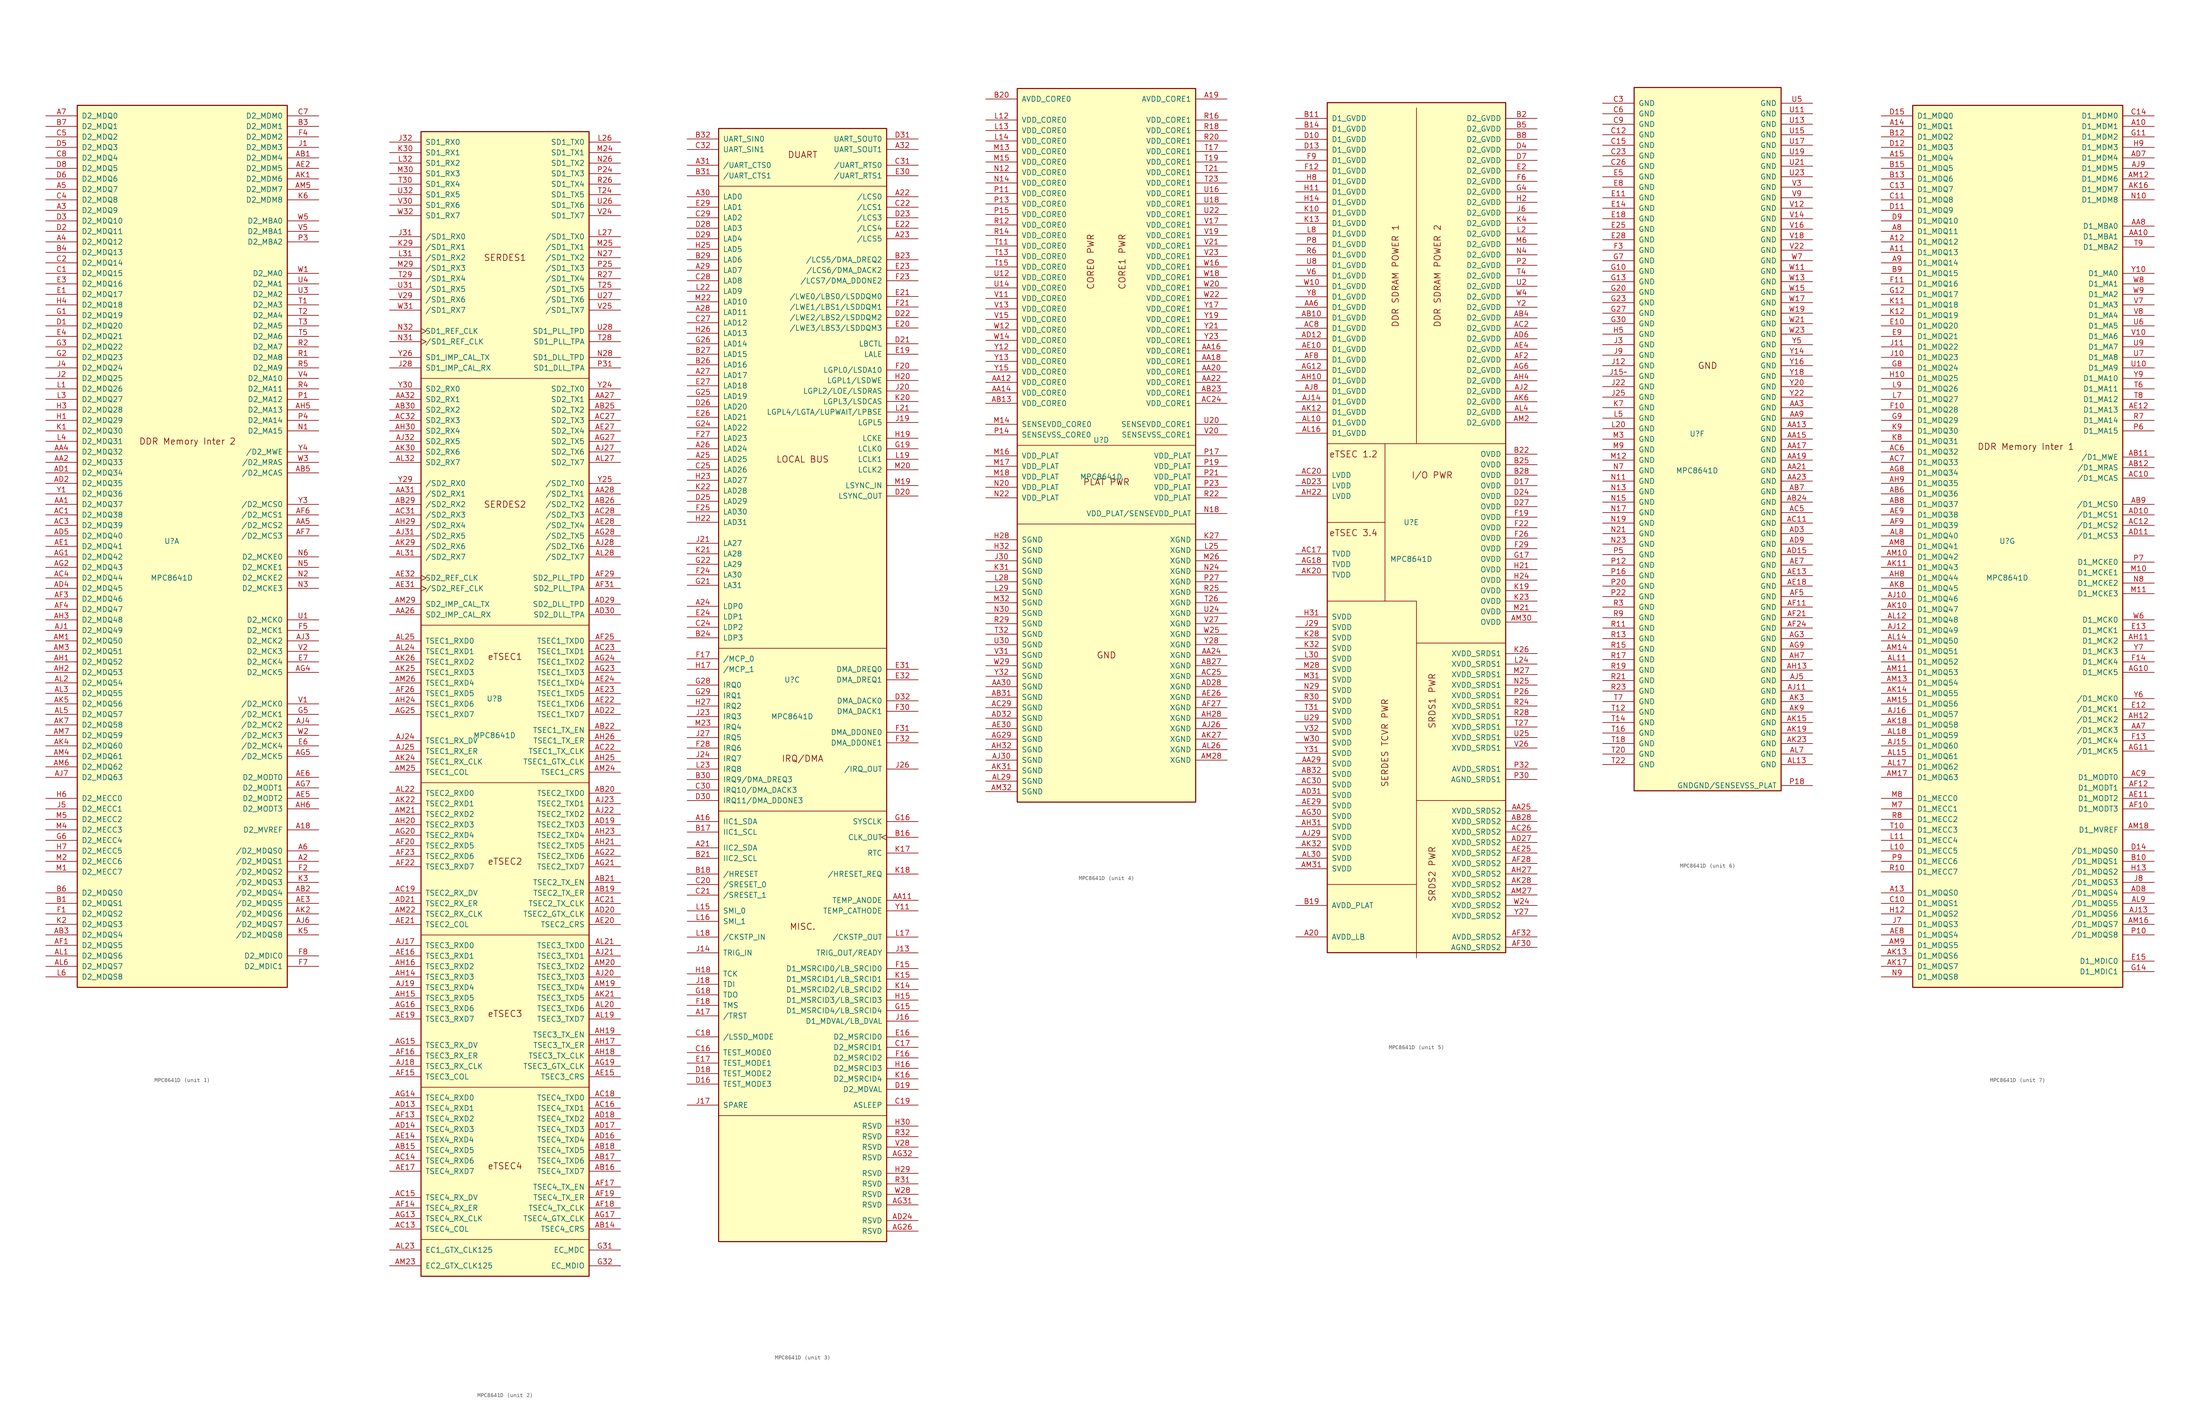
<source format=kicad_sym>
(kicad_symbol_lib
  (version 20211014)
  (generator kicad_symbol_editor)
  (symbol "MPC8641D"
    (pin_names
      (offset 1.016))
    (property "Reference" "U"
      (at -2.54 1.27 0)
      (effects (font (size 1.27 1.27))))
    (property "Value" "MPC8641D"
      (at -2.54 -7.62 0)
      (effects (font (size 1.27 1.27))))
    (property "ki_locked" ""
      (at 0 0 0)
      (effects (font (size 1.27 1.27))))
    (symbol "MPC8641D_1_1"
      (rectangle (start -25.4 106.68) (end 25.4 -106.68) (stroke (width 0.254) (type default) (color 0 0 0 0)) (fill (type background)))
      (text "DDR Memory Inter 2" (at 1.27 25.4 0) (effects (font (size 1.524 1.524))))
      (pin output line (at 33.02 -68.58 180) (length 7.62) (name "D2_MVREF" (effects (font (size 1.27 1.27)))) (number "A18" (effects (font (size 1.27 1.27)))))
      (pin bidirectional line (at 33.02 -76.2 180) (length 7.62) (name "/D2_MDQS1" (effects (font (size 1.27 1.27)))) (number "A2" (effects (font (size 1.27 1.27)))))
      (pin bidirectional line (at -33.02 81.28 0) (length 7.62) (name "D2_MDQ9" (effects (font (size 1.27 1.27)))) (number "A3" (effects (font (size 1.27 1.27)))))
      (pin bidirectional line (at -33.02 73.66 0) (length 7.62) (name "D2_MDQ12" (effects (font (size 1.27 1.27)))) (number "A4" (effects (font (size 1.27 1.27)))))
      (pin bidirectional line (at -33.02 86.36 0) (length 7.62) (name "D2_MDQ7" (effects (font (size 1.27 1.27)))) (number "A5" (effects (font (size 1.27 1.27)))))
      (pin bidirectional line (at 33.02 -73.66 180) (length 7.62) (name "/D2_MDQS0" (effects (font (size 1.27 1.27)))) (number "A6" (effects (font (size 1.27 1.27)))))
      (pin bidirectional line (at -33.02 104.14 0) (length 7.62) (name "D2_MDQ0" (effects (font (size 1.27 1.27)))) (number "A7" (effects (font (size 1.27 1.27)))))
      (pin bidirectional line (at -33.02 10.16 0) (length 7.62) (name "D2_MDQ37" (effects (font (size 1.27 1.27)))) (number "AA1" (effects (font (size 1.27 1.27)))))
      (pin bidirectional line (at -33.02 20.32 0) (length 7.62) (name "D2_MDQ33" (effects (font (size 1.27 1.27)))) (number "AA2" (effects (font (size 1.27 1.27)))))
      (pin bidirectional line (at -33.02 22.86 0) (length 7.62) (name "D2_MDQ32" (effects (font (size 1.27 1.27)))) (number "AA4" (effects (font (size 1.27 1.27)))))
      (pin output line (at 33.02 5.08 180) (length 7.62) (name "/D2_MCS2" (effects (font (size 1.27 1.27)))) (number "AA5" (effects (font (size 1.27 1.27)))))
      (pin output line (at 33.02 93.98 180) (length 7.62) (name "D2_MDM4" (effects (font (size 1.27 1.27)))) (number "AB1" (effects (font (size 1.27 1.27)))))
      (pin bidirectional line (at 33.02 -83.82 180) (length 7.62) (name "/D2_MDQS4" (effects (font (size 1.27 1.27)))) (number "AB2" (effects (font (size 1.27 1.27)))))
      (pin bidirectional line (at -33.02 -93.98 0) (length 7.62) (name "D2_MDQS4" (effects (font (size 1.27 1.27)))) (number "AB3" (effects (font (size 1.27 1.27)))))
      (pin output line (at 33.02 17.78 180) (length 7.62) (name "/D2_MCAS" (effects (font (size 1.27 1.27)))) (number "AB5" (effects (font (size 1.27 1.27)))))
      (pin bidirectional line (at -33.02 7.62 0) (length 7.62) (name "D2_MDQ38" (effects (font (size 1.27 1.27)))) (number "AC1" (effects (font (size 1.27 1.27)))))
      (pin bidirectional line (at -33.02 5.08 0) (length 7.62) (name "D2_MDQ39" (effects (font (size 1.27 1.27)))) (number "AC3" (effects (font (size 1.27 1.27)))))
      (pin bidirectional line (at -33.02 -7.62 0) (length 7.62) (name "D2_MDQ44" (effects (font (size 1.27 1.27)))) (number "AC4" (effects (font (size 1.27 1.27)))))
      (pin bidirectional line (at -33.02 17.78 0) (length 7.62) (name "D2_MDQ34" (effects (font (size 1.27 1.27)))) (number "AD1" (effects (font (size 1.27 1.27)))))
      (pin bidirectional line (at -33.02 15.24 0) (length 7.62) (name "D2_MDQ35" (effects (font (size 1.27 1.27)))) (number "AD2" (effects (font (size 1.27 1.27)))))
      (pin bidirectional line (at -33.02 -10.16 0) (length 7.62) (name "D2_MDQ45" (effects (font (size 1.27 1.27)))) (number "AD4" (effects (font (size 1.27 1.27)))))
      (pin bidirectional line (at -33.02 2.54 0) (length 7.62) (name "D2_MDQ40" (effects (font (size 1.27 1.27)))) (number "AD5" (effects (font (size 1.27 1.27)))))
      (pin bidirectional line (at -33.02 0 0) (length 7.62) (name "D2_MDQ41" (effects (font (size 1.27 1.27)))) (number "AE1" (effects (font (size 1.27 1.27)))))
      (pin output line (at 33.02 91.44 180) (length 7.62) (name "D2_MDM5" (effects (font (size 1.27 1.27)))) (number "AE2" (effects (font (size 1.27 1.27)))))
      (pin bidirectional line (at 33.02 -86.36 180) (length 7.62) (name "/D2_MDQS5" (effects (font (size 1.27 1.27)))) (number "AE3" (effects (font (size 1.27 1.27)))))
      (pin output line (at 33.02 -60.96 180) (length 7.62) (name "D2_MODT2" (effects (font (size 1.27 1.27)))) (number "AE5" (effects (font (size 1.27 1.27)))))
      (pin output line (at 33.02 -55.88 180) (length 7.62) (name "D2_MODT0" (effects (font (size 1.27 1.27)))) (number "AE6" (effects (font (size 1.27 1.27)))))
      (pin bidirectional line (at -33.02 -96.52 0) (length 7.62) (name "D2_MDQS5" (effects (font (size 1.27 1.27)))) (number "AF1" (effects (font (size 1.27 1.27)))))
      (pin bidirectional line (at -33.02 -12.7 0) (length 7.62) (name "D2_MDQ46" (effects (font (size 1.27 1.27)))) (number "AF3" (effects (font (size 1.27 1.27)))))
      (pin bidirectional line (at -33.02 -15.24 0) (length 7.62) (name "D2_MDQ47" (effects (font (size 1.27 1.27)))) (number "AF4" (effects (font (size 1.27 1.27)))))
      (pin output line (at 33.02 7.62 180) (length 7.62) (name "/D2_MCS1" (effects (font (size 1.27 1.27)))) (number "AF6" (effects (font (size 1.27 1.27)))))
      (pin output line (at 33.02 2.54 180) (length 7.62) (name "/D2_MCS3" (effects (font (size 1.27 1.27)))) (number "AF7" (effects (font (size 1.27 1.27)))))
      (pin bidirectional line (at -33.02 -2.54 0) (length 7.62) (name "D2_MDQ42" (effects (font (size 1.27 1.27)))) (number "AG1" (effects (font (size 1.27 1.27)))))
      (pin bidirectional line (at -33.02 -5.08 0) (length 7.62) (name "D2_MDQ43" (effects (font (size 1.27 1.27)))) (number "AG2" (effects (font (size 1.27 1.27)))))
      (pin output line (at 33.02 -30.48 180) (length 7.62) (name "D2_MCK5" (effects (font (size 1.27 1.27)))) (number "AG4" (effects (font (size 1.27 1.27)))))
      (pin output line (at 33.02 -50.8 180) (length 7.62) (name "/D2_MCK5" (effects (font (size 1.27 1.27)))) (number "AG5" (effects (font (size 1.27 1.27)))))
      (pin output line (at 33.02 -58.42 180) (length 7.62) (name "D2_MODT1" (effects (font (size 1.27 1.27)))) (number "AG7" (effects (font (size 1.27 1.27)))))
      (pin bidirectional line (at -33.02 -27.94 0) (length 7.62) (name "D2_MDQ52" (effects (font (size 1.27 1.27)))) (number "AH1" (effects (font (size 1.27 1.27)))))
      (pin bidirectional line (at -33.02 -30.48 0) (length 7.62) (name "D2_MDQ53" (effects (font (size 1.27 1.27)))) (number "AH2" (effects (font (size 1.27 1.27)))))
      (pin bidirectional line (at -33.02 -17.78 0) (length 7.62) (name "D2_MDQ48" (effects (font (size 1.27 1.27)))) (number "AH3" (effects (font (size 1.27 1.27)))))
      (pin output line (at 33.02 33.02 180) (length 7.62) (name "D2_MA13" (effects (font (size 1.27 1.27)))) (number "AH5" (effects (font (size 1.27 1.27)))))
      (pin output line (at 33.02 -63.5 180) (length 7.62) (name "D2_MODT3" (effects (font (size 1.27 1.27)))) (number "AH6" (effects (font (size 1.27 1.27)))))
      (pin bidirectional line (at -33.02 -20.32 0) (length 7.62) (name "D2_MDQ49" (effects (font (size 1.27 1.27)))) (number "AJ1" (effects (font (size 1.27 1.27)))))
      (pin output line (at 33.02 -22.86 180) (length 7.62) (name "D2_MCK2" (effects (font (size 1.27 1.27)))) (number "AJ3" (effects (font (size 1.27 1.27)))))
      (pin output line (at 33.02 -43.18 180) (length 7.62) (name "/D2_MCK2" (effects (font (size 1.27 1.27)))) (number "AJ4" (effects (font (size 1.27 1.27)))))
      (pin bidirectional line (at 33.02 -91.44 180) (length 7.62) (name "/D2_MDQS7" (effects (font (size 1.27 1.27)))) (number "AJ6" (effects (font (size 1.27 1.27)))))
      (pin bidirectional line (at -33.02 -55.88 0) (length 7.62) (name "D2_MDQ63" (effects (font (size 1.27 1.27)))) (number "AJ7" (effects (font (size 1.27 1.27)))))
      (pin output line (at 33.02 88.9 180) (length 7.62) (name "D2_MDM6" (effects (font (size 1.27 1.27)))) (number "AK1" (effects (font (size 1.27 1.27)))))
      (pin bidirectional line (at 33.02 -88.9 180) (length 7.62) (name "/D2_MDQS6" (effects (font (size 1.27 1.27)))) (number "AK2" (effects (font (size 1.27 1.27)))))
      (pin bidirectional line (at -33.02 -48.26 0) (length 7.62) (name "D2_MDQ60" (effects (font (size 1.27 1.27)))) (number "AK4" (effects (font (size 1.27 1.27)))))
      (pin bidirectional line (at -33.02 -38.1 0) (length 7.62) (name "D2_MDQ56" (effects (font (size 1.27 1.27)))) (number "AK5" (effects (font (size 1.27 1.27)))))
      (pin bidirectional line (at -33.02 -43.18 0) (length 7.62) (name "D2_MDQ58" (effects (font (size 1.27 1.27)))) (number "AK7" (effects (font (size 1.27 1.27)))))
      (pin bidirectional line (at -33.02 -99.06 0) (length 7.62) (name "D2_MDQS6" (effects (font (size 1.27 1.27)))) (number "AL1" (effects (font (size 1.27 1.27)))))
      (pin bidirectional line (at -33.02 -33.02 0) (length 7.62) (name "D2_MDQ54" (effects (font (size 1.27 1.27)))) (number "AL2" (effects (font (size 1.27 1.27)))))
      (pin bidirectional line (at -33.02 -35.56 0) (length 7.62) (name "D2_MDQ55" (effects (font (size 1.27 1.27)))) (number "AL3" (effects (font (size 1.27 1.27)))))
      (pin bidirectional line (at -33.02 -40.64 0) (length 7.62) (name "D2_MDQ57" (effects (font (size 1.27 1.27)))) (number "AL5" (effects (font (size 1.27 1.27)))))
      (pin bidirectional line (at -33.02 -101.6 0) (length 7.62) (name "D2_MDQS7" (effects (font (size 1.27 1.27)))) (number "AL6" (effects (font (size 1.27 1.27)))))
      (pin bidirectional line (at -33.02 -22.86 0) (length 7.62) (name "D2_MDQ50" (effects (font (size 1.27 1.27)))) (number "AM1" (effects (font (size 1.27 1.27)))))
      (pin bidirectional line (at -33.02 -25.4 0) (length 7.62) (name "D2_MDQ51" (effects (font (size 1.27 1.27)))) (number "AM3" (effects (font (size 1.27 1.27)))))
      (pin bidirectional line (at -33.02 -50.8 0) (length 7.62) (name "D2_MDQ61" (effects (font (size 1.27 1.27)))) (number "AM4" (effects (font (size 1.27 1.27)))))
      (pin output line (at 33.02 86.36 180) (length 7.62) (name "D2_MDM7" (effects (font (size 1.27 1.27)))) (number "AM5" (effects (font (size 1.27 1.27)))))
      (pin bidirectional line (at -33.02 -53.34 0) (length 7.62) (name "D2_MDQ62" (effects (font (size 1.27 1.27)))) (number "AM6" (effects (font (size 1.27 1.27)))))
      (pin bidirectional line (at -33.02 -45.72 0) (length 7.62) (name "D2_MDQ59" (effects (font (size 1.27 1.27)))) (number "AM7" (effects (font (size 1.27 1.27)))))
      (pin bidirectional line (at -33.02 -86.36 0) (length 7.62) (name "D2_MDQS1" (effects (font (size 1.27 1.27)))) (number "B1" (effects (font (size 1.27 1.27)))))
      (pin output line (at 33.02 101.6 180) (length 7.62) (name "D2_MDM1" (effects (font (size 1.27 1.27)))) (number "B3" (effects (font (size 1.27 1.27)))))
      (pin bidirectional line (at -33.02 71.12 0) (length 7.62) (name "D2_MDQ13" (effects (font (size 1.27 1.27)))) (number "B4" (effects (font (size 1.27 1.27)))))
      (pin bidirectional line (at -33.02 -83.82 0) (length 7.62) (name "D2_MDQS0" (effects (font (size 1.27 1.27)))) (number "B6" (effects (font (size 1.27 1.27)))))
      (pin bidirectional line (at -33.02 101.6 0) (length 7.62) (name "D2_MDQ1" (effects (font (size 1.27 1.27)))) (number "B7" (effects (font (size 1.27 1.27)))))
      (pin bidirectional line (at -33.02 66.04 0) (length 7.62) (name "D2_MDQ15" (effects (font (size 1.27 1.27)))) (number "C1" (effects (font (size 1.27 1.27)))))
      (pin bidirectional line (at -33.02 68.58 0) (length 7.62) (name "D2_MDQ14" (effects (font (size 1.27 1.27)))) (number "C2" (effects (font (size 1.27 1.27)))))
      (pin bidirectional line (at -33.02 83.82 0) (length 7.62) (name "D2_MDQ8" (effects (font (size 1.27 1.27)))) (number "C4" (effects (font (size 1.27 1.27)))))
      (pin bidirectional line (at -33.02 99.06 0) (length 7.62) (name "D2_MDQ2" (effects (font (size 1.27 1.27)))) (number "C5" (effects (font (size 1.27 1.27)))))
      (pin output line (at 33.02 104.14 180) (length 7.62) (name "D2_MDM0" (effects (font (size 1.27 1.27)))) (number "C7" (effects (font (size 1.27 1.27)))))
      (pin bidirectional line (at -33.02 93.98 0) (length 7.62) (name "D2_MDQ4" (effects (font (size 1.27 1.27)))) (number "C8" (effects (font (size 1.27 1.27)))))
      (pin bidirectional line (at -33.02 53.34 0) (length 7.62) (name "D2_MDQ20" (effects (font (size 1.27 1.27)))) (number "D1" (effects (font (size 1.27 1.27)))))
      (pin bidirectional line (at -33.02 76.2 0) (length 7.62) (name "D2_MDQ11" (effects (font (size 1.27 1.27)))) (number "D2" (effects (font (size 1.27 1.27)))))
      (pin bidirectional line (at -33.02 78.74 0) (length 7.62) (name "D2_MDQ10" (effects (font (size 1.27 1.27)))) (number "D3" (effects (font (size 1.27 1.27)))))
      (pin bidirectional line (at -33.02 96.52 0) (length 7.62) (name "D2_MDQ3" (effects (font (size 1.27 1.27)))) (number "D5" (effects (font (size 1.27 1.27)))))
      (pin bidirectional line (at -33.02 88.9 0) (length 7.62) (name "D2_MDQ6" (effects (font (size 1.27 1.27)))) (number "D6" (effects (font (size 1.27 1.27)))))
      (pin bidirectional line (at -33.02 91.44 0) (length 7.62) (name "D2_MDQ5" (effects (font (size 1.27 1.27)))) (number "D8" (effects (font (size 1.27 1.27)))))
      (pin bidirectional line (at -33.02 60.96 0) (length 7.62) (name "D2_MDQ17" (effects (font (size 1.27 1.27)))) (number "E1" (effects (font (size 1.27 1.27)))))
      (pin bidirectional line (at -33.02 63.5 0) (length 7.62) (name "D2_MDQ16" (effects (font (size 1.27 1.27)))) (number "E3" (effects (font (size 1.27 1.27)))))
      (pin bidirectional line (at -33.02 50.8 0) (length 7.62) (name "D2_MDQ21" (effects (font (size 1.27 1.27)))) (number "E4" (effects (font (size 1.27 1.27)))))
      (pin output line (at 33.02 -48.26 180) (length 7.62) (name "/D2_MCK4" (effects (font (size 1.27 1.27)))) (number "E6" (effects (font (size 1.27 1.27)))))
      (pin output line (at 33.02 -27.94 180) (length 7.62) (name "D2_MCK4" (effects (font (size 1.27 1.27)))) (number "E7" (effects (font (size 1.27 1.27)))))
      (pin bidirectional line (at -33.02 -88.9 0) (length 7.62) (name "D2_MDQS2" (effects (font (size 1.27 1.27)))) (number "F1" (effects (font (size 1.27 1.27)))))
      (pin bidirectional line (at 33.02 -78.74 180) (length 7.62) (name "/D2_MDQS2" (effects (font (size 1.27 1.27)))) (number "F2" (effects (font (size 1.27 1.27)))))
      (pin output line (at 33.02 99.06 180) (length 7.62) (name "D2_MDM2" (effects (font (size 1.27 1.27)))) (number "F4" (effects (font (size 1.27 1.27)))))
      (pin output line (at 33.02 -20.32 180) (length 7.62) (name "D2_MCK1" (effects (font (size 1.27 1.27)))) (number "F5" (effects (font (size 1.27 1.27)))))
      (pin bidirectional line (at 33.02 -101.6 180) (length 7.62) (name "D2_MDIC1" (effects (font (size 1.27 1.27)))) (number "F7" (effects (font (size 1.27 1.27)))))
      (pin bidirectional line (at 33.02 -99.06 180) (length 7.62) (name "D2_MDIC0" (effects (font (size 1.27 1.27)))) (number "F8" (effects (font (size 1.27 1.27)))))
      (pin bidirectional line (at -33.02 55.88 0) (length 7.62) (name "D2_MDQ19" (effects (font (size 1.27 1.27)))) (number "G1" (effects (font (size 1.27 1.27)))))
      (pin bidirectional line (at -33.02 45.72 0) (length 7.62) (name "D2_MDQ23" (effects (font (size 1.27 1.27)))) (number "G2" (effects (font (size 1.27 1.27)))))
      (pin bidirectional line (at -33.02 48.26 0) (length 7.62) (name "D2_MDQ22" (effects (font (size 1.27 1.27)))) (number "G3" (effects (font (size 1.27 1.27)))))
      (pin output line (at 33.02 -40.64 180) (length 7.62) (name "/D2_MCK1" (effects (font (size 1.27 1.27)))) (number "G5" (effects (font (size 1.27 1.27)))))
      (pin bidirectional line (at -33.02 -71.12 0) (length 7.62) (name "D2_MECC4" (effects (font (size 1.27 1.27)))) (number "G6" (effects (font (size 1.27 1.27)))))
      (pin bidirectional line (at -33.02 30.48 0) (length 7.62) (name "D2_MDQ29" (effects (font (size 1.27 1.27)))) (number "H1" (effects (font (size 1.27 1.27)))))
      (pin bidirectional line (at -33.02 33.02 0) (length 7.62) (name "D2_MDQ28" (effects (font (size 1.27 1.27)))) (number "H3" (effects (font (size 1.27 1.27)))))
      (pin bidirectional line (at -33.02 58.42 0) (length 7.62) (name "D2_MDQ18" (effects (font (size 1.27 1.27)))) (number "H4" (effects (font (size 1.27 1.27)))))
      (pin bidirectional line (at -33.02 -60.96 0) (length 7.62) (name "D2_MECC0" (effects (font (size 1.27 1.27)))) (number "H6" (effects (font (size 1.27 1.27)))))
      (pin bidirectional line (at -33.02 -73.66 0) (length 7.62) (name "D2_MECC5" (effects (font (size 1.27 1.27)))) (number "H7" (effects (font (size 1.27 1.27)))))
      (pin output line (at 33.02 96.52 180) (length 7.62) (name "D2_MDM3" (effects (font (size 1.27 1.27)))) (number "J1" (effects (font (size 1.27 1.27)))))
      (pin bidirectional line (at -33.02 40.64 0) (length 7.62) (name "D2_MDQ25" (effects (font (size 1.27 1.27)))) (number "J2" (effects (font (size 1.27 1.27)))))
      (pin bidirectional line (at -33.02 43.18 0) (length 7.62) (name "D2_MDQ24" (effects (font (size 1.27 1.27)))) (number "J4" (effects (font (size 1.27 1.27)))))
      (pin bidirectional line (at -33.02 -63.5 0) (length 7.62) (name "D2_MECC1" (effects (font (size 1.27 1.27)))) (number "J5" (effects (font (size 1.27 1.27)))))
      (pin bidirectional line (at -33.02 27.94 0) (length 7.62) (name "D2_MDQ30" (effects (font (size 1.27 1.27)))) (number "K1" (effects (font (size 1.27 1.27)))))
      (pin bidirectional line (at -33.02 -91.44 0) (length 7.62) (name "D2_MDQS3" (effects (font (size 1.27 1.27)))) (number "K2" (effects (font (size 1.27 1.27)))))
      (pin bidirectional line (at 33.02 -81.28 180) (length 7.62) (name "/D2_MDQS3" (effects (font (size 1.27 1.27)))) (number "K3" (effects (font (size 1.27 1.27)))))
      (pin bidirectional line (at 33.02 -93.98 180) (length 7.62) (name "/D2_MDQS8" (effects (font (size 1.27 1.27)))) (number "K5" (effects (font (size 1.27 1.27)))))
      (pin output line (at 33.02 83.82 180) (length 7.62) (name "D2_MDM8" (effects (font (size 1.27 1.27)))) (number "K6" (effects (font (size 1.27 1.27)))))
      (pin bidirectional line (at -33.02 38.1 0) (length 7.62) (name "D2_MDQ26" (effects (font (size 1.27 1.27)))) (number "L1" (effects (font (size 1.27 1.27)))))
      (pin bidirectional line (at -33.02 35.56 0) (length 7.62) (name "D2_MDQ27" (effects (font (size 1.27 1.27)))) (number "L3" (effects (font (size 1.27 1.27)))))
      (pin bidirectional line (at -33.02 25.4 0) (length 7.62) (name "D2_MDQ31" (effects (font (size 1.27 1.27)))) (number "L4" (effects (font (size 1.27 1.27)))))
      (pin bidirectional line (at -33.02 -104.14 0) (length 7.62) (name "D2_MDQS8" (effects (font (size 1.27 1.27)))) (number "L6" (effects (font (size 1.27 1.27)))))
      (pin bidirectional line (at -33.02 -78.74 0) (length 7.62) (name "D2_MECC7" (effects (font (size 1.27 1.27)))) (number "M1" (effects (font (size 1.27 1.27)))))
      (pin bidirectional line (at -33.02 -76.2 0) (length 7.62) (name "D2_MECC6" (effects (font (size 1.27 1.27)))) (number "M2" (effects (font (size 1.27 1.27)))))
      (pin bidirectional line (at -33.02 -68.58 0) (length 7.62) (name "D2_MECC3" (effects (font (size 1.27 1.27)))) (number "M4" (effects (font (size 1.27 1.27)))))
      (pin bidirectional line (at -33.02 -66.04 0) (length 7.62) (name "D2_MECC2" (effects (font (size 1.27 1.27)))) (number "M5" (effects (font (size 1.27 1.27)))))
      (pin output line (at 33.02 27.94 180) (length 7.62) (name "D2_MA15" (effects (font (size 1.27 1.27)))) (number "N1" (effects (font (size 1.27 1.27)))))
      (pin output line (at 33.02 -7.62 180) (length 7.62) (name "D2_MCKE2" (effects (font (size 1.27 1.27)))) (number "N2" (effects (font (size 1.27 1.27)))))
      (pin output line (at 33.02 -10.16 180) (length 7.62) (name "D2_MCKE3" (effects (font (size 1.27 1.27)))) (number "N3" (effects (font (size 1.27 1.27)))))
      (pin output line (at 33.02 -5.08 180) (length 7.62) (name "D2_MCKE1" (effects (font (size 1.27 1.27)))) (number "N5" (effects (font (size 1.27 1.27)))))
      (pin output line (at 33.02 -2.54 180) (length 7.62) (name "D2_MCKE0" (effects (font (size 1.27 1.27)))) (number "N6" (effects (font (size 1.27 1.27)))))
      (pin output line (at 33.02 35.56 180) (length 7.62) (name "D2_MA12" (effects (font (size 1.27 1.27)))) (number "P1" (effects (font (size 1.27 1.27)))))
      (pin output line (at 33.02 73.66 180) (length 7.62) (name "D2_MBA2" (effects (font (size 1.27 1.27)))) (number "P3" (effects (font (size 1.27 1.27)))))
      (pin output line (at 33.02 30.48 180) (length 7.62) (name "D2_MA14" (effects (font (size 1.27 1.27)))) (number "P4" (effects (font (size 1.27 1.27)))))
      (pin output line (at 33.02 45.72 180) (length 7.62) (name "D2_MA8" (effects (font (size 1.27 1.27)))) (number "R1" (effects (font (size 1.27 1.27)))))
      (pin output line (at 33.02 48.26 180) (length 7.62) (name "D2_MA7" (effects (font (size 1.27 1.27)))) (number "R2" (effects (font (size 1.27 1.27)))))
      (pin output line (at 33.02 38.1 180) (length 7.62) (name "D2_MA11" (effects (font (size 1.27 1.27)))) (number "R4" (effects (font (size 1.27 1.27)))))
      (pin output line (at 33.02 43.18 180) (length 7.62) (name "D2_MA9" (effects (font (size 1.27 1.27)))) (number "R5" (effects (font (size 1.27 1.27)))))
      (pin output line (at 33.02 58.42 180) (length 7.62) (name "D2_MA3" (effects (font (size 1.27 1.27)))) (number "T1" (effects (font (size 1.27 1.27)))))
      (pin output line (at 33.02 55.88 180) (length 7.62) (name "D2_MA4" (effects (font (size 1.27 1.27)))) (number "T2" (effects (font (size 1.27 1.27)))))
      (pin output line (at 33.02 53.34 180) (length 7.62) (name "D2_MA5" (effects (font (size 1.27 1.27)))) (number "T3" (effects (font (size 1.27 1.27)))))
      (pin output line (at 33.02 50.8 180) (length 7.62) (name "D2_MA6" (effects (font (size 1.27 1.27)))) (number "T5" (effects (font (size 1.27 1.27)))))
      (pin output line (at 33.02 -17.78 180) (length 7.62) (name "D2_MCK0" (effects (font (size 1.27 1.27)))) (number "U1" (effects (font (size 1.27 1.27)))))
      (pin output line (at 33.02 60.96 180) (length 7.62) (name "D2_MA2" (effects (font (size 1.27 1.27)))) (number "U3" (effects (font (size 1.27 1.27)))))
      (pin output line (at 33.02 63.5 180) (length 7.62) (name "D2_MA1" (effects (font (size 1.27 1.27)))) (number "U4" (effects (font (size 1.27 1.27)))))
      (pin output line (at 33.02 -38.1 180) (length 7.62) (name "/D2_MCK0" (effects (font (size 1.27 1.27)))) (number "V1" (effects (font (size 1.27 1.27)))))
      (pin output line (at 33.02 -25.4 180) (length 7.62) (name "D2_MCK3" (effects (font (size 1.27 1.27)))) (number "V2" (effects (font (size 1.27 1.27)))))
      (pin output line (at 33.02 40.64 180) (length 7.62) (name "D2_MA10" (effects (font (size 1.27 1.27)))) (number "V4" (effects (font (size 1.27 1.27)))))
      (pin output line (at 33.02 76.2 180) (length 7.62) (name "D2_MBA1" (effects (font (size 1.27 1.27)))) (number "V5" (effects (font (size 1.27 1.27)))))
      (pin output line (at 33.02 66.04 180) (length 7.62) (name "D2_MA0" (effects (font (size 1.27 1.27)))) (number "W1" (effects (font (size 1.27 1.27)))))
      (pin output line (at 33.02 -45.72 180) (length 7.62) (name "/D2_MCK3" (effects (font (size 1.27 1.27)))) (number "W2" (effects (font (size 1.27 1.27)))))
      (pin output line (at 33.02 20.32 180) (length 7.62) (name "/D2_MRAS" (effects (font (size 1.27 1.27)))) (number "W3" (effects (font (size 1.27 1.27)))))
      (pin output line (at 33.02 78.74 180) (length 7.62) (name "D2_MBA0" (effects (font (size 1.27 1.27)))) (number "W5" (effects (font (size 1.27 1.27)))))
      (pin bidirectional line (at -33.02 12.7 0) (length 7.62) (name "D2_MDQ36" (effects (font (size 1.27 1.27)))) (number "Y1" (effects (font (size 1.27 1.27)))))
      (pin output line (at 33.02 10.16 180) (length 7.62) (name "/D2_MCS0" (effects (font (size 1.27 1.27)))) (number "Y3" (effects (font (size 1.27 1.27)))))
      (pin output line (at 33.02 22.86 180) (length 7.62) (name "/D2_MWE" (effects (font (size 1.27 1.27)))) (number "Y4" (effects (font (size 1.27 1.27))))))
    (symbol "MPC8641D_2_1"
      (rectangle (start -20.32 138.43) (end 20.32 -138.43) (stroke (width 0.254) (type default) (color 0 0 0 0)) (fill (type background)))
      (polyline (pts (xy -20.32 -129.54) (xy 20.32 -129.54) (xy 20.32 -129.54)) (stroke (width 0) (type default) (color 0 0 0 0)) (fill (type none)))
      (polyline (pts (xy -20.32 -92.71) (xy 20.32 -92.71) (xy 20.32 -92.71)) (stroke (width 0) (type default) (color 0 0 0 0)) (fill (type none)))
      (polyline (pts (xy -20.32 -55.88) (xy 20.32 -55.88) (xy 20.32 -55.88)) (stroke (width 0) (type default) (color 0 0 0 0)) (fill (type none)))
      (polyline (pts (xy -20.32 -19.05) (xy 20.32 -19.05) (xy 20.32 -19.05)) (stroke (width 0) (type default) (color 0 0 0 0)) (fill (type none)))
      (polyline (pts (xy -20.32 19.05) (xy 20.32 19.05) (xy 20.32 19.05)) (stroke (width 0) (type default) (color 0 0 0 0)) (fill (type none)))
      (polyline (pts (xy -20.32 78.74) (xy 20.32 78.74) (xy 20.32 78.74)) (stroke (width 0) (type default) (color 0 0 0 0)) (fill (type none)))
      (text "eTSEC1" (at 0 11.43 0) (effects (font (size 1.524 1.524))))
      (text "eTSEC2" (at 0 -38.1 0) (effects (font (size 1.524 1.524))))
      (text "eTSEC3" (at 0 -74.93 0) (effects (font (size 1.524 1.524))))
      (text "eTSEC4" (at 0 -111.76 0) (effects (font (size 1.524 1.524))))
      (text "SERDES1" (at 0 107.95 0) (effects (font (size 1.524 1.524))))
      (text "SERDES2" (at 0 48.26 0) (effects (font (size 1.524 1.524))))
      (pin input line (at -27.94 21.59 0) (length 7.62) (name "SD2_IMP_CAL_RX" (effects (font (size 1.27 1.27)))) (number "AA26" (effects (font (size 1.27 1.27)))))
      (pin output line (at 27.94 73.66 180) (length 7.62) (name "SD2_TX1" (effects (font (size 1.27 1.27)))) (number "AA27" (effects (font (size 1.27 1.27)))))
      (pin output line (at 27.94 50.8 180) (length 7.62) (name "/SD2_TX1" (effects (font (size 1.27 1.27)))) (number "AA28" (effects (font (size 1.27 1.27)))))
      (pin input line (at -27.94 50.8 0) (length 7.62) (name "/SD2_RX1" (effects (font (size 1.27 1.27)))) (number "AA31" (effects (font (size 1.27 1.27)))))
      (pin input line (at -27.94 73.66 0) (length 7.62) (name "SD2_RX1" (effects (font (size 1.27 1.27)))) (number "AA32" (effects (font (size 1.27 1.27)))))
      (pin bidirectional line (at 27.94 -127 180) (length 7.62) (name "TSEC4_CRS" (effects (font (size 1.27 1.27)))) (number "AB14" (effects (font (size 1.27 1.27)))))
      (pin input line (at -27.94 -107.95 0) (length 7.62) (name "TSEC4_RXD5" (effects (font (size 1.27 1.27)))) (number "AB15" (effects (font (size 1.27 1.27)))))
      (pin output line (at 27.94 -113.03 180) (length 7.62) (name "TSEC4_TXD7" (effects (font (size 1.27 1.27)))) (number "AB16" (effects (font (size 1.27 1.27)))))
      (pin output line (at 27.94 -110.49 180) (length 7.62) (name "TSEC4_TXD6" (effects (font (size 1.27 1.27)))) (number "AB17" (effects (font (size 1.27 1.27)))))
      (pin output line (at 27.94 -107.95 180) (length 7.62) (name "TSEC4_TXD5" (effects (font (size 1.27 1.27)))) (number "AB18" (effects (font (size 1.27 1.27)))))
      (pin output line (at 27.94 -45.72 180) (length 7.62) (name "TSEC2_TX_ER" (effects (font (size 1.27 1.27)))) (number "AB19" (effects (font (size 1.27 1.27)))))
      (pin output line (at 27.94 -21.59 180) (length 7.62) (name "TSEC2_TXD0" (effects (font (size 1.27 1.27)))) (number "AB20" (effects (font (size 1.27 1.27)))))
      (pin output line (at 27.94 -43.18 180) (length 7.62) (name "TSEC2_TX_EN" (effects (font (size 1.27 1.27)))) (number "AB21" (effects (font (size 1.27 1.27)))))
      (pin output line (at 27.94 -6.35 180) (length 7.62) (name "TSEC1_TX_EN" (effects (font (size 1.27 1.27)))) (number "AB22" (effects (font (size 1.27 1.27)))))
      (pin output line (at 27.94 71.12 180) (length 7.62) (name "SD2_TX2" (effects (font (size 1.27 1.27)))) (number "AB25" (effects (font (size 1.27 1.27)))))
      (pin output line (at 27.94 48.26 180) (length 7.62) (name "/SD2_TX2" (effects (font (size 1.27 1.27)))) (number "AB26" (effects (font (size 1.27 1.27)))))
      (pin input line (at -27.94 48.26 0) (length 7.62) (name "/SD2_RX2" (effects (font (size 1.27 1.27)))) (number "AB29" (effects (font (size 1.27 1.27)))))
      (pin input line (at -27.94 71.12 0) (length 7.62) (name "SD2_RX2" (effects (font (size 1.27 1.27)))) (number "AB30" (effects (font (size 1.27 1.27)))))
      (pin input line (at -27.94 -127 0) (length 7.62) (name "TSEC4_COL" (effects (font (size 1.27 1.27)))) (number "AC13" (effects (font (size 1.27 1.27)))))
      (pin input line (at -27.94 -110.49 0) (length 7.62) (name "TSEC4_RXD6" (effects (font (size 1.27 1.27)))) (number "AC14" (effects (font (size 1.27 1.27)))))
      (pin input line (at -27.94 -119.38 0) (length 7.62) (name "TSEC4_RX_DV" (effects (font (size 1.27 1.27)))) (number "AC15" (effects (font (size 1.27 1.27)))))
      (pin output line (at 27.94 -97.79 180) (length 7.62) (name "TSEC4_TXD1" (effects (font (size 1.27 1.27)))) (number "AC16" (effects (font (size 1.27 1.27)))))
      (pin output line (at 27.94 -95.25 180) (length 7.62) (name "TSEC4_TXD0" (effects (font (size 1.27 1.27)))) (number "AC18" (effects (font (size 1.27 1.27)))))
      (pin input line (at -27.94 -45.72 0) (length 7.62) (name "TSEC2_RX_DV" (effects (font (size 1.27 1.27)))) (number "AC19" (effects (font (size 1.27 1.27)))))
      (pin input line (at 27.94 -48.26 180) (length 7.62) (name "TSEC2_TX_CLK" (effects (font (size 1.27 1.27)))) (number "AC21" (effects (font (size 1.27 1.27)))))
      (pin input line (at 27.94 -11.43 180) (length 7.62) (name "TSEC1_TX_CLK" (effects (font (size 1.27 1.27)))) (number "AC22" (effects (font (size 1.27 1.27)))))
      (pin output line (at 27.94 12.7 180) (length 7.62) (name "TSEC1_TXD1" (effects (font (size 1.27 1.27)))) (number "AC23" (effects (font (size 1.27 1.27)))))
      (pin output line (at 27.94 68.58 180) (length 7.62) (name "SD2_TX3" (effects (font (size 1.27 1.27)))) (number "AC27" (effects (font (size 1.27 1.27)))))
      (pin output line (at 27.94 45.72 180) (length 7.62) (name "/SD2_TX3" (effects (font (size 1.27 1.27)))) (number "AC28" (effects (font (size 1.27 1.27)))))
      (pin input line (at -27.94 45.72 0) (length 7.62) (name "/SD2_RX3" (effects (font (size 1.27 1.27)))) (number "AC31" (effects (font (size 1.27 1.27)))))
      (pin input line (at -27.94 68.58 0) (length 7.62) (name "SD2_RX3" (effects (font (size 1.27 1.27)))) (number "AC32" (effects (font (size 1.27 1.27)))))
      (pin input line (at -27.94 -97.79 0) (length 7.62) (name "TSEC4_RXD1" (effects (font (size 1.27 1.27)))) (number "AD13" (effects (font (size 1.27 1.27)))))
      (pin input line (at -27.94 -102.87 0) (length 7.62) (name "TSEC4_RXD3" (effects (font (size 1.27 1.27)))) (number "AD14" (effects (font (size 1.27 1.27)))))
      (pin output line (at 27.94 -105.41 180) (length 7.62) (name "TSEC4_TXD4" (effects (font (size 1.27 1.27)))) (number "AD16" (effects (font (size 1.27 1.27)))))
      (pin output line (at 27.94 -102.87 180) (length 7.62) (name "TSEC4_TXD3" (effects (font (size 1.27 1.27)))) (number "AD17" (effects (font (size 1.27 1.27)))))
      (pin output line (at 27.94 -100.33 180) (length 7.62) (name "TSEC4_TXD2" (effects (font (size 1.27 1.27)))) (number "AD18" (effects (font (size 1.27 1.27)))))
      (pin output line (at 27.94 -29.21 180) (length 7.62) (name "TSEC2_TXD3" (effects (font (size 1.27 1.27)))) (number "AD19" (effects (font (size 1.27 1.27)))))
      (pin output line (at 27.94 -50.8 180) (length 7.62) (name "TSEC2_GTX_CLK" (effects (font (size 1.27 1.27)))) (number "AD20" (effects (font (size 1.27 1.27)))))
      (pin input line (at -27.94 -48.26 0) (length 7.62) (name "TSEC2_RX_ER" (effects (font (size 1.27 1.27)))) (number "AD21" (effects (font (size 1.27 1.27)))))
      (pin output line (at 27.94 -2.54 180) (length 7.62) (name "TSEC1_TXD7" (effects (font (size 1.27 1.27)))) (number "AD22" (effects (font (size 1.27 1.27)))))
      (pin output line (at 27.94 24.13 180) (length 7.62) (name "SD2_DLL_TPD" (effects (font (size 1.27 1.27)))) (number "AD29" (effects (font (size 1.27 1.27)))))
      (pin output line (at 27.94 21.59 180) (length 7.62) (name "SD2_DLL_TPA" (effects (font (size 1.27 1.27)))) (number "AD30" (effects (font (size 1.27 1.27)))))
      (pin input line (at -27.94 -105.41 0) (length 7.62) (name "TSEX4_RXD4" (effects (font (size 1.27 1.27)))) (number "AE14" (effects (font (size 1.27 1.27)))))
      (pin bidirectional line (at 27.94 -90.17 180) (length 7.62) (name "TSEC3_CRS" (effects (font (size 1.27 1.27)))) (number "AE15" (effects (font (size 1.27 1.27)))))
      (pin input line (at -27.94 -60.96 0) (length 7.62) (name "TSEC3_RXD1" (effects (font (size 1.27 1.27)))) (number "AE16" (effects (font (size 1.27 1.27)))))
      (pin input line (at -27.94 -113.03 0) (length 7.62) (name "TSEC4_RXD7" (effects (font (size 1.27 1.27)))) (number "AE17" (effects (font (size 1.27 1.27)))))
      (pin input line (at -27.94 -76.2 0) (length 7.62) (name "TSEC3_RXD7" (effects (font (size 1.27 1.27)))) (number "AE19" (effects (font (size 1.27 1.27)))))
      (pin bidirectional line (at 27.94 -53.34 180) (length 7.62) (name "TSEC2_CRS" (effects (font (size 1.27 1.27)))) (number "AE20" (effects (font (size 1.27 1.27)))))
      (pin input line (at -27.94 -53.34 0) (length 7.62) (name "TSEC2_COL" (effects (font (size 1.27 1.27)))) (number "AE21" (effects (font (size 1.27 1.27)))))
      (pin output line (at 27.94 0 180) (length 7.62) (name "TSEC1_TXD6" (effects (font (size 1.27 1.27)))) (number "AE22" (effects (font (size 1.27 1.27)))))
      (pin output line (at 27.94 2.54 180) (length 7.62) (name "TSEC1_TXD5" (effects (font (size 1.27 1.27)))) (number "AE23" (effects (font (size 1.27 1.27)))))
      (pin output line (at 27.94 5.08 180) (length 7.62) (name "TSEC1_TXD4" (effects (font (size 1.27 1.27)))) (number "AE24" (effects (font (size 1.27 1.27)))))
      (pin output line (at 27.94 66.04 180) (length 7.62) (name "SD2_TX4" (effects (font (size 1.27 1.27)))) (number "AE27" (effects (font (size 1.27 1.27)))))
      (pin output line (at 27.94 43.18 180) (length 7.62) (name "/SD2_TX4" (effects (font (size 1.27 1.27)))) (number "AE28" (effects (font (size 1.27 1.27)))))
      (pin input clock (at -27.94 27.94 0) (length 7.62) (name "/SD2_REF_CLK" (effects (font (size 1.27 1.27)))) (number "AE31" (effects (font (size 1.27 1.27)))))
      (pin input clock (at -27.94 30.48 0) (length 7.62) (name "SD2_REF_CLK" (effects (font (size 1.27 1.27)))) (number "AE32" (effects (font (size 1.27 1.27)))))
      (pin input line (at -27.94 -100.33 0) (length 7.62) (name "TSEC4_RXD2" (effects (font (size 1.27 1.27)))) (number "AF13" (effects (font (size 1.27 1.27)))))
      (pin input line (at -27.94 -121.92 0) (length 7.62) (name "TSEC4_RX_ER" (effects (font (size 1.27 1.27)))) (number "AF14" (effects (font (size 1.27 1.27)))))
      (pin input line (at -27.94 -90.17 0) (length 7.62) (name "TSEC3_COL" (effects (font (size 1.27 1.27)))) (number "AF15" (effects (font (size 1.27 1.27)))))
      (pin input line (at -27.94 -85.09 0) (length 7.62) (name "TSEC3_RX_ER" (effects (font (size 1.27 1.27)))) (number "AF16" (effects (font (size 1.27 1.27)))))
      (pin output line (at 27.94 -116.84 180) (length 7.62) (name "TSEC4_TX_EN" (effects (font (size 1.27 1.27)))) (number "AF17" (effects (font (size 1.27 1.27)))))
      (pin input line (at 27.94 -121.92 180) (length 7.62) (name "TSEC4_TX_CLK" (effects (font (size 1.27 1.27)))) (number "AF18" (effects (font (size 1.27 1.27)))))
      (pin output line (at 27.94 -119.38 180) (length 7.62) (name "TSEC4_TX_ER" (effects (font (size 1.27 1.27)))) (number "AF19" (effects (font (size 1.27 1.27)))))
      (pin input line (at -27.94 -34.29 0) (length 7.62) (name "TSEC2_RXD5" (effects (font (size 1.27 1.27)))) (number "AF20" (effects (font (size 1.27 1.27)))))
      (pin input line (at -27.94 -39.37 0) (length 7.62) (name "TSEC3_RXD7" (effects (font (size 1.27 1.27)))) (number "AF22" (effects (font (size 1.27 1.27)))))
      (pin input line (at -27.94 -36.83 0) (length 7.62) (name "TSEC2_RXD6" (effects (font (size 1.27 1.27)))) (number "AF23" (effects (font (size 1.27 1.27)))))
      (pin output line (at 27.94 15.24 180) (length 7.62) (name "TSEC1_TXD0" (effects (font (size 1.27 1.27)))) (number "AF25" (effects (font (size 1.27 1.27)))))
      (pin input line (at -27.94 2.54 0) (length 7.62) (name "TSEC1_RXD5" (effects (font (size 1.27 1.27)))) (number "AF26" (effects (font (size 1.27 1.27)))))
      (pin output line (at 27.94 30.48 180) (length 7.62) (name "SD2_PLL_TPD" (effects (font (size 1.27 1.27)))) (number "AF29" (effects (font (size 1.27 1.27)))))
      (pin output line (at 27.94 27.94 180) (length 7.62) (name "SD2_PLL_TPA" (effects (font (size 1.27 1.27)))) (number "AF31" (effects (font (size 1.27 1.27)))))
      (pin input line (at -27.94 -124.46 0) (length 7.62) (name "TSEC4_RX_CLK" (effects (font (size 1.27 1.27)))) (number "AG13" (effects (font (size 1.27 1.27)))))
      (pin input line (at -27.94 -95.25 0) (length 7.62) (name "TSEC4_RXD0" (effects (font (size 1.27 1.27)))) (number "AG14" (effects (font (size 1.27 1.27)))))
      (pin input line (at -27.94 -82.55 0) (length 7.62) (name "TSEC3_RX_DV" (effects (font (size 1.27 1.27)))) (number "AG15" (effects (font (size 1.27 1.27)))))
      (pin input line (at -27.94 -73.66 0) (length 7.62) (name "TSEC3_RXD6" (effects (font (size 1.27 1.27)))) (number "AG16" (effects (font (size 1.27 1.27)))))
      (pin output line (at 27.94 -124.46 180) (length 7.62) (name "TSEC4_GTX_CLK" (effects (font (size 1.27 1.27)))) (number "AG17" (effects (font (size 1.27 1.27)))))
      (pin output line (at 27.94 -87.63 180) (length 7.62) (name "TSEC3_GTX_CLK" (effects (font (size 1.27 1.27)))) (number "AG19" (effects (font (size 1.27 1.27)))))
      (pin input line (at -27.94 -31.75 0) (length 7.62) (name "TSEC2_RXD4" (effects (font (size 1.27 1.27)))) (number "AG20" (effects (font (size 1.27 1.27)))))
      (pin output line (at 27.94 -39.37 180) (length 7.62) (name "TSEC2_TXD7" (effects (font (size 1.27 1.27)))) (number "AG21" (effects (font (size 1.27 1.27)))))
      (pin output line (at 27.94 -36.83 180) (length 7.62) (name "TSEC2_TXD6" (effects (font (size 1.27 1.27)))) (number "AG22" (effects (font (size 1.27 1.27)))))
      (pin output line (at 27.94 7.62 180) (length 7.62) (name "TSEC1_TXD3" (effects (font (size 1.27 1.27)))) (number "AG23" (effects (font (size 1.27 1.27)))))
      (pin output line (at 27.94 10.16 180) (length 7.62) (name "TSEC1_TXD2" (effects (font (size 1.27 1.27)))) (number "AG24" (effects (font (size 1.27 1.27)))))
      (pin input line (at -27.94 -2.54 0) (length 7.62) (name "TSEC1_RXD7" (effects (font (size 1.27 1.27)))) (number "AG25" (effects (font (size 1.27 1.27)))))
      (pin output line (at 27.94 63.5 180) (length 7.62) (name "SD2_TX5" (effects (font (size 1.27 1.27)))) (number "AG27" (effects (font (size 1.27 1.27)))))
      (pin output line (at 27.94 40.64 180) (length 7.62) (name "/SD2_TX5" (effects (font (size 1.27 1.27)))) (number "AG28" (effects (font (size 1.27 1.27)))))
      (pin input line (at -27.94 -66.04 0) (length 7.62) (name "TSEC3_RXD3" (effects (font (size 1.27 1.27)))) (number "AH14" (effects (font (size 1.27 1.27)))))
      (pin input line (at -27.94 -71.12 0) (length 7.62) (name "TSEC3_RXD5" (effects (font (size 1.27 1.27)))) (number "AH15" (effects (font (size 1.27 1.27)))))
      (pin input line (at -27.94 -63.5 0) (length 7.62) (name "TSEC3_RXD2" (effects (font (size 1.27 1.27)))) (number "AH16" (effects (font (size 1.27 1.27)))))
      (pin output line (at 27.94 -82.55 180) (length 7.62) (name "TSEC3_TX_ER" (effects (font (size 1.27 1.27)))) (number "AH17" (effects (font (size 1.27 1.27)))))
      (pin input line (at 27.94 -85.09 180) (length 7.62) (name "TSEC3_TX_CLK" (effects (font (size 1.27 1.27)))) (number "AH18" (effects (font (size 1.27 1.27)))))
      (pin output line (at 27.94 -80.01 180) (length 7.62) (name "TSEC3_TX_EN" (effects (font (size 1.27 1.27)))) (number "AH19" (effects (font (size 1.27 1.27)))))
      (pin input line (at -27.94 -29.21 0) (length 7.62) (name "TSEC2_RXD3" (effects (font (size 1.27 1.27)))) (number "AH20" (effects (font (size 1.27 1.27)))))
      (pin output line (at 27.94 -34.29 180) (length 7.62) (name "TSEC2_TXD5" (effects (font (size 1.27 1.27)))) (number "AH21" (effects (font (size 1.27 1.27)))))
      (pin output line (at 27.94 -31.75 180) (length 7.62) (name "TSEC2_TXD4" (effects (font (size 1.27 1.27)))) (number "AH23" (effects (font (size 1.27 1.27)))))
      (pin input line (at -27.94 0 0) (length 7.62) (name "TSEC1_RXD6" (effects (font (size 1.27 1.27)))) (number "AH24" (effects (font (size 1.27 1.27)))))
      (pin output line (at 27.94 -13.97 180) (length 7.62) (name "TSEC1_GTX_CLK" (effects (font (size 1.27 1.27)))) (number "AH25" (effects (font (size 1.27 1.27)))))
      (pin output line (at 27.94 -8.89 180) (length 7.62) (name "TSEC1_TX_ER" (effects (font (size 1.27 1.27)))) (number "AH26" (effects (font (size 1.27 1.27)))))
      (pin input line (at -27.94 43.18 0) (length 7.62) (name "/SD2_RX4" (effects (font (size 1.27 1.27)))) (number "AH29" (effects (font (size 1.27 1.27)))))
      (pin input line (at -27.94 66.04 0) (length 7.62) (name "SD2_RX4" (effects (font (size 1.27 1.27)))) (number "AH30" (effects (font (size 1.27 1.27)))))
      (pin input line (at -27.94 -58.42 0) (length 7.62) (name "TSEC3_RXD0" (effects (font (size 1.27 1.27)))) (number "AJ17" (effects (font (size 1.27 1.27)))))
      (pin input line (at -27.94 -87.63 0) (length 7.62) (name "TSEC3_RX_CLK" (effects (font (size 1.27 1.27)))) (number "AJ18" (effects (font (size 1.27 1.27)))))
      (pin input line (at -27.94 -68.58 0) (length 7.62) (name "TSEC3_RXD4" (effects (font (size 1.27 1.27)))) (number "AJ19" (effects (font (size 1.27 1.27)))))
      (pin output line (at 27.94 -66.04 180) (length 7.62) (name "TSEC3_TXD3" (effects (font (size 1.27 1.27)))) (number "AJ20" (effects (font (size 1.27 1.27)))))
      (pin output line (at 27.94 -60.96 180) (length 7.62) (name "TSEC3_TXD1" (effects (font (size 1.27 1.27)))) (number "AJ21" (effects (font (size 1.27 1.27)))))
      (pin output line (at 27.94 -26.67 180) (length 7.62) (name "TSEC2_TXD2" (effects (font (size 1.27 1.27)))) (number "AJ22" (effects (font (size 1.27 1.27)))))
      (pin output line (at 27.94 -24.13 180) (length 7.62) (name "TSEC2_TXD1" (effects (font (size 1.27 1.27)))) (number "AJ23" (effects (font (size 1.27 1.27)))))
      (pin input line (at -27.94 -8.89 0) (length 7.62) (name "TSEC1_RX_DV" (effects (font (size 1.27 1.27)))) (number "AJ24" (effects (font (size 1.27 1.27)))))
      (pin input line (at -27.94 -11.43 0) (length 7.62) (name "TSEC1_RX_ER" (effects (font (size 1.27 1.27)))) (number "AJ25" (effects (font (size 1.27 1.27)))))
      (pin output line (at 27.94 60.96 180) (length 7.62) (name "SD2_TX6" (effects (font (size 1.27 1.27)))) (number "AJ27" (effects (font (size 1.27 1.27)))))
      (pin output line (at 27.94 38.1 180) (length 7.62) (name "/SD2_TX6" (effects (font (size 1.27 1.27)))) (number "AJ28" (effects (font (size 1.27 1.27)))))
      (pin input line (at -27.94 40.64 0) (length 7.62) (name "/SD2_RX5" (effects (font (size 1.27 1.27)))) (number "AJ31" (effects (font (size 1.27 1.27)))))
      (pin input line (at -27.94 63.5 0) (length 7.62) (name "SD2_RX5" (effects (font (size 1.27 1.27)))) (number "AJ32" (effects (font (size 1.27 1.27)))))
      (pin output line (at 27.94 -71.12 180) (length 7.62) (name "TSEC3_TXD5" (effects (font (size 1.27 1.27)))) (number "AK21" (effects (font (size 1.27 1.27)))))
      (pin input line (at -27.94 -24.13 0) (length 7.62) (name "TSEC2_RXD1" (effects (font (size 1.27 1.27)))) (number "AK22" (effects (font (size 1.27 1.27)))))
      (pin input line (at -27.94 -13.97 0) (length 7.62) (name "TSEC1_RX_CLK" (effects (font (size 1.27 1.27)))) (number "AK24" (effects (font (size 1.27 1.27)))))
      (pin input line (at -27.94 7.62 0) (length 7.62) (name "TSEC1_RXD3" (effects (font (size 1.27 1.27)))) (number "AK25" (effects (font (size 1.27 1.27)))))
      (pin input line (at -27.94 10.16 0) (length 7.62) (name "TSEC1_RXD2" (effects (font (size 1.27 1.27)))) (number "AK26" (effects (font (size 1.27 1.27)))))
      (pin input line (at -27.94 38.1 0) (length 7.62) (name "/SD2_RX6" (effects (font (size 1.27 1.27)))) (number "AK29" (effects (font (size 1.27 1.27)))))
      (pin input line (at -27.94 60.96 0) (length 7.62) (name "SD2_RX6" (effects (font (size 1.27 1.27)))) (number "AK30" (effects (font (size 1.27 1.27)))))
      (pin output line (at 27.94 -76.2 180) (length 7.62) (name "TSEC3_TXD7" (effects (font (size 1.27 1.27)))) (number "AL19" (effects (font (size 1.27 1.27)))))
      (pin output line (at 27.94 -73.66 180) (length 7.62) (name "TSEC3_TXD6" (effects (font (size 1.27 1.27)))) (number "AL20" (effects (font (size 1.27 1.27)))))
      (pin output line (at 27.94 -58.42 180) (length 7.62) (name "TSEC3_TXD0" (effects (font (size 1.27 1.27)))) (number "AL21" (effects (font (size 1.27 1.27)))))
      (pin input line (at -27.94 -21.59 0) (length 7.62) (name "TSEC2_RXD0" (effects (font (size 1.27 1.27)))) (number "AL22" (effects (font (size 1.27 1.27)))))
      (pin input line (at -27.94 -132.08 0) (length 7.62) (name "EC1_GTX_CLK125" (effects (font (size 1.27 1.27)))) (number "AL23" (effects (font (size 1.27 1.27)))))
      (pin input line (at -27.94 12.7 0) (length 7.62) (name "TSEC1_RXD1" (effects (font (size 1.27 1.27)))) (number "AL24" (effects (font (size 1.27 1.27)))))
      (pin input line (at -27.94 15.24 0) (length 7.62) (name "TSEC1_RXD0" (effects (font (size 1.27 1.27)))) (number "AL25" (effects (font (size 1.27 1.27)))))
      (pin output line (at 27.94 58.42 180) (length 7.62) (name "SD2_TX7" (effects (font (size 1.27 1.27)))) (number "AL27" (effects (font (size 1.27 1.27)))))
      (pin output line (at 27.94 35.56 180) (length 7.62) (name "/SD2_TX7" (effects (font (size 1.27 1.27)))) (number "AL28" (effects (font (size 1.27 1.27)))))
      (pin input line (at -27.94 35.56 0) (length 7.62) (name "/SD2_RX7" (effects (font (size 1.27 1.27)))) (number "AL31" (effects (font (size 1.27 1.27)))))
      (pin input line (at -27.94 58.42 0) (length 7.62) (name "SD2_RX7" (effects (font (size 1.27 1.27)))) (number "AL32" (effects (font (size 1.27 1.27)))))
      (pin output line (at 27.94 -68.58 180) (length 7.62) (name "TSEC3_TXD4" (effects (font (size 1.27 1.27)))) (number "AM19" (effects (font (size 1.27 1.27)))))
      (pin output line (at 27.94 -63.5 180) (length 7.62) (name "TSEC3_TXD2" (effects (font (size 1.27 1.27)))) (number "AM20" (effects (font (size 1.27 1.27)))))
      (pin input line (at -27.94 -26.67 0) (length 7.62) (name "TSEC2_RXD2" (effects (font (size 1.27 1.27)))) (number "AM21" (effects (font (size 1.27 1.27)))))
      (pin input line (at -27.94 -50.8 0) (length 7.62) (name "TSEC2_RX_CLK" (effects (font (size 1.27 1.27)))) (number "AM22" (effects (font (size 1.27 1.27)))))
      (pin input line (at -27.94 -135.89 0) (length 7.62) (name "EC2_GTX_CLK125" (effects (font (size 1.27 1.27)))) (number "AM23" (effects (font (size 1.27 1.27)))))
      (pin bidirectional line (at 27.94 -16.51 180) (length 7.62) (name "TSEC1_CRS" (effects (font (size 1.27 1.27)))) (number "AM24" (effects (font (size 1.27 1.27)))))
      (pin input line (at -27.94 -16.51 0) (length 7.62) (name "TSEC1_COL" (effects (font (size 1.27 1.27)))) (number "AM25" (effects (font (size 1.27 1.27)))))
      (pin input line (at -27.94 5.08 0) (length 7.62) (name "TSEC1_RXD4" (effects (font (size 1.27 1.27)))) (number "AM26" (effects (font (size 1.27 1.27)))))
      (pin input line (at -27.94 24.13 0) (length 7.62) (name "SD2_IMP_CAL_TX" (effects (font (size 1.27 1.27)))) (number "AM29" (effects (font (size 1.27 1.27)))))
      (pin output line (at 27.94 -132.08 180) (length 7.62) (name "EC_MDC" (effects (font (size 1.27 1.27)))) (number "G31" (effects (font (size 1.27 1.27)))))
      (pin bidirectional line (at 27.94 -135.89 180) (length 7.62) (name "EC_MDIO" (effects (font (size 1.27 1.27)))) (number "G32" (effects (font (size 1.27 1.27)))))
      (pin input line (at -27.94 81.28 0) (length 7.62) (name "SD1_IMP_CAL_RX" (effects (font (size 1.27 1.27)))) (number "J28" (effects (font (size 1.27 1.27)))))
      (pin input line (at -27.94 113.03 0) (length 7.62) (name "/SD1_RX0" (effects (font (size 1.27 1.27)))) (number "J31" (effects (font (size 1.27 1.27)))))
      (pin input line (at -27.94 135.89 0) (length 7.62) (name "SD1_RX0" (effects (font (size 1.27 1.27)))) (number "J32" (effects (font (size 1.27 1.27)))))
      (pin input line (at -27.94 110.49 0) (length 7.62) (name "/SD1_RX1" (effects (font (size 1.27 1.27)))) (number "K29" (effects (font (size 1.27 1.27)))))
      (pin input line (at -27.94 133.35 0) (length 7.62) (name "SD1_RX1" (effects (font (size 1.27 1.27)))) (number "K30" (effects (font (size 1.27 1.27)))))
      (pin output line (at 27.94 135.89 180) (length 7.62) (name "SD1_TX0" (effects (font (size 1.27 1.27)))) (number "L26" (effects (font (size 1.27 1.27)))))
      (pin output line (at 27.94 113.03 180) (length 7.62) (name "/SD1_TX0" (effects (font (size 1.27 1.27)))) (number "L27" (effects (font (size 1.27 1.27)))))
      (pin input line (at -27.94 107.95 0) (length 7.62) (name "/SD1_RX2" (effects (font (size 1.27 1.27)))) (number "L31" (effects (font (size 1.27 1.27)))))
      (pin input line (at -27.94 130.81 0) (length 7.62) (name "SD1_RX2" (effects (font (size 1.27 1.27)))) (number "L32" (effects (font (size 1.27 1.27)))))
      (pin output line (at 27.94 133.35 180) (length 7.62) (name "SD1_TX1" (effects (font (size 1.27 1.27)))) (number "M24" (effects (font (size 1.27 1.27)))))
      (pin output line (at 27.94 110.49 180) (length 7.62) (name "/SD1_TX1" (effects (font (size 1.27 1.27)))) (number "M25" (effects (font (size 1.27 1.27)))))
      (pin input line (at -27.94 105.41 0) (length 7.62) (name "/SD1_RX3" (effects (font (size 1.27 1.27)))) (number "M29" (effects (font (size 1.27 1.27)))))
      (pin input line (at -27.94 128.27 0) (length 7.62) (name "SD1_RX3" (effects (font (size 1.27 1.27)))) (number "M30" (effects (font (size 1.27 1.27)))))
      (pin output line (at 27.94 130.81 180) (length 7.62) (name "SD1_TX2" (effects (font (size 1.27 1.27)))) (number "N26" (effects (font (size 1.27 1.27)))))
      (pin output line (at 27.94 107.95 180) (length 7.62) (name "/SD1_TX2" (effects (font (size 1.27 1.27)))) (number "N27" (effects (font (size 1.27 1.27)))))
      (pin output line (at 27.94 83.82 180) (length 7.62) (name "SD1_DLL_TPD" (effects (font (size 1.27 1.27)))) (number "N28" (effects (font (size 1.27 1.27)))))
      (pin input clock (at -27.94 87.63 0) (length 7.62) (name "/SD1_REF_CLK" (effects (font (size 1.27 1.27)))) (number "N31" (effects (font (size 1.27 1.27)))))
      (pin input clock (at -27.94 90.17 0) (length 7.62) (name "SD1_REF_CLK" (effects (font (size 1.27 1.27)))) (number "N32" (effects (font (size 1.27 1.27)))))
      (pin output line (at 27.94 128.27 180) (length 7.62) (name "SD1_TX3" (effects (font (size 1.27 1.27)))) (number "P24" (effects (font (size 1.27 1.27)))))
      (pin output line (at 27.94 105.41 180) (length 7.62) (name "/SD1_TX3" (effects (font (size 1.27 1.27)))) (number "P25" (effects (font (size 1.27 1.27)))))
      (pin output line (at 27.94 81.28 180) (length 7.62) (name "SD1_DLL_TPA" (effects (font (size 1.27 1.27)))) (number "P31" (effects (font (size 1.27 1.27)))))
      (pin output line (at 27.94 125.73 180) (length 7.62) (name "SD1_TX4" (effects (font (size 1.27 1.27)))) (number "R26" (effects (font (size 1.27 1.27)))))
      (pin output line (at 27.94 102.87 180) (length 7.62) (name "/SD1_TX4" (effects (font (size 1.27 1.27)))) (number "R27" (effects (font (size 1.27 1.27)))))
      (pin output line (at 27.94 123.19 180) (length 7.62) (name "SD1_TX5" (effects (font (size 1.27 1.27)))) (number "T24" (effects (font (size 1.27 1.27)))))
      (pin output line (at 27.94 100.33 180) (length 7.62) (name "/SD1_TX5" (effects (font (size 1.27 1.27)))) (number "T25" (effects (font (size 1.27 1.27)))))
      (pin output line (at 27.94 87.63 180) (length 7.62) (name "SD1_PLL_TPA" (effects (font (size 1.27 1.27)))) (number "T28" (effects (font (size 1.27 1.27)))))
      (pin input line (at -27.94 102.87 0) (length 7.62) (name "/SD1_RX4" (effects (font (size 1.27 1.27)))) (number "T29" (effects (font (size 1.27 1.27)))))
      (pin input line (at -27.94 125.73 0) (length 7.62) (name "SD1_RX4" (effects (font (size 1.27 1.27)))) (number "T30" (effects (font (size 1.27 1.27)))))
      (pin output line (at 27.94 120.65 180) (length 7.62) (name "SD1_TX6" (effects (font (size 1.27 1.27)))) (number "U26" (effects (font (size 1.27 1.27)))))
      (pin output line (at 27.94 97.79 180) (length 7.62) (name "/SD1_TX6" (effects (font (size 1.27 1.27)))) (number "U27" (effects (font (size 1.27 1.27)))))
      (pin output line (at 27.94 90.17 180) (length 7.62) (name "SD1_PLL_TPD" (effects (font (size 1.27 1.27)))) (number "U28" (effects (font (size 1.27 1.27)))))
      (pin input line (at -27.94 100.33 0) (length 7.62) (name "/SD1_RX5" (effects (font (size 1.27 1.27)))) (number "U31" (effects (font (size 1.27 1.27)))))
      (pin input line (at -27.94 123.19 0) (length 7.62) (name "SD1_RX5" (effects (font (size 1.27 1.27)))) (number "U32" (effects (font (size 1.27 1.27)))))
      (pin output line (at 27.94 118.11 180) (length 7.62) (name "SD1_TX7" (effects (font (size 1.27 1.27)))) (number "V24" (effects (font (size 1.27 1.27)))))
      (pin output line (at 27.94 95.25 180) (length 7.62) (name "/SD1_TX7" (effects (font (size 1.27 1.27)))) (number "V25" (effects (font (size 1.27 1.27)))))
      (pin input line (at -27.94 97.79 0) (length 7.62) (name "/SD1_RX6" (effects (font (size 1.27 1.27)))) (number "V29" (effects (font (size 1.27 1.27)))))
      (pin input line (at -27.94 120.65 0) (length 7.62) (name "SD1_RX6" (effects (font (size 1.27 1.27)))) (number "V30" (effects (font (size 1.27 1.27)))))
      (pin input line (at -27.94 95.25 0) (length 7.62) (name "/SD1_RX7" (effects (font (size 1.27 1.27)))) (number "W31" (effects (font (size 1.27 1.27)))))
      (pin input line (at -27.94 118.11 0) (length 7.62) (name "SD1_RX7" (effects (font (size 1.27 1.27)))) (number "W32" (effects (font (size 1.27 1.27)))))
      (pin output line (at 27.94 76.2 180) (length 7.62) (name "SD2_TX0" (effects (font (size 1.27 1.27)))) (number "Y24" (effects (font (size 1.27 1.27)))))
      (pin output line (at 27.94 53.34 180) (length 7.62) (name "/SD2_TX0" (effects (font (size 1.27 1.27)))) (number "Y25" (effects (font (size 1.27 1.27)))))
      (pin input line (at -27.94 83.82 0) (length 7.62) (name "SD1_IMP_CAL_TX" (effects (font (size 1.27 1.27)))) (number "Y26" (effects (font (size 1.27 1.27)))))
      (pin input line (at -27.94 53.34 0) (length 7.62) (name "/SD2_RX0" (effects (font (size 1.27 1.27)))) (number "Y29" (effects (font (size 1.27 1.27)))))
      (pin input line (at -27.94 76.2 0) (length 7.62) (name "SD2_RX0" (effects (font (size 1.27 1.27)))) (number "Y30" (effects (font (size 1.27 1.27))))))
    (symbol "MPC8641D_3_1"
      (polyline (pts (xy -20.32 -104.14) (xy 20.32 -104.14) (xy 20.32 -104.14)) (stroke (width 0) (type default) (color 0 0 0 0)) (fill (type none)))
      (polyline (pts (xy -20.32 -30.48) (xy 20.32 -30.48) (xy 20.32 -30.48)) (stroke (width 0) (type default) (color 0 0 0 0)) (fill (type none)))
      (polyline (pts (xy -20.32 8.89) (xy 20.32 8.89) (xy 20.32 8.89)) (stroke (width 0) (type default) (color 0 0 0 0)) (fill (type none)))
      (polyline (pts (xy -20.32 120.65) (xy 20.32 120.65) (xy 20.32 120.65)) (stroke (width 0) (type default) (color 0 0 0 0)) (fill (type none)))
      (rectangle (start 20.32 -134.62) (end -20.32 134.62) (stroke (width 0.254) (type default) (color 0 0 0 0)) (fill (type background)))
      (text "DUART" (at 0 128.27 0) (effects (font (size 1.524 1.524))))
      (text "IRQ/DMA" (at 0 -17.78 0) (effects (font (size 1.524 1.524))))
      (text "LOCAL BUS" (at 0 54.61 0) (effects (font (size 1.524 1.524))))
      (text "MISC." (at 0 -58.42 0) (effects (font (size 1.524 1.524))))
      (pin bidirectional line (at -27.94 -33.02 0) (length 7.62) (name "IIC1_SDA" (effects (font (size 1.27 1.27)))) (number "A16" (effects (font (size 1.27 1.27)))))
      (pin input line (at -27.94 -80.01 0) (length 7.62) (name "/TRST" (effects (font (size 1.27 1.27)))) (number "A17" (effects (font (size 1.27 1.27)))))
      (pin bidirectional line (at -27.94 -39.37 0) (length 7.62) (name "IIC2_SDA" (effects (font (size 1.27 1.27)))) (number "A21" (effects (font (size 1.27 1.27)))))
      (pin output line (at 27.94 118.11 180) (length 7.62) (name "/LCS0" (effects (font (size 1.27 1.27)))) (number "A22" (effects (font (size 1.27 1.27)))))
      (pin output line (at 27.94 107.95 180) (length 7.62) (name "/LCS5" (effects (font (size 1.27 1.27)))) (number "A23" (effects (font (size 1.27 1.27)))))
      (pin bidirectional line (at -27.94 19.05 0) (length 7.62) (name "LDP0" (effects (font (size 1.27 1.27)))) (number "A24" (effects (font (size 1.27 1.27)))))
      (pin bidirectional line (at -27.94 54.61 0) (length 7.62) (name "LAD25" (effects (font (size 1.27 1.27)))) (number "A25" (effects (font (size 1.27 1.27)))))
      (pin bidirectional line (at -27.94 57.15 0) (length 7.62) (name "LAD24" (effects (font (size 1.27 1.27)))) (number "A26" (effects (font (size 1.27 1.27)))))
      (pin bidirectional line (at -27.94 74.93 0) (length 7.62) (name "LAD17" (effects (font (size 1.27 1.27)))) (number "A27" (effects (font (size 1.27 1.27)))))
      (pin bidirectional line (at -27.94 90.17 0) (length 7.62) (name "LAD11" (effects (font (size 1.27 1.27)))) (number "A28" (effects (font (size 1.27 1.27)))))
      (pin bidirectional line (at -27.94 100.33 0) (length 7.62) (name "LAD7" (effects (font (size 1.27 1.27)))) (number "A29" (effects (font (size 1.27 1.27)))))
      (pin bidirectional line (at -27.94 118.11 0) (length 7.62) (name "LAD0" (effects (font (size 1.27 1.27)))) (number "A30" (effects (font (size 1.27 1.27)))))
      (pin input line (at -27.94 125.73 0) (length 7.62) (name "/UART_CTS0" (effects (font (size 1.27 1.27)))) (number "A31" (effects (font (size 1.27 1.27)))))
      (pin output line (at 27.94 129.54 180) (length 7.62) (name "UART_SOUT1" (effects (font (size 1.27 1.27)))) (number "A32" (effects (font (size 1.27 1.27)))))
      (pin bidirectional line (at 27.94 -52.07 180) (length 7.62) (name "TEMP_ANODE" (effects (font (size 1.27 1.27)))) (number "AA11" (effects (font (size 1.27 1.27)))))
      (pin unspecified line (at 27.94 -129.54 180) (length 7.62) (name "RSVD" (effects (font (size 1.27 1.27)))) (number "AD24" (effects (font (size 1.27 1.27)))))
      (pin no_connect line (at -20.32 -121.92 0) (length 7.62) hide (name "NC" (effects (font (size 1.27 1.27)))) (number "AD25" (effects (font (size 1.27 1.27)))))
      (pin no_connect line (at -20.32 -124.46 0) (length 7.62) hide (name "NC" (effects (font (size 1.27 1.27)))) (number "AD26" (effects (font (size 1.27 1.27)))))
      (pin unspecified line (at 27.94 -132.08 180) (length 7.62) (name "RSVD" (effects (font (size 1.27 1.27)))) (number "AG26" (effects (font (size 1.27 1.27)))))
      (pin unspecified line (at 27.94 -125.73 180) (length 7.62) (name "RSVD" (effects (font (size 1.27 1.27)))) (number "AG31" (effects (font (size 1.27 1.27)))))
      (pin unspecified line (at 27.94 -114.3 180) (length 7.62) (name "RSVD" (effects (font (size 1.27 1.27)))) (number "AG32" (effects (font (size 1.27 1.27)))))
      (pin output clock (at 27.94 -36.83 180) (length 7.62) (name "CLK_OUT" (effects (font (size 1.27 1.27)))) (number "B16" (effects (font (size 1.27 1.27)))))
      (pin bidirectional line (at -27.94 -35.56 0) (length 7.62) (name "IIC1_SCL" (effects (font (size 1.27 1.27)))) (number "B17" (effects (font (size 1.27 1.27)))))
      (pin bidirectional line (at -27.94 -45.72 0) (length 7.62) (name "/HRESET" (effects (font (size 1.27 1.27)))) (number "B18" (effects (font (size 1.27 1.27)))))
      (pin bidirectional line (at -27.94 -41.91 0) (length 7.62) (name "IIC2_SCL" (effects (font (size 1.27 1.27)))) (number "B21" (effects (font (size 1.27 1.27)))))
      (pin output line (at 27.94 102.87 180) (length 7.62) (name "/LCS5/DMA_DREQ2" (effects (font (size 1.27 1.27)))) (number "B23" (effects (font (size 1.27 1.27)))))
      (pin bidirectional line (at -27.94 11.43 0) (length 7.62) (name "LDP3" (effects (font (size 1.27 1.27)))) (number "B24" (effects (font (size 1.27 1.27)))))
      (pin bidirectional line (at -27.94 77.47 0) (length 7.62) (name "LAD16" (effects (font (size 1.27 1.27)))) (number "B26" (effects (font (size 1.27 1.27)))))
      (pin bidirectional line (at -27.94 80.01 0) (length 7.62) (name "LAD15" (effects (font (size 1.27 1.27)))) (number "B27" (effects (font (size 1.27 1.27)))))
      (pin bidirectional line (at -27.94 102.87 0) (length 7.62) (name "LAD6" (effects (font (size 1.27 1.27)))) (number "B29" (effects (font (size 1.27 1.27)))))
      (pin input line (at -27.94 -22.86 0) (length 7.62) (name "IRQ9/DMA_DREQ3" (effects (font (size 1.27 1.27)))) (number "B30" (effects (font (size 1.27 1.27)))))
      (pin input line (at -27.94 123.19 0) (length 7.62) (name "/UART_CTS1" (effects (font (size 1.27 1.27)))) (number "B31" (effects (font (size 1.27 1.27)))))
      (pin input line (at -27.94 132.08 0) (length 7.62) (name "UART_SIN0" (effects (font (size 1.27 1.27)))) (number "B32" (effects (font (size 1.27 1.27)))))
      (pin input line (at -27.94 -88.9 0) (length 7.62) (name "TEST_MODE0" (effects (font (size 1.27 1.27)))) (number "C16" (effects (font (size 1.27 1.27)))))
      (pin output line (at 27.94 -87.63 180) (length 7.62) (name "D2_MSRCID1" (effects (font (size 1.27 1.27)))) (number "C17" (effects (font (size 1.27 1.27)))))
      (pin input line (at -27.94 -85.09 0) (length 7.62) (name "/LSSD_MODE" (effects (font (size 1.27 1.27)))) (number "C18" (effects (font (size 1.27 1.27)))))
      (pin output line (at 27.94 -101.6 180) (length 7.62) (name "ASLEEP" (effects (font (size 1.27 1.27)))) (number "C19" (effects (font (size 1.27 1.27)))))
      (pin input line (at -27.94 -48.26 0) (length 7.62) (name "/SRESET_0" (effects (font (size 1.27 1.27)))) (number "C20" (effects (font (size 1.27 1.27)))))
      (pin input line (at -27.94 -50.8 0) (length 7.62) (name "/SRESET_1" (effects (font (size 1.27 1.27)))) (number "C21" (effects (font (size 1.27 1.27)))))
      (pin output line (at 27.94 115.57 180) (length 7.62) (name "/LCS1" (effects (font (size 1.27 1.27)))) (number "C22" (effects (font (size 1.27 1.27)))))
      (pin bidirectional line (at -27.94 13.97 0) (length 7.62) (name "LDP2" (effects (font (size 1.27 1.27)))) (number "C24" (effects (font (size 1.27 1.27)))))
      (pin bidirectional line (at -27.94 52.07 0) (length 7.62) (name "LAD26" (effects (font (size 1.27 1.27)))) (number "C25" (effects (font (size 1.27 1.27)))))
      (pin bidirectional line (at -27.94 87.63 0) (length 7.62) (name "LAD12" (effects (font (size 1.27 1.27)))) (number "C27" (effects (font (size 1.27 1.27)))))
      (pin bidirectional line (at -27.94 97.79 0) (length 7.62) (name "LAD8" (effects (font (size 1.27 1.27)))) (number "C28" (effects (font (size 1.27 1.27)))))
      (pin bidirectional line (at -27.94 113.03 0) (length 7.62) (name "LAD2" (effects (font (size 1.27 1.27)))) (number "C29" (effects (font (size 1.27 1.27)))))
      (pin input line (at -27.94 -25.4 0) (length 7.62) (name "IRQ10/DMA_DACK3" (effects (font (size 1.27 1.27)))) (number "C30" (effects (font (size 1.27 1.27)))))
      (pin output line (at 27.94 125.73 180) (length 7.62) (name "/UART_RTS0" (effects (font (size 1.27 1.27)))) (number "C31" (effects (font (size 1.27 1.27)))))
      (pin input line (at -27.94 129.54 0) (length 7.62) (name "UART_SIN1" (effects (font (size 1.27 1.27)))) (number "C32" (effects (font (size 1.27 1.27)))))
      (pin input line (at -27.94 -96.52 0) (length 7.62) (name "TEST_MODE3" (effects (font (size 1.27 1.27)))) (number "D16" (effects (font (size 1.27 1.27)))))
      (pin input line (at -27.94 -93.98 0) (length 7.62) (name "TEST_MODE2" (effects (font (size 1.27 1.27)))) (number "D18" (effects (font (size 1.27 1.27)))))
      (pin output line (at 27.94 -97.79 180) (length 7.62) (name "D2_MDVAL" (effects (font (size 1.27 1.27)))) (number "D19" (effects (font (size 1.27 1.27)))))
      (pin input line (at 27.94 45.72 180) (length 7.62) (name "LSYNC_OUT" (effects (font (size 1.27 1.27)))) (number "D20" (effects (font (size 1.27 1.27)))))
      (pin output line (at 27.94 82.55 180) (length 7.62) (name "LBCTL" (effects (font (size 1.27 1.27)))) (number "D21" (effects (font (size 1.27 1.27)))))
      (pin output line (at 27.94 88.9 180) (length 7.62) (name "/LWE2/LBS2/LSDDQM2" (effects (font (size 1.27 1.27)))) (number "D22" (effects (font (size 1.27 1.27)))))
      (pin output line (at 27.94 113.03 180) (length 7.62) (name "/LCS3" (effects (font (size 1.27 1.27)))) (number "D23" (effects (font (size 1.27 1.27)))))
      (pin bidirectional line (at -27.94 44.45 0) (length 7.62) (name "LAD29" (effects (font (size 1.27 1.27)))) (number "D25" (effects (font (size 1.27 1.27)))))
      (pin bidirectional line (at -27.94 67.31 0) (length 7.62) (name "LAD20" (effects (font (size 1.27 1.27)))) (number "D26" (effects (font (size 1.27 1.27)))))
      (pin bidirectional line (at -27.94 110.49 0) (length 7.62) (name "LAD3" (effects (font (size 1.27 1.27)))) (number "D28" (effects (font (size 1.27 1.27)))))
      (pin bidirectional line (at -27.94 107.95 0) (length 7.62) (name "LAD4" (effects (font (size 1.27 1.27)))) (number "D29" (effects (font (size 1.27 1.27)))))
      (pin input line (at -27.94 -27.94 0) (length 7.62) (name "IRQ11/DMA_DDONE3" (effects (font (size 1.27 1.27)))) (number "D30" (effects (font (size 1.27 1.27)))))
      (pin output line (at 27.94 132.08 180) (length 7.62) (name "UART_SOUT0" (effects (font (size 1.27 1.27)))) (number "D31" (effects (font (size 1.27 1.27)))))
      (pin output line (at 27.94 -3.81 180) (length 7.62) (name "DMA_DACK0" (effects (font (size 1.27 1.27)))) (number "D32" (effects (font (size 1.27 1.27)))))
      (pin output line (at 27.94 -85.09 180) (length 7.62) (name "D2_MSRCID0" (effects (font (size 1.27 1.27)))) (number "E16" (effects (font (size 1.27 1.27)))))
      (pin input line (at -27.94 -91.44 0) (length 7.62) (name "TEST_MODE1" (effects (font (size 1.27 1.27)))) (number "E17" (effects (font (size 1.27 1.27)))))
      (pin output line (at 27.94 80.01 180) (length 7.62) (name "LALE" (effects (font (size 1.27 1.27)))) (number "E19" (effects (font (size 1.27 1.27)))))
      (pin output line (at 27.94 86.36 180) (length 7.62) (name "/LWE3/LBS3/LSDDQM3" (effects (font (size 1.27 1.27)))) (number "E20" (effects (font (size 1.27 1.27)))))
      (pin output line (at 27.94 93.98 180) (length 7.62) (name "/LWE0/LBS0/LSDDQM0" (effects (font (size 1.27 1.27)))) (number "E21" (effects (font (size 1.27 1.27)))))
      (pin output line (at 27.94 110.49 180) (length 7.62) (name "/LCS4" (effects (font (size 1.27 1.27)))) (number "E22" (effects (font (size 1.27 1.27)))))
      (pin output line (at 27.94 100.33 180) (length 7.62) (name "/LCS6/DMA_DACK2" (effects (font (size 1.27 1.27)))) (number "E23" (effects (font (size 1.27 1.27)))))
      (pin bidirectional line (at -27.94 16.51 0) (length 7.62) (name "LDP1" (effects (font (size 1.27 1.27)))) (number "E24" (effects (font (size 1.27 1.27)))))
      (pin bidirectional line (at -27.94 64.77 0) (length 7.62) (name "LAD21" (effects (font (size 1.27 1.27)))) (number "E26" (effects (font (size 1.27 1.27)))))
      (pin bidirectional line (at -27.94 72.39 0) (length 7.62) (name "LAD18" (effects (font (size 1.27 1.27)))) (number "E27" (effects (font (size 1.27 1.27)))))
      (pin bidirectional line (at -27.94 115.57 0) (length 7.62) (name "LAD1" (effects (font (size 1.27 1.27)))) (number "E29" (effects (font (size 1.27 1.27)))))
      (pin output line (at 27.94 123.19 180) (length 7.62) (name "/UART_RTS1" (effects (font (size 1.27 1.27)))) (number "E30" (effects (font (size 1.27 1.27)))))
      (pin input line (at 27.94 3.81 180) (length 7.62) (name "DMA_DREQ0" (effects (font (size 1.27 1.27)))) (number "E31" (effects (font (size 1.27 1.27)))))
      (pin input line (at 27.94 1.27 180) (length 7.62) (name "DMA_DREQ1" (effects (font (size 1.27 1.27)))) (number "E32" (effects (font (size 1.27 1.27)))))
      (pin output line (at 27.94 -68.58 180) (length 7.62) (name "D1_MSRCID0/LB_SRCID0" (effects (font (size 1.27 1.27)))) (number "F15" (effects (font (size 1.27 1.27)))))
      (pin output line (at 27.94 -90.17 180) (length 7.62) (name "D2_MSRCID2" (effects (font (size 1.27 1.27)))) (number "F16" (effects (font (size 1.27 1.27)))))
      (pin input line (at -27.94 6.35 0) (length 7.62) (name "/MCP_0" (effects (font (size 1.27 1.27)))) (number "F17" (effects (font (size 1.27 1.27)))))
      (pin input line (at -27.94 -77.47 0) (length 7.62) (name "TMS" (effects (font (size 1.27 1.27)))) (number "F18" (effects (font (size 1.27 1.27)))))
      (pin output line (at 27.94 76.2 180) (length 7.62) (name "LGPL0/LSDA10" (effects (font (size 1.27 1.27)))) (number "F20" (effects (font (size 1.27 1.27)))))
      (pin output line (at 27.94 91.44 180) (length 7.62) (name "/LWE1/LBS1/LSDDQM1" (effects (font (size 1.27 1.27)))) (number "F21" (effects (font (size 1.27 1.27)))))
      (pin output line (at 27.94 97.79 180) (length 7.62) (name "/LCS7/DMA_DDONE2" (effects (font (size 1.27 1.27)))) (number "F23" (effects (font (size 1.27 1.27)))))
      (pin output line (at -27.94 26.67 0) (length 7.62) (name "LA30" (effects (font (size 1.27 1.27)))) (number "F24" (effects (font (size 1.27 1.27)))))
      (pin bidirectional line (at -27.94 41.91 0) (length 7.62) (name "LAD30" (effects (font (size 1.27 1.27)))) (number "F25" (effects (font (size 1.27 1.27)))))
      (pin bidirectional line (at -27.94 59.69 0) (length 7.62) (name "LAD23" (effects (font (size 1.27 1.27)))) (number "F27" (effects (font (size 1.27 1.27)))))
      (pin input line (at -27.94 -15.24 0) (length 7.62) (name "IRQ6" (effects (font (size 1.27 1.27)))) (number "F28" (effects (font (size 1.27 1.27)))))
      (pin output line (at 27.94 -6.35 180) (length 7.62) (name "DMA_DACK1" (effects (font (size 1.27 1.27)))) (number "F30" (effects (font (size 1.27 1.27)))))
      (pin output line (at 27.94 -11.43 180) (length 7.62) (name "DMA_DDONE0" (effects (font (size 1.27 1.27)))) (number "F31" (effects (font (size 1.27 1.27)))))
      (pin output line (at 27.94 -13.97 180) (length 7.62) (name "DMA_DDONE1" (effects (font (size 1.27 1.27)))) (number "F32" (effects (font (size 1.27 1.27)))))
      (pin output line (at 27.94 -78.74 180) (length 7.62) (name "D1_MSRCID4/LB_SRCID4" (effects (font (size 1.27 1.27)))) (number "G15" (effects (font (size 1.27 1.27)))))
      (pin input line (at 27.94 -33.02 180) (length 7.62) (name "SYSCLK" (effects (font (size 1.27 1.27)))) (number "G16" (effects (font (size 1.27 1.27)))))
      (pin output line (at -27.94 -74.93 0) (length 7.62) (name "TDO" (effects (font (size 1.27 1.27)))) (number "G18" (effects (font (size 1.27 1.27)))))
      (pin output line (at 27.94 57.15 180) (length 7.62) (name "LCLK0" (effects (font (size 1.27 1.27)))) (number "G19" (effects (font (size 1.27 1.27)))))
      (pin output line (at -27.94 24.13 0) (length 7.62) (name "LA31" (effects (font (size 1.27 1.27)))) (number "G21" (effects (font (size 1.27 1.27)))))
      (pin output line (at -27.94 29.21 0) (length 7.62) (name "LA29" (effects (font (size 1.27 1.27)))) (number "G22" (effects (font (size 1.27 1.27)))))
      (pin bidirectional line (at -27.94 62.23 0) (length 7.62) (name "LAD22" (effects (font (size 1.27 1.27)))) (number "G24" (effects (font (size 1.27 1.27)))))
      (pin bidirectional line (at -27.94 69.85 0) (length 7.62) (name "LAD19" (effects (font (size 1.27 1.27)))) (number "G25" (effects (font (size 1.27 1.27)))))
      (pin bidirectional line (at -27.94 82.55 0) (length 7.62) (name "LAD14" (effects (font (size 1.27 1.27)))) (number "G26" (effects (font (size 1.27 1.27)))))
      (pin input line (at -27.94 0 0) (length 7.62) (name "IRQ0" (effects (font (size 1.27 1.27)))) (number "G28" (effects (font (size 1.27 1.27)))))
      (pin input line (at -27.94 -2.54 0) (length 7.62) (name "IRQ1" (effects (font (size 1.27 1.27)))) (number "G29" (effects (font (size 1.27 1.27)))))
      (pin output line (at 27.94 -76.2 180) (length 7.62) (name "D1_MSRCID3/LB_SRCID3" (effects (font (size 1.27 1.27)))) (number "H15" (effects (font (size 1.27 1.27)))))
      (pin output line (at 27.94 -92.71 180) (length 7.62) (name "D2_MSRCID3" (effects (font (size 1.27 1.27)))) (number "H16" (effects (font (size 1.27 1.27)))))
      (pin input line (at -27.94 3.81 0) (length 7.62) (name "/MCP_1" (effects (font (size 1.27 1.27)))) (number "H17" (effects (font (size 1.27 1.27)))))
      (pin input line (at -27.94 -69.85 0) (length 7.62) (name "TCK" (effects (font (size 1.27 1.27)))) (number "H18" (effects (font (size 1.27 1.27)))))
      (pin output line (at 27.94 59.69 180) (length 7.62) (name "LCKE" (effects (font (size 1.27 1.27)))) (number "H19" (effects (font (size 1.27 1.27)))))
      (pin output line (at 27.94 73.66 180) (length 7.62) (name "LGPL1/LSDWE" (effects (font (size 1.27 1.27)))) (number "H20" (effects (font (size 1.27 1.27)))))
      (pin bidirectional line (at -27.94 39.37 0) (length 7.62) (name "LAD31" (effects (font (size 1.27 1.27)))) (number "H22" (effects (font (size 1.27 1.27)))))
      (pin bidirectional line (at -27.94 49.53 0) (length 7.62) (name "LAD27" (effects (font (size 1.27 1.27)))) (number "H23" (effects (font (size 1.27 1.27)))))
      (pin bidirectional line (at -27.94 105.41 0) (length 7.62) (name "LAD5" (effects (font (size 1.27 1.27)))) (number "H25" (effects (font (size 1.27 1.27)))))
      (pin bidirectional line (at -27.94 85.09 0) (length 7.62) (name "LAD13" (effects (font (size 1.27 1.27)))) (number "H26" (effects (font (size 1.27 1.27)))))
      (pin input line (at -27.94 -5.08 0) (length 7.62) (name "IRQ2" (effects (font (size 1.27 1.27)))) (number "H27" (effects (font (size 1.27 1.27)))))
      (pin unspecified line (at 27.94 -118.11 180) (length 7.62) (name "RSVD" (effects (font (size 1.27 1.27)))) (number "H29" (effects (font (size 1.27 1.27)))))
      (pin unspecified line (at 27.94 -106.68 180) (length 7.62) (name "RSVD" (effects (font (size 1.27 1.27)))) (number "H30" (effects (font (size 1.27 1.27)))))
      (pin output line (at 27.94 -64.77 180) (length 7.62) (name "TRIG_OUT/READY" (effects (font (size 1.27 1.27)))) (number "J13" (effects (font (size 1.27 1.27)))))
      (pin input line (at -27.94 -64.77 0) (length 7.62) (name "TRIG_IN" (effects (font (size 1.27 1.27)))) (number "J14" (effects (font (size 1.27 1.27)))))
      (pin output line (at 27.94 -81.28 180) (length 7.62) (name "D1_MDVAL/LB_DVAL" (effects (font (size 1.27 1.27)))) (number "J16" (effects (font (size 1.27 1.27)))))
      (pin unspecified line (at -27.94 -101.6 0) (length 7.62) (name "SPARE" (effects (font (size 1.27 1.27)))) (number "J17" (effects (font (size 1.27 1.27)))))
      (pin input line (at -27.94 -72.39 0) (length 7.62) (name "TDI" (effects (font (size 1.27 1.27)))) (number "J18" (effects (font (size 1.27 1.27)))))
      (pin output line (at 27.94 63.5 180) (length 7.62) (name "LGPL5" (effects (font (size 1.27 1.27)))) (number "J19" (effects (font (size 1.27 1.27)))))
      (pin output line (at 27.94 71.12 180) (length 7.62) (name "LGPL2/LOE/LSDRAS" (effects (font (size 1.27 1.27)))) (number "J20" (effects (font (size 1.27 1.27)))))
      (pin output line (at -27.94 34.29 0) (length 7.62) (name "LA27" (effects (font (size 1.27 1.27)))) (number "J21" (effects (font (size 1.27 1.27)))))
      (pin input line (at -27.94 -7.62 0) (length 7.62) (name "IRQ3" (effects (font (size 1.27 1.27)))) (number "J23" (effects (font (size 1.27 1.27)))))
      (pin input line (at -27.94 -17.78 0) (length 7.62) (name "IRQ7" (effects (font (size 1.27 1.27)))) (number "J24" (effects (font (size 1.27 1.27)))))
      (pin output line (at 27.94 -20.32 180) (length 7.62) (name "/IRQ_OUT" (effects (font (size 1.27 1.27)))) (number "J26" (effects (font (size 1.27 1.27)))))
      (pin input line (at -27.94 -12.7 0) (length 7.62) (name "IRQ5" (effects (font (size 1.27 1.27)))) (number "J27" (effects (font (size 1.27 1.27)))))
      (pin output line (at 27.94 -73.66 180) (length 7.62) (name "D1_MSRCID2/LB_SRCID2" (effects (font (size 1.27 1.27)))) (number "K14" (effects (font (size 1.27 1.27)))))
      (pin output line (at 27.94 -71.12 180) (length 7.62) (name "D1_MSRCID1/LB_SRCID1" (effects (font (size 1.27 1.27)))) (number "K15" (effects (font (size 1.27 1.27)))))
      (pin output line (at 27.94 -95.25 180) (length 7.62) (name "D2_MSRCID4" (effects (font (size 1.27 1.27)))) (number "K16" (effects (font (size 1.27 1.27)))))
      (pin input line (at 27.94 -40.64 180) (length 7.62) (name "RTC" (effects (font (size 1.27 1.27)))) (number "K17" (effects (font (size 1.27 1.27)))))
      (pin output line (at 27.94 -45.72 180) (length 7.62) (name "/HRESET_REQ" (effects (font (size 1.27 1.27)))) (number "K18" (effects (font (size 1.27 1.27)))))
      (pin output line (at 27.94 68.58 180) (length 7.62) (name "LGPL3/LSDCAS" (effects (font (size 1.27 1.27)))) (number "K20" (effects (font (size 1.27 1.27)))))
      (pin output line (at -27.94 31.75 0) (length 7.62) (name "LA28" (effects (font (size 1.27 1.27)))) (number "K21" (effects (font (size 1.27 1.27)))))
      (pin bidirectional line (at -27.94 46.99 0) (length 7.62) (name "LAD28" (effects (font (size 1.27 1.27)))) (number "K22" (effects (font (size 1.27 1.27)))))
      (pin no_connect line (at -20.32 -106.68 0) (length 7.62) hide (name "NC" (effects (font (size 1.27 1.27)))) (number "K24" (effects (font (size 1.27 1.27)))))
      (pin no_connect line (at -20.32 -109.22 0) (length 7.62) hide (name "NC" (effects (font (size 1.27 1.27)))) (number "K25" (effects (font (size 1.27 1.27)))))
      (pin input line (at -27.94 -54.61 0) (length 7.62) (name "SMI_0" (effects (font (size 1.27 1.27)))) (number "L15" (effects (font (size 1.27 1.27)))))
      (pin input line (at -27.94 -57.15 0) (length 7.62) (name "SMI_1" (effects (font (size 1.27 1.27)))) (number "L16" (effects (font (size 1.27 1.27)))))
      (pin output line (at 27.94 -60.96 180) (length 7.62) (name "/CKSTP_OUT" (effects (font (size 1.27 1.27)))) (number "L17" (effects (font (size 1.27 1.27)))))
      (pin input line (at -27.94 -60.96 0) (length 7.62) (name "/CKSTP_IN" (effects (font (size 1.27 1.27)))) (number "L18" (effects (font (size 1.27 1.27)))))
      (pin output line (at 27.94 54.61 180) (length 7.62) (name "LCLK1" (effects (font (size 1.27 1.27)))) (number "L19" (effects (font (size 1.27 1.27)))))
      (pin bidirectional line (at 27.94 66.04 180) (length 7.62) (name "LGPL4/LGTA/LUPWAIT/LPBSE" (effects (font (size 1.27 1.27)))) (number "L21" (effects (font (size 1.27 1.27)))))
      (pin bidirectional line (at -27.94 95.25 0) (length 7.62) (name "LAD9" (effects (font (size 1.27 1.27)))) (number "L22" (effects (font (size 1.27 1.27)))))
      (pin input line (at -27.94 -20.32 0) (length 7.62) (name "IRQ8" (effects (font (size 1.27 1.27)))) (number "L23" (effects (font (size 1.27 1.27)))))
      (pin input line (at 27.94 48.26 180) (length 7.62) (name "LSYNC_IN" (effects (font (size 1.27 1.27)))) (number "M19" (effects (font (size 1.27 1.27)))))
      (pin output line (at 27.94 52.07 180) (length 7.62) (name "LCLK2" (effects (font (size 1.27 1.27)))) (number "M20" (effects (font (size 1.27 1.27)))))
      (pin bidirectional line (at -27.94 92.71 0) (length 7.62) (name "LAD10" (effects (font (size 1.27 1.27)))) (number "M22" (effects (font (size 1.27 1.27)))))
      (pin input line (at -27.94 -10.16 0) (length 7.62) (name "IRQ4" (effects (font (size 1.27 1.27)))) (number "M23" (effects (font (size 1.27 1.27)))))
      (pin no_connect line (at -20.32 -111.76 0) (length 7.62) hide (name "NC" (effects (font (size 1.27 1.27)))) (number "P28" (effects (font (size 1.27 1.27)))))
      (pin no_connect line (at -20.32 -114.3 0) (length 7.62) hide (name "NC" (effects (font (size 1.27 1.27)))) (number "P29" (effects (font (size 1.27 1.27)))))
      (pin unspecified line (at 27.94 -120.65 180) (length 7.62) (name "RSVD" (effects (font (size 1.27 1.27)))) (number "R31" (effects (font (size 1.27 1.27)))))
      (pin unspecified line (at 27.94 -109.22 180) (length 7.62) (name "RSVD" (effects (font (size 1.27 1.27)))) (number "R32" (effects (font (size 1.27 1.27)))))
      (pin unspecified line (at 27.94 -111.76 180) (length 7.62) (name "RSVD" (effects (font (size 1.27 1.27)))) (number "V28" (effects (font (size 1.27 1.27)))))
      (pin no_connect line (at -20.32 -116.84 0) (length 7.62) hide (name "NC" (effects (font (size 1.27 1.27)))) (number "W26" (effects (font (size 1.27 1.27)))))
      (pin no_connect line (at -20.32 -119.38 0) (length 7.62) hide (name "NC" (effects (font (size 1.27 1.27)))) (number "W27" (effects (font (size 1.27 1.27)))))
      (pin unspecified line (at 27.94 -123.19 180) (length 7.62) (name "RSVD" (effects (font (size 1.27 1.27)))) (number "W28" (effects (font (size 1.27 1.27)))))
      (pin bidirectional line (at 27.94 -54.61 180) (length 7.62) (name "TEMP_CATHODE" (effects (font (size 1.27 1.27)))) (number "Y11" (effects (font (size 1.27 1.27))))))
    (symbol "MPC8641D_4_1"
      (rectangle (start -22.86 86.36) (end 20.32 -86.36) (stroke (width 0.254) (type default) (color 0 0 0 0)) (fill (type background)))
      (polyline (pts (xy 20.32 -19.05) (xy -22.86 -19.05) (xy -22.86 -19.05)) (stroke (width 0) (type default) (color 0 0 0 0)) (fill (type none)))
      (polyline (pts (xy 20.32 0) (xy -22.86 0) (xy -22.86 0)) (stroke (width 0) (type default) (color 0 0 0 0)) (fill (type none)))
      (text "CORE0 PWR" (at -5.08 44.45 900) (effects (font (size 1.524 1.524))))
      (text "CORE1 PWR" (at 2.54 44.45 900) (effects (font (size 1.524 1.524))))
      (text "GND" (at -1.27 -50.8 0) (effects (font (size 1.524 1.524))))
      (text "PLAT PWR" (at -1.27 -8.89 0) (effects (font (size 1.524 1.524))))
      (pin power_in line (at 27.94 83.82 180) (length 7.62) (name "AVDD_CORE1" (effects (font (size 1.27 1.27)))) (number "A19" (effects (font (size 1.27 1.27)))))
      (pin power_in line (at -30.48 15.24 0) (length 7.62) (name "VDD_CORE0" (effects (font (size 1.27 1.27)))) (number "AA12" (effects (font (size 1.27 1.27)))))
      (pin power_in line (at -30.48 12.7 0) (length 7.62) (name "VDD_CORE0" (effects (font (size 1.27 1.27)))) (number "AA14" (effects (font (size 1.27 1.27)))))
      (pin power_in line (at 27.94 22.86 180) (length 7.62) (name "VDD_CORE1" (effects (font (size 1.27 1.27)))) (number "AA16" (effects (font (size 1.27 1.27)))))
      (pin power_in line (at 27.94 20.32 180) (length 7.62) (name "VDD_CORE1" (effects (font (size 1.27 1.27)))) (number "AA18" (effects (font (size 1.27 1.27)))))
      (pin power_in line (at 27.94 17.78 180) (length 7.62) (name "VDD_CORE1" (effects (font (size 1.27 1.27)))) (number "AA20" (effects (font (size 1.27 1.27)))))
      (pin power_in line (at 27.94 15.24 180) (length 7.62) (name "VDD_CORE1" (effects (font (size 1.27 1.27)))) (number "AA22" (effects (font (size 1.27 1.27)))))
      (pin power_in line (at 27.94 -50.8 180) (length 7.62) (name "XGND" (effects (font (size 1.27 1.27)))) (number "AA24" (effects (font (size 1.27 1.27)))))
      (pin power_in line (at -30.48 -58.42 0) (length 7.62) (name "SGND" (effects (font (size 1.27 1.27)))) (number "AA30" (effects (font (size 1.27 1.27)))))
      (pin power_in line (at -30.48 10.16 0) (length 7.62) (name "VDD_CORE0" (effects (font (size 1.27 1.27)))) (number "AB13" (effects (font (size 1.27 1.27)))))
      (pin power_in line (at 27.94 12.7 180) (length 7.62) (name "VDD_CORE1" (effects (font (size 1.27 1.27)))) (number "AB23" (effects (font (size 1.27 1.27)))))
      (pin power_in line (at 27.94 -53.34 180) (length 7.62) (name "XGND" (effects (font (size 1.27 1.27)))) (number "AB27" (effects (font (size 1.27 1.27)))))
      (pin power_in line (at -30.48 -60.96 0) (length 7.62) (name "SGND" (effects (font (size 1.27 1.27)))) (number "AB31" (effects (font (size 1.27 1.27)))))
      (pin power_in line (at 27.94 10.16 180) (length 7.62) (name "VDD_CORE1" (effects (font (size 1.27 1.27)))) (number "AC24" (effects (font (size 1.27 1.27)))))
      (pin power_in line (at 27.94 -55.88 180) (length 7.62) (name "XGND" (effects (font (size 1.27 1.27)))) (number "AC25" (effects (font (size 1.27 1.27)))))
      (pin power_in line (at -30.48 -63.5 0) (length 7.62) (name "SGND" (effects (font (size 1.27 1.27)))) (number "AC29" (effects (font (size 1.27 1.27)))))
      (pin power_in line (at 27.94 -58.42 180) (length 7.62) (name "XGND" (effects (font (size 1.27 1.27)))) (number "AD28" (effects (font (size 1.27 1.27)))))
      (pin power_in line (at -30.48 -66.04 0) (length 7.62) (name "SGND" (effects (font (size 1.27 1.27)))) (number "AD32" (effects (font (size 1.27 1.27)))))
      (pin power_in line (at 27.94 -60.96 180) (length 7.62) (name "XGND" (effects (font (size 1.27 1.27)))) (number "AE26" (effects (font (size 1.27 1.27)))))
      (pin power_in line (at -30.48 -68.58 0) (length 7.62) (name "SGND" (effects (font (size 1.27 1.27)))) (number "AE30" (effects (font (size 1.27 1.27)))))
      (pin power_in line (at 27.94 -63.5 180) (length 7.62) (name "XGND" (effects (font (size 1.27 1.27)))) (number "AF27" (effects (font (size 1.27 1.27)))))
      (pin power_in line (at -30.48 -71.12 0) (length 7.62) (name "SGND" (effects (font (size 1.27 1.27)))) (number "AG29" (effects (font (size 1.27 1.27)))))
      (pin power_in line (at 27.94 -66.04 180) (length 7.62) (name "XGND" (effects (font (size 1.27 1.27)))) (number "AH28" (effects (font (size 1.27 1.27)))))
      (pin power_in line (at -30.48 -73.66 0) (length 7.62) (name "SGND" (effects (font (size 1.27 1.27)))) (number "AH32" (effects (font (size 1.27 1.27)))))
      (pin power_in line (at 27.94 -68.58 180) (length 7.62) (name "XGND" (effects (font (size 1.27 1.27)))) (number "AJ26" (effects (font (size 1.27 1.27)))))
      (pin power_in line (at -30.48 -76.2 0) (length 7.62) (name "SGND" (effects (font (size 1.27 1.27)))) (number "AJ30" (effects (font (size 1.27 1.27)))))
      (pin power_in line (at 27.94 -71.12 180) (length 7.62) (name "XGND" (effects (font (size 1.27 1.27)))) (number "AK27" (effects (font (size 1.27 1.27)))))
      (pin power_in line (at -30.48 -78.74 0) (length 7.62) (name "SGND" (effects (font (size 1.27 1.27)))) (number "AK31" (effects (font (size 1.27 1.27)))))
      (pin power_in line (at 27.94 -73.66 180) (length 7.62) (name "XGND" (effects (font (size 1.27 1.27)))) (number "AL26" (effects (font (size 1.27 1.27)))))
      (pin power_in line (at -30.48 -81.28 0) (length 7.62) (name "SGND" (effects (font (size 1.27 1.27)))) (number "AL29" (effects (font (size 1.27 1.27)))))
      (pin power_in line (at 27.94 -76.2 180) (length 7.62) (name "XGND" (effects (font (size 1.27 1.27)))) (number "AM28" (effects (font (size 1.27 1.27)))))
      (pin power_in line (at -30.48 -83.82 0) (length 7.62) (name "SGND" (effects (font (size 1.27 1.27)))) (number "AM32" (effects (font (size 1.27 1.27)))))
      (pin power_in line (at -30.48 83.82 0) (length 7.62) (name "AVDD_CORE0" (effects (font (size 1.27 1.27)))) (number "B20" (effects (font (size 1.27 1.27)))))
      (pin power_in line (at -30.48 -22.86 0) (length 7.62) (name "SGND" (effects (font (size 1.27 1.27)))) (number "H28" (effects (font (size 1.27 1.27)))))
      (pin power_in line (at -30.48 -25.4 0) (length 7.62) (name "SGND" (effects (font (size 1.27 1.27)))) (number "H32" (effects (font (size 1.27 1.27)))))
      (pin power_in line (at -30.48 -27.94 0) (length 7.62) (name "SGND" (effects (font (size 1.27 1.27)))) (number "J30" (effects (font (size 1.27 1.27)))))
      (pin power_in line (at 27.94 -22.86 180) (length 7.62) (name "XGND" (effects (font (size 1.27 1.27)))) (number "K27" (effects (font (size 1.27 1.27)))))
      (pin power_in line (at -30.48 -30.48 0) (length 7.62) (name "SGND" (effects (font (size 1.27 1.27)))) (number "K31" (effects (font (size 1.27 1.27)))))
      (pin power_in line (at -30.48 78.74 0) (length 7.62) (name "VDD_CORE0" (effects (font (size 1.27 1.27)))) (number "L12" (effects (font (size 1.27 1.27)))))
      (pin power_in line (at -30.48 76.2 0) (length 7.62) (name "VDD_CORE0" (effects (font (size 1.27 1.27)))) (number "L13" (effects (font (size 1.27 1.27)))))
      (pin power_in line (at -30.48 73.66 0) (length 7.62) (name "VDD_CORE0" (effects (font (size 1.27 1.27)))) (number "L14" (effects (font (size 1.27 1.27)))))
      (pin power_in line (at 27.94 -25.4 180) (length 7.62) (name "XGND" (effects (font (size 1.27 1.27)))) (number "L25" (effects (font (size 1.27 1.27)))))
      (pin power_in line (at -30.48 -33.02 0) (length 7.62) (name "SGND" (effects (font (size 1.27 1.27)))) (number "L28" (effects (font (size 1.27 1.27)))))
      (pin power_in line (at -30.48 -35.56 0) (length 7.62) (name "SGND" (effects (font (size 1.27 1.27)))) (number "L29" (effects (font (size 1.27 1.27)))))
      (pin power_in line (at -30.48 71.12 0) (length 7.62) (name "VDD_CORE0" (effects (font (size 1.27 1.27)))) (number "M13" (effects (font (size 1.27 1.27)))))
      (pin power_in line (at -30.48 5.08 0) (length 7.62) (name "SENSEVDD_CORE0" (effects (font (size 1.27 1.27)))) (number "M14" (effects (font (size 1.27 1.27)))))
      (pin power_in line (at -30.48 68.58 0) (length 7.62) (name "VDD_CORE0" (effects (font (size 1.27 1.27)))) (number "M15" (effects (font (size 1.27 1.27)))))
      (pin power_in line (at -30.48 -2.54 0) (length 7.62) (name "VDD_PLAT" (effects (font (size 1.27 1.27)))) (number "M16" (effects (font (size 1.27 1.27)))))
      (pin power_in line (at -30.48 -5.08 0) (length 7.62) (name "VDD_PLAT" (effects (font (size 1.27 1.27)))) (number "M17" (effects (font (size 1.27 1.27)))))
      (pin power_in line (at -30.48 -7.62 0) (length 7.62) (name "VDD_PLAT" (effects (font (size 1.27 1.27)))) (number "M18" (effects (font (size 1.27 1.27)))))
      (pin power_in line (at 27.94 -27.94 180) (length 7.62) (name "XGND" (effects (font (size 1.27 1.27)))) (number "M26" (effects (font (size 1.27 1.27)))))
      (pin power_in line (at -30.48 -38.1 0) (length 7.62) (name "SGND" (effects (font (size 1.27 1.27)))) (number "M32" (effects (font (size 1.27 1.27)))))
      (pin power_in line (at -30.48 66.04 0) (length 7.62) (name "VDD_CORE0" (effects (font (size 1.27 1.27)))) (number "N12" (effects (font (size 1.27 1.27)))))
      (pin power_in line (at -30.48 63.5 0) (length 7.62) (name "VDD_CORE0" (effects (font (size 1.27 1.27)))) (number "N14" (effects (font (size 1.27 1.27)))))
      (pin power_in line (at 27.94 -16.51 180) (length 7.62) (name "VDD_PLAT/SENSEVDD_PLAT" (effects (font (size 1.27 1.27)))) (number "N18" (effects (font (size 1.27 1.27)))))
      (pin power_in line (at -30.48 -10.16 0) (length 7.62) (name "VDD_PLAT" (effects (font (size 1.27 1.27)))) (number "N20" (effects (font (size 1.27 1.27)))))
      (pin power_in line (at -30.48 -12.7 0) (length 7.62) (name "VDD_PLAT" (effects (font (size 1.27 1.27)))) (number "N22" (effects (font (size 1.27 1.27)))))
      (pin power_in line (at 27.94 -30.48 180) (length 7.62) (name "XGND" (effects (font (size 1.27 1.27)))) (number "N24" (effects (font (size 1.27 1.27)))))
      (pin power_in line (at -30.48 -40.64 0) (length 7.62) (name "SGND" (effects (font (size 1.27 1.27)))) (number "N30" (effects (font (size 1.27 1.27)))))
      (pin power_in line (at -30.48 60.96 0) (length 7.62) (name "VDD_CORE0" (effects (font (size 1.27 1.27)))) (number "P11" (effects (font (size 1.27 1.27)))))
      (pin power_in line (at -30.48 58.42 0) (length 7.62) (name "VDD_CORE0" (effects (font (size 1.27 1.27)))) (number "P13" (effects (font (size 1.27 1.27)))))
      (pin power_in line (at -30.48 2.54 0) (length 7.62) (name "SENSEVSS_CORE0" (effects (font (size 1.27 1.27)))) (number "P14" (effects (font (size 1.27 1.27)))))
      (pin power_in line (at -30.48 55.88 0) (length 7.62) (name "VDD_CORE0" (effects (font (size 1.27 1.27)))) (number "P15" (effects (font (size 1.27 1.27)))))
      (pin power_in line (at 27.94 -2.54 180) (length 7.62) (name "VDD_PLAT" (effects (font (size 1.27 1.27)))) (number "P17" (effects (font (size 1.27 1.27)))))
      (pin power_in line (at 27.94 -5.08 180) (length 7.62) (name "VDD_PLAT" (effects (font (size 1.27 1.27)))) (number "P19" (effects (font (size 1.27 1.27)))))
      (pin power_in line (at 27.94 -7.62 180) (length 7.62) (name "VDD_PLAT" (effects (font (size 1.27 1.27)))) (number "P21" (effects (font (size 1.27 1.27)))))
      (pin power_in line (at 27.94 -10.16 180) (length 7.62) (name "VDD_PLAT" (effects (font (size 1.27 1.27)))) (number "P23" (effects (font (size 1.27 1.27)))))
      (pin power_in line (at 27.94 -33.02 180) (length 7.62) (name "XGND" (effects (font (size 1.27 1.27)))) (number "P27" (effects (font (size 1.27 1.27)))))
      (pin power_in line (at -30.48 53.34 0) (length 7.62) (name "VDD_CORE0" (effects (font (size 1.27 1.27)))) (number "R12" (effects (font (size 1.27 1.27)))))
      (pin power_in line (at -30.48 50.8 0) (length 7.62) (name "VDD_CORE0" (effects (font (size 1.27 1.27)))) (number "R14" (effects (font (size 1.27 1.27)))))
      (pin power_in line (at 27.94 78.74 180) (length 7.62) (name "VDD_CORE1" (effects (font (size 1.27 1.27)))) (number "R16" (effects (font (size 1.27 1.27)))))
      (pin power_in line (at 27.94 76.2 180) (length 7.62) (name "VDD_CORE1" (effects (font (size 1.27 1.27)))) (number "R18" (effects (font (size 1.27 1.27)))))
      (pin power_in line (at 27.94 73.66 180) (length 7.62) (name "VDD_CORE1" (effects (font (size 1.27 1.27)))) (number "R20" (effects (font (size 1.27 1.27)))))
      (pin power_in line (at 27.94 -12.7 180) (length 7.62) (name "VDD_PLAT" (effects (font (size 1.27 1.27)))) (number "R22" (effects (font (size 1.27 1.27)))))
      (pin power_in line (at 27.94 -35.56 180) (length 7.62) (name "XGND" (effects (font (size 1.27 1.27)))) (number "R25" (effects (font (size 1.27 1.27)))))
      (pin power_in line (at -30.48 -43.18 0) (length 7.62) (name "SGND" (effects (font (size 1.27 1.27)))) (number "R29" (effects (font (size 1.27 1.27)))))
      (pin power_in line (at -30.48 48.26 0) (length 7.62) (name "VDD_CORE0" (effects (font (size 1.27 1.27)))) (number "T11" (effects (font (size 1.27 1.27)))))
      (pin power_in line (at -30.48 45.72 0) (length 7.62) (name "VDD_CORE0" (effects (font (size 1.27 1.27)))) (number "T13" (effects (font (size 1.27 1.27)))))
      (pin power_in line (at -30.48 43.18 0) (length 7.62) (name "VDD_CORE0" (effects (font (size 1.27 1.27)))) (number "T15" (effects (font (size 1.27 1.27)))))
      (pin power_in line (at 27.94 71.12 180) (length 7.62) (name "VDD_CORE1" (effects (font (size 1.27 1.27)))) (number "T17" (effects (font (size 1.27 1.27)))))
      (pin power_in line (at 27.94 68.58 180) (length 7.62) (name "VDD_CORE1" (effects (font (size 1.27 1.27)))) (number "T19" (effects (font (size 1.27 1.27)))))
      (pin power_in line (at 27.94 66.04 180) (length 7.62) (name "VDD_CORE1" (effects (font (size 1.27 1.27)))) (number "T21" (effects (font (size 1.27 1.27)))))
      (pin power_in line (at 27.94 63.5 180) (length 7.62) (name "VDD_CORE1" (effects (font (size 1.27 1.27)))) (number "T23" (effects (font (size 1.27 1.27)))))
      (pin power_in line (at 27.94 -38.1 180) (length 7.62) (name "XGND" (effects (font (size 1.27 1.27)))) (number "T26" (effects (font (size 1.27 1.27)))))
      (pin power_in line (at -30.48 -45.72 0) (length 7.62) (name "SGND" (effects (font (size 1.27 1.27)))) (number "T32" (effects (font (size 1.27 1.27)))))
      (pin power_in line (at -30.48 40.64 0) (length 7.62) (name "VDD_CORE0" (effects (font (size 1.27 1.27)))) (number "U12" (effects (font (size 1.27 1.27)))))
      (pin power_in line (at -30.48 38.1 0) (length 7.62) (name "VDD_CORE0" (effects (font (size 1.27 1.27)))) (number "U14" (effects (font (size 1.27 1.27)))))
      (pin power_in line (at 27.94 60.96 180) (length 7.62) (name "VDD_CORE1" (effects (font (size 1.27 1.27)))) (number "U16" (effects (font (size 1.27 1.27)))))
      (pin power_in line (at 27.94 58.42 180) (length 7.62) (name "VDD_CORE1" (effects (font (size 1.27 1.27)))) (number "U18" (effects (font (size 1.27 1.27)))))
      (pin power_in line (at 27.94 5.08 180) (length 7.62) (name "SENSEVDD_CORE1" (effects (font (size 1.27 1.27)))) (number "U20" (effects (font (size 1.27 1.27)))))
      (pin power_in line (at 27.94 55.88 180) (length 7.62) (name "VDD_CORE1" (effects (font (size 1.27 1.27)))) (number "U22" (effects (font (size 1.27 1.27)))))
      (pin power_in line (at 27.94 -40.64 180) (length 7.62) (name "XGND" (effects (font (size 1.27 1.27)))) (number "U24" (effects (font (size 1.27 1.27)))))
      (pin power_in line (at -30.48 -48.26 0) (length 7.62) (name "SGND" (effects (font (size 1.27 1.27)))) (number "U30" (effects (font (size 1.27 1.27)))))
      (pin power_in line (at -30.48 35.56 0) (length 7.62) (name "VDD_CORE0" (effects (font (size 1.27 1.27)))) (number "V11" (effects (font (size 1.27 1.27)))))
      (pin power_in line (at -30.48 33.02 0) (length 7.62) (name "VDD_CORE0" (effects (font (size 1.27 1.27)))) (number "V13" (effects (font (size 1.27 1.27)))))
      (pin power_in line (at -30.48 30.48 0) (length 7.62) (name "VDD_CORE0" (effects (font (size 1.27 1.27)))) (number "V15" (effects (font (size 1.27 1.27)))))
      (pin power_in line (at 27.94 53.34 180) (length 7.62) (name "VDD_CORE1" (effects (font (size 1.27 1.27)))) (number "V17" (effects (font (size 1.27 1.27)))))
      (pin power_in line (at 27.94 50.8 180) (length 7.62) (name "VDD_CORE1" (effects (font (size 1.27 1.27)))) (number "V19" (effects (font (size 1.27 1.27)))))
      (pin power_in line (at 27.94 2.54 180) (length 7.62) (name "SENSEVSS_CORE1" (effects (font (size 1.27 1.27)))) (number "V20" (effects (font (size 1.27 1.27)))))
      (pin power_in line (at 27.94 48.26 180) (length 7.62) (name "VDD_CORE1" (effects (font (size 1.27 1.27)))) (number "V21" (effects (font (size 1.27 1.27)))))
      (pin power_in line (at 27.94 45.72 180) (length 7.62) (name "VDD_CORE1" (effects (font (size 1.27 1.27)))) (number "V23" (effects (font (size 1.27 1.27)))))
      (pin power_in line (at 27.94 -43.18 180) (length 7.62) (name "XGND" (effects (font (size 1.27 1.27)))) (number "V27" (effects (font (size 1.27 1.27)))))
      (pin power_in line (at -30.48 -50.8 0) (length 7.62) (name "SGND" (effects (font (size 1.27 1.27)))) (number "V31" (effects (font (size 1.27 1.27)))))
      (pin power_in line (at -30.48 27.94 0) (length 7.62) (name "VDD_CORE0" (effects (font (size 1.27 1.27)))) (number "W12" (effects (font (size 1.27 1.27)))))
      (pin power_in line (at -30.48 25.4 0) (length 7.62) (name "VDD_CORE0" (effects (font (size 1.27 1.27)))) (number "W14" (effects (font (size 1.27 1.27)))))
      (pin power_in line (at 27.94 43.18 180) (length 7.62) (name "VDD_CORE1" (effects (font (size 1.27 1.27)))) (number "W16" (effects (font (size 1.27 1.27)))))
      (pin power_in line (at 27.94 40.64 180) (length 7.62) (name "VDD_CORE1" (effects (font (size 1.27 1.27)))) (number "W18" (effects (font (size 1.27 1.27)))))
      (pin power_in line (at 27.94 38.1 180) (length 7.62) (name "VDD_CORE1" (effects (font (size 1.27 1.27)))) (number "W20" (effects (font (size 1.27 1.27)))))
      (pin power_in line (at 27.94 35.56 180) (length 7.62) (name "VDD_CORE1" (effects (font (size 1.27 1.27)))) (number "W22" (effects (font (size 1.27 1.27)))))
      (pin power_in line (at 27.94 -45.72 180) (length 7.62) (name "XGND" (effects (font (size 1.27 1.27)))) (number "W25" (effects (font (size 1.27 1.27)))))
      (pin power_in line (at -30.48 -53.34 0) (length 7.62) (name "SGND" (effects (font (size 1.27 1.27)))) (number "W29" (effects (font (size 1.27 1.27)))))
      (pin power_in line (at -30.48 22.86 0) (length 7.62) (name "VDD_CORE0" (effects (font (size 1.27 1.27)))) (number "Y12" (effects (font (size 1.27 1.27)))))
      (pin power_in line (at -30.48 20.32 0) (length 7.62) (name "VDD_CORE0" (effects (font (size 1.27 1.27)))) (number "Y13" (effects (font (size 1.27 1.27)))))
      (pin power_in line (at -30.48 17.78 0) (length 7.62) (name "VDD_CORE0" (effects (font (size 1.27 1.27)))) (number "Y15" (effects (font (size 1.27 1.27)))))
      (pin power_in line (at 27.94 33.02 180) (length 7.62) (name "VDD_CORE1" (effects (font (size 1.27 1.27)))) (number "Y17" (effects (font (size 1.27 1.27)))))
      (pin power_in line (at 27.94 30.48 180) (length 7.62) (name "VDD_CORE1" (effects (font (size 1.27 1.27)))) (number "Y19" (effects (font (size 1.27 1.27)))))
      (pin power_in line (at 27.94 27.94 180) (length 7.62) (name "VDD_CORE1" (effects (font (size 1.27 1.27)))) (number "Y21" (effects (font (size 1.27 1.27)))))
      (pin power_in line (at 27.94 25.4 180) (length 7.62) (name "VDD_CORE1" (effects (font (size 1.27 1.27)))) (number "Y23" (effects (font (size 1.27 1.27)))))
      (pin power_in line (at 27.94 -48.26 180) (length 7.62) (name "XGND" (effects (font (size 1.27 1.27)))) (number "Y28" (effects (font (size 1.27 1.27)))))
      (pin power_in line (at -30.48 -55.88 0) (length 7.62) (name "SGND" (effects (font (size 1.27 1.27)))) (number "Y32" (effects (font (size 1.27 1.27))))))
    (symbol "MPC8641D_5_1"
      (polyline (pts (xy -22.86 -86.36) (xy -1.27 -86.36) (xy -1.27 -86.36)) (stroke (width 0) (type default) (color 0 0 0 0)) (fill (type none)))
      (polyline (pts (xy -22.86 20.32) (xy 20.32 20.32) (xy 20.32 20.32)) (stroke (width 0) (type default) (color 0 0 0 0)) (fill (type none)))
      (polyline (pts (xy -1.27 20.32) (xy -1.27 101.6) (xy -1.27 101.6)) (stroke (width 0) (type default) (color 0 0 0 0)) (fill (type none)))
      (polyline (pts (xy 20.32 -66.04) (xy -1.27 -66.04) (xy -1.27 -66.04)) (stroke (width 0) (type default) (color 0 0 0 0)) (fill (type none)))
      (polyline (pts (xy 20.32 -27.94) (xy -1.27 -27.94) (xy -1.27 -27.94)) (stroke (width 0) (type default) (color 0 0 0 0)) (fill (type none)))
      (polyline (pts (xy -22.86 1.27) (xy -8.89 1.27) (xy -8.89 20.32) (xy -8.89 20.32)) (stroke (width 0) (type default) (color 0 0 0 0)) (fill (type none)))
      (polyline (pts (xy -8.89 -17.78) (xy -1.27 -17.78) (xy -1.27 -104.14) (xy -1.27 -104.14)) (stroke (width 0) (type default) (color 0 0 0 0)) (fill (type none)))
      (polyline (pts (xy -8.89 1.27) (xy -8.89 -17.78) (xy -22.86 -17.78) (xy -22.86 -17.78)) (stroke (width 0) (type default) (color 0 0 0 0)) (fill (type none)))
      (rectangle (start 20.32 -102.87) (end -22.86 102.87) (stroke (width 0.254) (type default) (color 0 0 0 0)) (fill (type background)))
      (text "DDR SDRAM POWER 1" (at -6.35 60.96 900) (effects (font (size 1.524 1.524))))
      (text "DDR SDRAM POWER 2" (at 3.81 60.96 900) (effects (font (size 1.524 1.524))))
      (text "eTSEC 1.2" (at -16.51 17.78 0) (effects (font (size 1.524 1.524))))
      (text "eTSEC 3.4" (at -16.51 -1.27 0) (effects (font (size 1.524 1.524))))
      (text "I/O PWR" (at 2.54 12.7 0) (effects (font (size 1.524 1.524))))
      (text "SERDES TCVR PWR" (at -8.89 -52.07 900) (effects (font (size 1.524 1.524))))
      (text "SRDS1 PWR" (at 2.54 -41.91 900) (effects (font (size 1.524 1.524))))
      (text "SRDS2 PWR" (at 2.54 -83.82 900) (effects (font (size 1.524 1.524))))
      (pin power_in line (at -30.48 -99.06 0) (length 7.62) (name "AVDD_LB" (effects (font (size 1.27 1.27)))) (number "A20" (effects (font (size 1.27 1.27)))))
      (pin power_in line (at 27.94 -68.58 180) (length 7.62) (name "XVDD_SRDS2" (effects (font (size 1.27 1.27)))) (number "AA25" (effects (font (size 1.27 1.27)))))
      (pin power_in line (at -30.48 -57.15 0) (length 7.62) (name "SVDD" (effects (font (size 1.27 1.27)))) (number "AA29" (effects (font (size 1.27 1.27)))))
      (pin power_in line (at -30.48 53.34 0) (length 7.62) (name "D1_GVDD" (effects (font (size 1.27 1.27)))) (number "AA6" (effects (font (size 1.27 1.27)))))
      (pin power_in line (at -30.48 50.8 0) (length 7.62) (name "D1_GVDD" (effects (font (size 1.27 1.27)))) (number "AB10" (effects (font (size 1.27 1.27)))))
      (pin power_in line (at 27.94 -71.12 180) (length 7.62) (name "XVDD_SRDS2" (effects (font (size 1.27 1.27)))) (number "AB28" (effects (font (size 1.27 1.27)))))
      (pin power_in line (at -30.48 -59.69 0) (length 7.62) (name "SVDD" (effects (font (size 1.27 1.27)))) (number "AB32" (effects (font (size 1.27 1.27)))))
      (pin power_in line (at 27.94 50.8 180) (length 7.62) (name "D2_GVDD" (effects (font (size 1.27 1.27)))) (number "AB4" (effects (font (size 1.27 1.27)))))
      (pin power_in line (at -30.48 -6.35 0) (length 7.62) (name "TVDD" (effects (font (size 1.27 1.27)))) (number "AC17" (effects (font (size 1.27 1.27)))))
      (pin power_in line (at 27.94 48.26 180) (length 7.62) (name "D2_GVDD" (effects (font (size 1.27 1.27)))) (number "AC2" (effects (font (size 1.27 1.27)))))
      (pin power_in line (at -30.48 12.7 0) (length 7.62) (name "LVDD" (effects (font (size 1.27 1.27)))) (number "AC20" (effects (font (size 1.27 1.27)))))
      (pin power_in line (at 27.94 -73.66 180) (length 7.62) (name "XVDD_SRDS2" (effects (font (size 1.27 1.27)))) (number "AC26" (effects (font (size 1.27 1.27)))))
      (pin power_in line (at -30.48 -62.23 0) (length 7.62) (name "SVDD" (effects (font (size 1.27 1.27)))) (number "AC30" (effects (font (size 1.27 1.27)))))
      (pin power_in line (at -30.48 48.26 0) (length 7.62) (name "D1_GVDD" (effects (font (size 1.27 1.27)))) (number "AC8" (effects (font (size 1.27 1.27)))))
      (pin power_in line (at -30.48 45.72 0) (length 7.62) (name "D1_GVDD" (effects (font (size 1.27 1.27)))) (number "AD12" (effects (font (size 1.27 1.27)))))
      (pin power_in line (at -30.48 10.16 0) (length 7.62) (name "LVDD" (effects (font (size 1.27 1.27)))) (number "AD23" (effects (font (size 1.27 1.27)))))
      (pin power_in line (at 27.94 -76.2 180) (length 7.62) (name "XVDD_SRDS2" (effects (font (size 1.27 1.27)))) (number "AD27" (effects (font (size 1.27 1.27)))))
      (pin power_in line (at -30.48 -64.77 0) (length 7.62) (name "SVDD" (effects (font (size 1.27 1.27)))) (number "AD31" (effects (font (size 1.27 1.27)))))
      (pin power_in line (at 27.94 45.72 180) (length 7.62) (name "D2_GVDD" (effects (font (size 1.27 1.27)))) (number "AD6" (effects (font (size 1.27 1.27)))))
      (pin power_in line (at -30.48 43.18 0) (length 7.62) (name "D1_GVDD" (effects (font (size 1.27 1.27)))) (number "AE10" (effects (font (size 1.27 1.27)))))
      (pin power_in line (at 27.94 -78.74 180) (length 7.62) (name "XVDD_SRDS2" (effects (font (size 1.27 1.27)))) (number "AE25" (effects (font (size 1.27 1.27)))))
      (pin power_in line (at -30.48 -67.31 0) (length 7.62) (name "SVDD" (effects (font (size 1.27 1.27)))) (number "AE29" (effects (font (size 1.27 1.27)))))
      (pin power_in line (at 27.94 43.18 180) (length 7.62) (name "D2_GVDD" (effects (font (size 1.27 1.27)))) (number "AE4" (effects (font (size 1.27 1.27)))))
      (pin power_in line (at 27.94 40.64 180) (length 7.62) (name "D2_GVDD" (effects (font (size 1.27 1.27)))) (number "AF2" (effects (font (size 1.27 1.27)))))
      (pin power_in line (at 27.94 -81.28 180) (length 7.62) (name "XVDD_SRDS2" (effects (font (size 1.27 1.27)))) (number "AF28" (effects (font (size 1.27 1.27)))))
      (pin power_in line (at 27.94 -101.6 180) (length 7.62) (name "AGND_SRDS2" (effects (font (size 1.27 1.27)))) (number "AF30" (effects (font (size 1.27 1.27)))))
      (pin power_in line (at 27.94 -99.06 180) (length 7.62) (name "AVDD_SRDS2" (effects (font (size 1.27 1.27)))) (number "AF32" (effects (font (size 1.27 1.27)))))
      (pin power_in line (at -30.48 40.64 0) (length 7.62) (name "D1_GVDD" (effects (font (size 1.27 1.27)))) (number "AF8" (effects (font (size 1.27 1.27)))))
      (pin power_in line (at -30.48 38.1 0) (length 7.62) (name "D1_GVDD" (effects (font (size 1.27 1.27)))) (number "AG12" (effects (font (size 1.27 1.27)))))
      (pin power_in line (at -30.48 -8.89 0) (length 7.62) (name "TVDD" (effects (font (size 1.27 1.27)))) (number "AG18" (effects (font (size 1.27 1.27)))))
      (pin power_in line (at -30.48 -69.85 0) (length 7.62) (name "SVDD" (effects (font (size 1.27 1.27)))) (number "AG30" (effects (font (size 1.27 1.27)))))
      (pin power_in line (at 27.94 38.1 180) (length 7.62) (name "D2_GVDD" (effects (font (size 1.27 1.27)))) (number "AG6" (effects (font (size 1.27 1.27)))))
      (pin power_in line (at -30.48 35.56 0) (length 7.62) (name "D1_GVDD" (effects (font (size 1.27 1.27)))) (number "AH10" (effects (font (size 1.27 1.27)))))
      (pin power_in line (at -30.48 7.62 0) (length 7.62) (name "LVDD" (effects (font (size 1.27 1.27)))) (number "AH22" (effects (font (size 1.27 1.27)))))
      (pin power_in line (at 27.94 -83.82 180) (length 7.62) (name "XVDD_SRDS2" (effects (font (size 1.27 1.27)))) (number "AH27" (effects (font (size 1.27 1.27)))))
      (pin power_in line (at -30.48 -72.39 0) (length 7.62) (name "SVDD" (effects (font (size 1.27 1.27)))) (number "AH31" (effects (font (size 1.27 1.27)))))
      (pin power_in line (at 27.94 35.56 180) (length 7.62) (name "D2_GVDD" (effects (font (size 1.27 1.27)))) (number "AH4" (effects (font (size 1.27 1.27)))))
      (pin power_in line (at -30.48 30.48 0) (length 7.62) (name "D1_GVDD" (effects (font (size 1.27 1.27)))) (number "AJ14" (effects (font (size 1.27 1.27)))))
      (pin power_in line (at 27.94 33.02 180) (length 7.62) (name "D2_GVDD" (effects (font (size 1.27 1.27)))) (number "AJ2" (effects (font (size 1.27 1.27)))))
      (pin power_in line (at -30.48 -74.93 0) (length 7.62) (name "SVDD" (effects (font (size 1.27 1.27)))) (number "AJ29" (effects (font (size 1.27 1.27)))))
      (pin power_in line (at -30.48 33.02 0) (length 7.62) (name "D1_GVDD" (effects (font (size 1.27 1.27)))) (number "AJ8" (effects (font (size 1.27 1.27)))))
      (pin power_in line (at -30.48 27.94 0) (length 7.62) (name "D1_GVDD" (effects (font (size 1.27 1.27)))) (number "AK12" (effects (font (size 1.27 1.27)))))
      (pin power_in line (at -30.48 -11.43 0) (length 7.62) (name "TVDD" (effects (font (size 1.27 1.27)))) (number "AK20" (effects (font (size 1.27 1.27)))))
      (pin power_in line (at 27.94 -86.36 180) (length 7.62) (name "XVDD_SRDS2" (effects (font (size 1.27 1.27)))) (number "AK28" (effects (font (size 1.27 1.27)))))
      (pin power_in line (at -30.48 -77.47 0) (length 7.62) (name "SVDD" (effects (font (size 1.27 1.27)))) (number "AK32" (effects (font (size 1.27 1.27)))))
      (pin power_in line (at 27.94 30.48 180) (length 7.62) (name "D2_GVDD" (effects (font (size 1.27 1.27)))) (number "AK6" (effects (font (size 1.27 1.27)))))
      (pin power_in line (at -30.48 25.4 0) (length 7.62) (name "D1_GVDD" (effects (font (size 1.27 1.27)))) (number "AL10" (effects (font (size 1.27 1.27)))))
      (pin power_in line (at -30.48 22.86 0) (length 7.62) (name "D1_GVDD" (effects (font (size 1.27 1.27)))) (number "AL16" (effects (font (size 1.27 1.27)))))
      (pin power_in line (at -30.48 -80.01 0) (length 7.62) (name "SVDD" (effects (font (size 1.27 1.27)))) (number "AL30" (effects (font (size 1.27 1.27)))))
      (pin power_in line (at 27.94 27.94 180) (length 7.62) (name "D2_GVDD" (effects (font (size 1.27 1.27)))) (number "AL4" (effects (font (size 1.27 1.27)))))
      (pin power_in line (at 27.94 25.4 180) (length 7.62) (name "D2_GVDD" (effects (font (size 1.27 1.27)))) (number "AM2" (effects (font (size 1.27 1.27)))))
      (pin power_in line (at 27.94 -88.9 180) (length 7.62) (name "XVDD_SRDS2" (effects (font (size 1.27 1.27)))) (number "AM27" (effects (font (size 1.27 1.27)))))
      (pin power_in line (at 27.94 -22.86 180) (length 7.62) (name "OVDD" (effects (font (size 1.27 1.27)))) (number "AM30" (effects (font (size 1.27 1.27)))))
      (pin power_in line (at -30.48 -82.55 0) (length 7.62) (name "SVDD" (effects (font (size 1.27 1.27)))) (number "AM31" (effects (font (size 1.27 1.27)))))
      (pin power_in line (at -30.48 99.06 0) (length 7.62) (name "D1_GVDD" (effects (font (size 1.27 1.27)))) (number "B11" (effects (font (size 1.27 1.27)))))
      (pin power_in line (at -30.48 96.52 0) (length 7.62) (name "D1_GVDD" (effects (font (size 1.27 1.27)))) (number "B14" (effects (font (size 1.27 1.27)))))
      (pin power_in line (at -30.48 -91.44 0) (length 7.62) (name "AVDD_PLAT" (effects (font (size 1.27 1.27)))) (number "B19" (effects (font (size 1.27 1.27)))))
      (pin power_in line (at 27.94 99.06 180) (length 7.62) (name "D2_GVDD" (effects (font (size 1.27 1.27)))) (number "B2" (effects (font (size 1.27 1.27)))))
      (pin power_in line (at 27.94 17.78 180) (length 7.62) (name "OVDD" (effects (font (size 1.27 1.27)))) (number "B22" (effects (font (size 1.27 1.27)))))
      (pin power_in line (at 27.94 15.24 180) (length 7.62) (name "OVDD" (effects (font (size 1.27 1.27)))) (number "B25" (effects (font (size 1.27 1.27)))))
      (pin power_in line (at 27.94 12.7 180) (length 7.62) (name "OVDD" (effects (font (size 1.27 1.27)))) (number "B28" (effects (font (size 1.27 1.27)))))
      (pin power_in line (at 27.94 96.52 180) (length 7.62) (name "D2_GVDD" (effects (font (size 1.27 1.27)))) (number "B5" (effects (font (size 1.27 1.27)))))
      (pin power_in line (at 27.94 93.98 180) (length 7.62) (name "D2_GVDD" (effects (font (size 1.27 1.27)))) (number "B8" (effects (font (size 1.27 1.27)))))
      (pin power_in line (at -30.48 93.98 0) (length 7.62) (name "D1_GVDD" (effects (font (size 1.27 1.27)))) (number "D10" (effects (font (size 1.27 1.27)))))
      (pin power_in line (at -30.48 91.44 0) (length 7.62) (name "D1_GVDD" (effects (font (size 1.27 1.27)))) (number "D13" (effects (font (size 1.27 1.27)))))
      (pin power_in line (at 27.94 10.16 180) (length 7.62) (name "OVDD" (effects (font (size 1.27 1.27)))) (number "D17" (effects (font (size 1.27 1.27)))))
      (pin power_in line (at 27.94 7.62 180) (length 7.62) (name "OVDD" (effects (font (size 1.27 1.27)))) (number "D24" (effects (font (size 1.27 1.27)))))
      (pin power_in line (at 27.94 5.08 180) (length 7.62) (name "OVDD" (effects (font (size 1.27 1.27)))) (number "D27" (effects (font (size 1.27 1.27)))))
      (pin power_in line (at 27.94 91.44 180) (length 7.62) (name "D2_GVDD" (effects (font (size 1.27 1.27)))) (number "D4" (effects (font (size 1.27 1.27)))))
      (pin power_in line (at 27.94 88.9 180) (length 7.62) (name "D2_GVDD" (effects (font (size 1.27 1.27)))) (number "D7" (effects (font (size 1.27 1.27)))))
      (pin power_in line (at 27.94 86.36 180) (length 7.62) (name "D2_GVDD" (effects (font (size 1.27 1.27)))) (number "E2" (effects (font (size 1.27 1.27)))))
      (pin power_in line (at -30.48 86.36 0) (length 7.62) (name "D1_GVDD" (effects (font (size 1.27 1.27)))) (number "F12" (effects (font (size 1.27 1.27)))))
      (pin power_in line (at 27.94 2.54 180) (length 7.62) (name "OVDD" (effects (font (size 1.27 1.27)))) (number "F19" (effects (font (size 1.27 1.27)))))
      (pin power_in line (at 27.94 0 180) (length 7.62) (name "OVDD" (effects (font (size 1.27 1.27)))) (number "F22" (effects (font (size 1.27 1.27)))))
      (pin power_in line (at 27.94 -2.54 180) (length 7.62) (name "OVDD" (effects (font (size 1.27 1.27)))) (number "F26" (effects (font (size 1.27 1.27)))))
      (pin power_in line (at 27.94 -5.08 180) (length 7.62) (name "OVDD" (effects (font (size 1.27 1.27)))) (number "F29" (effects (font (size 1.27 1.27)))))
      (pin power_in line (at 27.94 83.82 180) (length 7.62) (name "D2_GVDD" (effects (font (size 1.27 1.27)))) (number "F6" (effects (font (size 1.27 1.27)))))
      (pin power_in line (at -30.48 88.9 0) (length 7.62) (name "D1_GVDD" (effects (font (size 1.27 1.27)))) (number "F9" (effects (font (size 1.27 1.27)))))
      (pin power_in line (at 27.94 -7.62 180) (length 7.62) (name "OVDD" (effects (font (size 1.27 1.27)))) (number "G17" (effects (font (size 1.27 1.27)))))
      (pin power_in line (at 27.94 81.28 180) (length 7.62) (name "D2_GVDD" (effects (font (size 1.27 1.27)))) (number "G4" (effects (font (size 1.27 1.27)))))
      (pin power_in line (at -30.48 81.28 0) (length 7.62) (name "D1_GVDD" (effects (font (size 1.27 1.27)))) (number "H11" (effects (font (size 1.27 1.27)))))
      (pin power_in line (at -30.48 78.74 0) (length 7.62) (name "D1_GVDD" (effects (font (size 1.27 1.27)))) (number "H14" (effects (font (size 1.27 1.27)))))
      (pin power_in line (at 27.94 78.74 180) (length 7.62) (name "D2_GVDD" (effects (font (size 1.27 1.27)))) (number "H2" (effects (font (size 1.27 1.27)))))
      (pin power_in line (at 27.94 -10.16 180) (length 7.62) (name "OVDD" (effects (font (size 1.27 1.27)))) (number "H21" (effects (font (size 1.27 1.27)))))
      (pin power_in line (at 27.94 -12.7 180) (length 7.62) (name "OVDD" (effects (font (size 1.27 1.27)))) (number "H24" (effects (font (size 1.27 1.27)))))
      (pin power_in line (at -30.48 -21.59 0) (length 7.62) (name "SVDD" (effects (font (size 1.27 1.27)))) (number "H31" (effects (font (size 1.27 1.27)))))
      (pin power_in line (at -30.48 83.82 0) (length 7.62) (name "D1_GVDD" (effects (font (size 1.27 1.27)))) (number "H8" (effects (font (size 1.27 1.27)))))
      (pin power_in line (at -30.48 -24.13 0) (length 7.62) (name "SVDD" (effects (font (size 1.27 1.27)))) (number "J29" (effects (font (size 1.27 1.27)))))
      (pin power_in line (at 27.94 76.2 180) (length 7.62) (name "D2_GVDD" (effects (font (size 1.27 1.27)))) (number "J6" (effects (font (size 1.27 1.27)))))
      (pin power_in line (at -30.48 76.2 0) (length 7.62) (name "D1_GVDD" (effects (font (size 1.27 1.27)))) (number "K10" (effects (font (size 1.27 1.27)))))
      (pin power_in line (at -30.48 73.66 0) (length 7.62) (name "D1_GVDD" (effects (font (size 1.27 1.27)))) (number "K13" (effects (font (size 1.27 1.27)))))
      (pin power_in line (at 27.94 -15.24 180) (length 7.62) (name "OVDD" (effects (font (size 1.27 1.27)))) (number "K19" (effects (font (size 1.27 1.27)))))
      (pin power_in line (at 27.94 -17.78 180) (length 7.62) (name "OVDD" (effects (font (size 1.27 1.27)))) (number "K23" (effects (font (size 1.27 1.27)))))
      (pin power_in line (at 27.94 -30.48 180) (length 7.62) (name "XVDD_SRDS1" (effects (font (size 1.27 1.27)))) (number "K26" (effects (font (size 1.27 1.27)))))
      (pin power_in line (at -30.48 -26.67 0) (length 7.62) (name "SVDD" (effects (font (size 1.27 1.27)))) (number "K28" (effects (font (size 1.27 1.27)))))
      (pin power_in line (at -30.48 -29.21 0) (length 7.62) (name "SVDD" (effects (font (size 1.27 1.27)))) (number "K32" (effects (font (size 1.27 1.27)))))
      (pin power_in line (at 27.94 73.66 180) (length 7.62) (name "D2_GVDD" (effects (font (size 1.27 1.27)))) (number "K4" (effects (font (size 1.27 1.27)))))
      (pin power_in line (at 27.94 71.12 180) (length 7.62) (name "D2_GVDD" (effects (font (size 1.27 1.27)))) (number "L2" (effects (font (size 1.27 1.27)))))
      (pin power_in line (at 27.94 -33.02 180) (length 7.62) (name "XVDD_SRDS1" (effects (font (size 1.27 1.27)))) (number "L24" (effects (font (size 1.27 1.27)))))
      (pin power_in line (at -30.48 -31.75 0) (length 7.62) (name "SVDD" (effects (font (size 1.27 1.27)))) (number "L30" (effects (font (size 1.27 1.27)))))
      (pin power_in line (at -30.48 71.12 0) (length 7.62) (name "D1_GVDD" (effects (font (size 1.27 1.27)))) (number "L8" (effects (font (size 1.27 1.27)))))
      (pin power_in line (at 27.94 -20.32 180) (length 7.62) (name "OVDD" (effects (font (size 1.27 1.27)))) (number "M21" (effects (font (size 1.27 1.27)))))
      (pin power_in line (at 27.94 -35.56 180) (length 7.62) (name "XVDD_SRDS1" (effects (font (size 1.27 1.27)))) (number "M27" (effects (font (size 1.27 1.27)))))
      (pin power_in line (at -30.48 -34.29 0) (length 7.62) (name "SVDD" (effects (font (size 1.27 1.27)))) (number "M28" (effects (font (size 1.27 1.27)))))
      (pin power_in line (at -30.48 -36.83 0) (length 7.62) (name "SVDD" (effects (font (size 1.27 1.27)))) (number "M31" (effects (font (size 1.27 1.27)))))
      (pin power_in line (at 27.94 68.58 180) (length 7.62) (name "D2_GVDD" (effects (font (size 1.27 1.27)))) (number "M6" (effects (font (size 1.27 1.27)))))
      (pin power_in line (at 27.94 -38.1 180) (length 7.62) (name "XVDD_SRDS1" (effects (font (size 1.27 1.27)))) (number "N25" (effects (font (size 1.27 1.27)))))
      (pin power_in line (at -30.48 -39.37 0) (length 7.62) (name "SVDD" (effects (font (size 1.27 1.27)))) (number "N29" (effects (font (size 1.27 1.27)))))
      (pin power_in line (at 27.94 66.04 180) (length 7.62) (name "D2_GVDD" (effects (font (size 1.27 1.27)))) (number "N4" (effects (font (size 1.27 1.27)))))
      (pin power_in line (at 27.94 63.5 180) (length 7.62) (name "D2_GVDD" (effects (font (size 1.27 1.27)))) (number "P2" (effects (font (size 1.27 1.27)))))
      (pin power_in line (at 27.94 -40.64 180) (length 7.62) (name "XVDD_SRDS1" (effects (font (size 1.27 1.27)))) (number "P26" (effects (font (size 1.27 1.27)))))
      (pin power_in line (at 27.94 -60.96 180) (length 7.62) (name "AGND_SRDS1" (effects (font (size 1.27 1.27)))) (number "P30" (effects (font (size 1.27 1.27)))))
      (pin power_in line (at 27.94 -58.42 180) (length 7.62) (name "AVDD_SRDS1" (effects (font (size 1.27 1.27)))) (number "P32" (effects (font (size 1.27 1.27)))))
      (pin power_in line (at -30.48 68.58 0) (length 7.62) (name "D1_GVDD" (effects (font (size 1.27 1.27)))) (number "P8" (effects (font (size 1.27 1.27)))))
      (pin power_in line (at 27.94 -43.18 180) (length 7.62) (name "XVDD_SRDS1" (effects (font (size 1.27 1.27)))) (number "R24" (effects (font (size 1.27 1.27)))))
      (pin power_in line (at 27.94 -45.72 180) (length 7.62) (name "XVDD_SRDS1" (effects (font (size 1.27 1.27)))) (number "R28" (effects (font (size 1.27 1.27)))))
      (pin power_in line (at -30.48 -41.91 0) (length 7.62) (name "SVDD" (effects (font (size 1.27 1.27)))) (number "R30" (effects (font (size 1.27 1.27)))))
      (pin power_in line (at -30.48 66.04 0) (length 7.62) (name "D1_GVDD" (effects (font (size 1.27 1.27)))) (number "R6" (effects (font (size 1.27 1.27)))))
      (pin power_in line (at 27.94 -48.26 180) (length 7.62) (name "XVDD_SRDS1" (effects (font (size 1.27 1.27)))) (number "T27" (effects (font (size 1.27 1.27)))))
      (pin power_in line (at -30.48 -44.45 0) (length 7.62) (name "SVDD" (effects (font (size 1.27 1.27)))) (number "T31" (effects (font (size 1.27 1.27)))))
      (pin power_in line (at 27.94 60.96 180) (length 7.62) (name "D2_GVDD" (effects (font (size 1.27 1.27)))) (number "T4" (effects (font (size 1.27 1.27)))))
      (pin power_in line (at 27.94 58.42 180) (length 7.62) (name "D2_GVDD" (effects (font (size 1.27 1.27)))) (number "U2" (effects (font (size 1.27 1.27)))))
      (pin power_in line (at 27.94 -50.8 180) (length 7.62) (name "XVDD_SRDS1" (effects (font (size 1.27 1.27)))) (number "U25" (effects (font (size 1.27 1.27)))))
      (pin power_in line (at -30.48 -46.99 0) (length 7.62) (name "SVDD" (effects (font (size 1.27 1.27)))) (number "U29" (effects (font (size 1.27 1.27)))))
      (pin power_in line (at -30.48 63.5 0) (length 7.62) (name "D1_GVDD" (effects (font (size 1.27 1.27)))) (number "U8" (effects (font (size 1.27 1.27)))))
      (pin power_in line (at 27.94 -53.34 180) (length 7.62) (name "XVDD_SRDS1" (effects (font (size 1.27 1.27)))) (number "V26" (effects (font (size 1.27 1.27)))))
      (pin power_in line (at -30.48 -49.53 0) (length 7.62) (name "SVDD" (effects (font (size 1.27 1.27)))) (number "V32" (effects (font (size 1.27 1.27)))))
      (pin power_in line (at -30.48 60.96 0) (length 7.62) (name "D1_GVDD" (effects (font (size 1.27 1.27)))) (number "V6" (effects (font (size 1.27 1.27)))))
      (pin power_in line (at -30.48 58.42 0) (length 7.62) (name "D1_GVDD" (effects (font (size 1.27 1.27)))) (number "W10" (effects (font (size 1.27 1.27)))))
      (pin power_in line (at 27.94 -91.44 180) (length 7.62) (name "XVDD_SRDS2" (effects (font (size 1.27 1.27)))) (number "W24" (effects (font (size 1.27 1.27)))))
      (pin power_in line (at -30.48 -52.07 0) (length 7.62) (name "SVDD" (effects (font (size 1.27 1.27)))) (number "W30" (effects (font (size 1.27 1.27)))))
      (pin power_in line (at 27.94 55.88 180) (length 7.62) (name "D2_GVDD" (effects (font (size 1.27 1.27)))) (number "W4" (effects (font (size 1.27 1.27)))))
      (pin power_in line (at 27.94 53.34 180) (length 7.62) (name "D2_GVDD" (effects (font (size 1.27 1.27)))) (number "Y2" (effects (font (size 1.27 1.27)))))
      (pin power_in line (at 27.94 -93.98 180) (length 7.62) (name "XVDD_SRDS2" (effects (font (size 1.27 1.27)))) (number "Y27" (effects (font (size 1.27 1.27)))))
      (pin power_in line (at -30.48 -54.61 0) (length 7.62) (name "SVDD" (effects (font (size 1.27 1.27)))) (number "Y31" (effects (font (size 1.27 1.27)))))
      (pin power_in line (at -30.48 55.88 0) (length 7.62) (name "D1_GVDD" (effects (font (size 1.27 1.27)))) (number "Y8" (effects (font (size 1.27 1.27))))))
    (symbol "MPC8641D_6_1"
      (rectangle (start -17.78 85.09) (end 17.78 -85.09) (stroke (width 0.254) (type default) (color 0 0 0 0)) (fill (type background)))
      (text "GND" (at 0 17.78 0) (effects (font (size 1.524 1.524))))
      (pin power_in line (at 25.4 2.54 180) (length 7.62) (name "GND" (effects (font (size 1.27 1.27)))) (number "AA13" (effects (font (size 1.27 1.27)))))
      (pin power_in line (at 25.4 0 180) (length 7.62) (name "GND" (effects (font (size 1.27 1.27)))) (number "AA15" (effects (font (size 1.27 1.27)))))
      (pin power_in line (at 25.4 -2.54 180) (length 7.62) (name "GND" (effects (font (size 1.27 1.27)))) (number "AA17" (effects (font (size 1.27 1.27)))))
      (pin power_in line (at 25.4 -5.08 180) (length 7.62) (name "GND" (effects (font (size 1.27 1.27)))) (number "AA19" (effects (font (size 1.27 1.27)))))
      (pin power_in line (at 25.4 -7.62 180) (length 7.62) (name "GND" (effects (font (size 1.27 1.27)))) (number "AA21" (effects (font (size 1.27 1.27)))))
      (pin power_in line (at 25.4 -10.16 180) (length 7.62) (name "GND" (effects (font (size 1.27 1.27)))) (number "AA23" (effects (font (size 1.27 1.27)))))
      (pin power_in line (at 25.4 7.62 180) (length 7.62) (name "GND" (effects (font (size 1.27 1.27)))) (number "AA3" (effects (font (size 1.27 1.27)))))
      (pin power_in line (at 25.4 5.08 180) (length 7.62) (name "GND" (effects (font (size 1.27 1.27)))) (number "AA9" (effects (font (size 1.27 1.27)))))
      (pin power_in line (at 25.4 -15.24 180) (length 7.62) (name "GND" (effects (font (size 1.27 1.27)))) (number "AB24" (effects (font (size 1.27 1.27)))))
      (pin power_in line (at 25.4 -12.7 180) (length 7.62) (name "GND" (effects (font (size 1.27 1.27)))) (number "AB7" (effects (font (size 1.27 1.27)))))
      (pin power_in line (at 25.4 -20.32 180) (length 7.62) (name "GND" (effects (font (size 1.27 1.27)))) (number "AC11" (effects (font (size 1.27 1.27)))))
      (pin power_in line (at 25.4 -17.78 180) (length 7.62) (name "GND" (effects (font (size 1.27 1.27)))) (number "AC5" (effects (font (size 1.27 1.27)))))
      (pin power_in line (at 25.4 -27.94 180) (length 7.62) (name "GND" (effects (font (size 1.27 1.27)))) (number "AD15" (effects (font (size 1.27 1.27)))))
      (pin power_in line (at 25.4 -22.86 180) (length 7.62) (name "GND" (effects (font (size 1.27 1.27)))) (number "AD3" (effects (font (size 1.27 1.27)))))
      (pin power_in line (at 25.4 -25.4 180) (length 7.62) (name "GND" (effects (font (size 1.27 1.27)))) (number "AD9" (effects (font (size 1.27 1.27)))))
      (pin power_in line (at 25.4 -33.02 180) (length 7.62) (name "GND" (effects (font (size 1.27 1.27)))) (number "AE13" (effects (font (size 1.27 1.27)))))
      (pin power_in line (at 25.4 -35.56 180) (length 7.62) (name "GND" (effects (font (size 1.27 1.27)))) (number "AE18" (effects (font (size 1.27 1.27)))))
      (pin power_in line (at 25.4 -30.48 180) (length 7.62) (name "GND" (effects (font (size 1.27 1.27)))) (number "AE7" (effects (font (size 1.27 1.27)))))
      (pin power_in line (at 25.4 -40.64 180) (length 7.62) (name "GND" (effects (font (size 1.27 1.27)))) (number "AF11" (effects (font (size 1.27 1.27)))))
      (pin power_in line (at 25.4 -43.18 180) (length 7.62) (name "GND" (effects (font (size 1.27 1.27)))) (number "AF21" (effects (font (size 1.27 1.27)))))
      (pin power_in line (at 25.4 -45.72 180) (length 7.62) (name "GND" (effects (font (size 1.27 1.27)))) (number "AF24" (effects (font (size 1.27 1.27)))))
      (pin power_in line (at 25.4 -38.1 180) (length 7.62) (name "GND" (effects (font (size 1.27 1.27)))) (number "AF5" (effects (font (size 1.27 1.27)))))
      (pin power_in line (at 25.4 -48.26 180) (length 7.62) (name "GND" (effects (font (size 1.27 1.27)))) (number "AG3" (effects (font (size 1.27 1.27)))))
      (pin power_in line (at 25.4 -50.8 180) (length 7.62) (name "GND" (effects (font (size 1.27 1.27)))) (number "AG9" (effects (font (size 1.27 1.27)))))
      (pin power_in line (at 25.4 -55.88 180) (length 7.62) (name "GND" (effects (font (size 1.27 1.27)))) (number "AH13" (effects (font (size 1.27 1.27)))))
      (pin power_in line (at 25.4 -53.34 180) (length 7.62) (name "GND" (effects (font (size 1.27 1.27)))) (number "AH7" (effects (font (size 1.27 1.27)))))
      (pin power_in line (at 25.4 -60.96 180) (length 7.62) (name "GND" (effects (font (size 1.27 1.27)))) (number "AJ11" (effects (font (size 1.27 1.27)))))
      (pin power_in line (at 25.4 -58.42 180) (length 7.62) (name "GND" (effects (font (size 1.27 1.27)))) (number "AJ5" (effects (font (size 1.27 1.27)))))
      (pin power_in line (at 25.4 -68.58 180) (length 7.62) (name "GND" (effects (font (size 1.27 1.27)))) (number "AK15" (effects (font (size 1.27 1.27)))))
      (pin power_in line (at 25.4 -71.12 180) (length 7.62) (name "GND" (effects (font (size 1.27 1.27)))) (number "AK19" (effects (font (size 1.27 1.27)))))
      (pin power_in line (at 25.4 -73.66 180) (length 7.62) (name "GND" (effects (font (size 1.27 1.27)))) (number "AK23" (effects (font (size 1.27 1.27)))))
      (pin power_in line (at 25.4 -63.5 180) (length 7.62) (name "GND" (effects (font (size 1.27 1.27)))) (number "AK3" (effects (font (size 1.27 1.27)))))
      (pin power_in line (at 25.4 -66.04 180) (length 7.62) (name "GND" (effects (font (size 1.27 1.27)))) (number "AK9" (effects (font (size 1.27 1.27)))))
      (pin power_in line (at 25.4 -78.74 180) (length 7.62) (name "GND" (effects (font (size 1.27 1.27)))) (number "AL13" (effects (font (size 1.27 1.27)))))
      (pin power_in line (at 25.4 -76.2 180) (length 7.62) (name "GND" (effects (font (size 1.27 1.27)))) (number "AL7" (effects (font (size 1.27 1.27)))))
      (pin power_in line (at -25.4 73.66 0) (length 7.62) (name "GND" (effects (font (size 1.27 1.27)))) (number "C12" (effects (font (size 1.27 1.27)))))
      (pin power_in line (at -25.4 71.12 0) (length 7.62) (name "GND" (effects (font (size 1.27 1.27)))) (number "C15" (effects (font (size 1.27 1.27)))))
      (pin power_in line (at -25.4 68.58 0) (length 7.62) (name "GND" (effects (font (size 1.27 1.27)))) (number "C23" (effects (font (size 1.27 1.27)))))
      (pin power_in line (at -25.4 66.04 0) (length 7.62) (name "GND" (effects (font (size 1.27 1.27)))) (number "C26" (effects (font (size 1.27 1.27)))))
      (pin power_in line (at -25.4 81.28 0) (length 7.62) (name "GND" (effects (font (size 1.27 1.27)))) (number "C3" (effects (font (size 1.27 1.27)))))
      (pin power_in line (at -25.4 78.74 0) (length 7.62) (name "GND" (effects (font (size 1.27 1.27)))) (number "C6" (effects (font (size 1.27 1.27)))))
      (pin power_in line (at -25.4 76.2 0) (length 7.62) (name "GND" (effects (font (size 1.27 1.27)))) (number "C9" (effects (font (size 1.27 1.27)))))
      (pin power_in line (at -25.4 58.42 0) (length 7.62) (name "GND" (effects (font (size 1.27 1.27)))) (number "E11" (effects (font (size 1.27 1.27)))))
      (pin power_in line (at -25.4 55.88 0) (length 7.62) (name "GND" (effects (font (size 1.27 1.27)))) (number "E14" (effects (font (size 1.27 1.27)))))
      (pin power_in line (at -25.4 53.34 0) (length 7.62) (name "GND" (effects (font (size 1.27 1.27)))) (number "E18" (effects (font (size 1.27 1.27)))))
      (pin power_in line (at -25.4 50.8 0) (length 7.62) (name "GND" (effects (font (size 1.27 1.27)))) (number "E25" (effects (font (size 1.27 1.27)))))
      (pin power_in line (at -25.4 48.26 0) (length 7.62) (name "GND" (effects (font (size 1.27 1.27)))) (number "E28" (effects (font (size 1.27 1.27)))))
      (pin power_in line (at -25.4 63.5 0) (length 7.62) (name "GND" (effects (font (size 1.27 1.27)))) (number "E5" (effects (font (size 1.27 1.27)))))
      (pin power_in line (at -25.4 60.96 0) (length 7.62) (name "GND" (effects (font (size 1.27 1.27)))) (number "E8" (effects (font (size 1.27 1.27)))))
      (pin power_in line (at -25.4 45.72 0) (length 7.62) (name "GND" (effects (font (size 1.27 1.27)))) (number "F3" (effects (font (size 1.27 1.27)))))
      (pin power_in line (at -25.4 40.64 0) (length 7.62) (name "GND" (effects (font (size 1.27 1.27)))) (number "G10" (effects (font (size 1.27 1.27)))))
      (pin power_in line (at -25.4 38.1 0) (length 7.62) (name "GND" (effects (font (size 1.27 1.27)))) (number "G13" (effects (font (size 1.27 1.27)))))
      (pin power_in line (at -25.4 35.56 0) (length 7.62) (name "GND" (effects (font (size 1.27 1.27)))) (number "G20" (effects (font (size 1.27 1.27)))))
      (pin power_in line (at -25.4 33.02 0) (length 7.62) (name "GND" (effects (font (size 1.27 1.27)))) (number "G23" (effects (font (size 1.27 1.27)))))
      (pin power_in line (at -25.4 30.48 0) (length 7.62) (name "GND" (effects (font (size 1.27 1.27)))) (number "G27" (effects (font (size 1.27 1.27)))))
      (pin power_in line (at -25.4 27.94 0) (length 7.62) (name "GND" (effects (font (size 1.27 1.27)))) (number "G30" (effects (font (size 1.27 1.27)))))
      (pin power_in line (at -25.4 43.18 0) (length 7.62) (name "GND" (effects (font (size 1.27 1.27)))) (number "G7" (effects (font (size 1.27 1.27)))))
      (pin power_in line (at -25.4 25.4 0) (length 7.62) (name "GND" (effects (font (size 1.27 1.27)))) (number "H5" (effects (font (size 1.27 1.27)))))
      (pin power_in line (at -25.4 17.78 0) (length 7.62) (name "GND" (effects (font (size 1.27 1.27)))) (number "J12" (effects (font (size 1.27 1.27)))))
      (pin power_in line (at -25.4 15.24 0) (length 7.62) (name "GND" (effects (font (size 1.27 1.27)))) (number "J15~" (effects (font (size 1.27 1.27)))))
      (pin power_in line (at -25.4 12.7 0) (length 7.62) (name "GND" (effects (font (size 1.27 1.27)))) (number "J22" (effects (font (size 1.27 1.27)))))
      (pin power_in line (at -25.4 10.16 0) (length 7.62) (name "GND" (effects (font (size 1.27 1.27)))) (number "J25" (effects (font (size 1.27 1.27)))))
      (pin power_in line (at -25.4 22.86 0) (length 7.62) (name "GND" (effects (font (size 1.27 1.27)))) (number "J3" (effects (font (size 1.27 1.27)))))
      (pin power_in line (at -25.4 20.32 0) (length 7.62) (name "GND" (effects (font (size 1.27 1.27)))) (number "J9" (effects (font (size 1.27 1.27)))))
      (pin power_in line (at -25.4 7.62 0) (length 7.62) (name "GND" (effects (font (size 1.27 1.27)))) (number "K7" (effects (font (size 1.27 1.27)))))
      (pin power_in line (at -25.4 2.54 0) (length 7.62) (name "GND" (effects (font (size 1.27 1.27)))) (number "L20" (effects (font (size 1.27 1.27)))))
      (pin power_in line (at -25.4 5.08 0) (length 7.62) (name "GND" (effects (font (size 1.27 1.27)))) (number "L5" (effects (font (size 1.27 1.27)))))
      (pin power_in line (at -25.4 -5.08 0) (length 7.62) (name "GND" (effects (font (size 1.27 1.27)))) (number "M12" (effects (font (size 1.27 1.27)))))
      (pin power_in line (at -25.4 0 0) (length 7.62) (name "GND" (effects (font (size 1.27 1.27)))) (number "M3" (effects (font (size 1.27 1.27)))))
      (pin power_in line (at -25.4 -2.54 0) (length 7.62) (name "GND" (effects (font (size 1.27 1.27)))) (number "M9" (effects (font (size 1.27 1.27)))))
      (pin power_in line (at -25.4 -10.16 0) (length 7.62) (name "GND" (effects (font (size 1.27 1.27)))) (number "N11" (effects (font (size 1.27 1.27)))))
      (pin power_in line (at -25.4 -12.7 0) (length 7.62) (name "GND" (effects (font (size 1.27 1.27)))) (number "N13" (effects (font (size 1.27 1.27)))))
      (pin power_in line (at -25.4 -15.24 0) (length 7.62) (name "GND" (effects (font (size 1.27 1.27)))) (number "N15" (effects (font (size 1.27 1.27)))))
      (pin power_in line (at -25.4 -17.78 0) (length 7.62) (name "GND" (effects (font (size 1.27 1.27)))) (number "N17" (effects (font (size 1.27 1.27)))))
      (pin power_in line (at -25.4 -20.32 0) (length 7.62) (name "GND" (effects (font (size 1.27 1.27)))) (number "N19" (effects (font (size 1.27 1.27)))))
      (pin power_in line (at -25.4 -22.86 0) (length 7.62) (name "GND" (effects (font (size 1.27 1.27)))) (number "N21" (effects (font (size 1.27 1.27)))))
      (pin power_in line (at -25.4 -25.4 0) (length 7.62) (name "GND" (effects (font (size 1.27 1.27)))) (number "N23" (effects (font (size 1.27 1.27)))))
      (pin power_in line (at -25.4 -7.62 0) (length 7.62) (name "GND" (effects (font (size 1.27 1.27)))) (number "N7" (effects (font (size 1.27 1.27)))))
      (pin power_in line (at -25.4 -30.48 0) (length 7.62) (name "GND" (effects (font (size 1.27 1.27)))) (number "P12" (effects (font (size 1.27 1.27)))))
      (pin power_in line (at -25.4 -33.02 0) (length 7.62) (name "GND" (effects (font (size 1.27 1.27)))) (number "P16" (effects (font (size 1.27 1.27)))))
      (pin power_in line (at 25.4 -83.82 180) (length 7.62) (name "GNDGND/SENSEVSS_PLAT" (effects (font (size 1.27 1.27)))) (number "P18" (effects (font (size 1.27 1.27)))))
      (pin power_in line (at -25.4 -35.56 0) (length 7.62) (name "GND" (effects (font (size 1.27 1.27)))) (number "P20" (effects (font (size 1.27 1.27)))))
      (pin power_in line (at -25.4 -38.1 0) (length 7.62) (name "GND" (effects (font (size 1.27 1.27)))) (number "P22" (effects (font (size 1.27 1.27)))))
      (pin power_in line (at -25.4 -27.94 0) (length 7.62) (name "GND" (effects (font (size 1.27 1.27)))) (number "P5" (effects (font (size 1.27 1.27)))))
      (pin power_in line (at -25.4 -45.72 0) (length 7.62) (name "GND" (effects (font (size 1.27 1.27)))) (number "R11" (effects (font (size 1.27 1.27)))))
      (pin power_in line (at -25.4 -48.26 0) (length 7.62) (name "GND" (effects (font (size 1.27 1.27)))) (number "R13" (effects (font (size 1.27 1.27)))))
      (pin power_in line (at -25.4 -50.8 0) (length 7.62) (name "GND" (effects (font (size 1.27 1.27)))) (number "R15" (effects (font (size 1.27 1.27)))))
      (pin power_in line (at -25.4 -53.34 0) (length 7.62) (name "GND" (effects (font (size 1.27 1.27)))) (number "R17" (effects (font (size 1.27 1.27)))))
      (pin power_in line (at -25.4 -55.88 0) (length 7.62) (name "GND" (effects (font (size 1.27 1.27)))) (number "R19" (effects (font (size 1.27 1.27)))))
      (pin power_in line (at -25.4 -58.42 0) (length 7.62) (name "GND" (effects (font (size 1.27 1.27)))) (number "R21" (effects (font (size 1.27 1.27)))))
      (pin power_in line (at -25.4 -60.96 0) (length 7.62) (name "GND" (effects (font (size 1.27 1.27)))) (number "R23" (effects (font (size 1.27 1.27)))))
      (pin power_in line (at -25.4 -40.64 0) (length 7.62) (name "GND" (effects (font (size 1.27 1.27)))) (number "R3" (effects (font (size 1.27 1.27)))))
      (pin power_in line (at -25.4 -43.18 0) (length 7.62) (name "GND" (effects (font (size 1.27 1.27)))) (number "R9" (effects (font (size 1.27 1.27)))))
      (pin power_in line (at -25.4 -66.04 0) (length 7.62) (name "GND" (effects (font (size 1.27 1.27)))) (number "T12" (effects (font (size 1.27 1.27)))))
      (pin power_in line (at -25.4 -68.58 0) (length 7.62) (name "GND" (effects (font (size 1.27 1.27)))) (number "T14" (effects (font (size 1.27 1.27)))))
      (pin power_in line (at -25.4 -71.12 0) (length 7.62) (name "GND" (effects (font (size 1.27 1.27)))) (number "T16" (effects (font (size 1.27 1.27)))))
      (pin power_in line (at -25.4 -73.66 0) (length 7.62) (name "GND" (effects (font (size 1.27 1.27)))) (number "T18" (effects (font (size 1.27 1.27)))))
      (pin power_in line (at -25.4 -76.2 0) (length 7.62) (name "GND" (effects (font (size 1.27 1.27)))) (number "T20" (effects (font (size 1.27 1.27)))))
      (pin power_in line (at -25.4 -78.74 0) (length 7.62) (name "GND" (effects (font (size 1.27 1.27)))) (number "T22" (effects (font (size 1.27 1.27)))))
      (pin power_in line (at -25.4 -63.5 0) (length 7.62) (name "GND" (effects (font (size 1.27 1.27)))) (number "T7" (effects (font (size 1.27 1.27)))))
      (pin power_in line (at 25.4 78.74 180) (length 7.62) (name "GND" (effects (font (size 1.27 1.27)))) (number "U11" (effects (font (size 1.27 1.27)))))
      (pin power_in line (at 25.4 76.2 180) (length 7.62) (name "GND" (effects (font (size 1.27 1.27)))) (number "U13" (effects (font (size 1.27 1.27)))))
      (pin power_in line (at 25.4 73.66 180) (length 7.62) (name "GND" (effects (font (size 1.27 1.27)))) (number "U15" (effects (font (size 1.27 1.27)))))
      (pin power_in line (at 25.4 71.12 180) (length 7.62) (name "GND" (effects (font (size 1.27 1.27)))) (number "U17" (effects (font (size 1.27 1.27)))))
      (pin power_in line (at 25.4 68.58 180) (length 7.62) (name "GND" (effects (font (size 1.27 1.27)))) (number "U19" (effects (font (size 1.27 1.27)))))
      (pin power_in line (at 25.4 66.04 180) (length 7.62) (name "GND" (effects (font (size 1.27 1.27)))) (number "U21" (effects (font (size 1.27 1.27)))))
      (pin power_in line (at 25.4 63.5 180) (length 7.62) (name "GND" (effects (font (size 1.27 1.27)))) (number "U23" (effects (font (size 1.27 1.27)))))
      (pin power_in line (at 25.4 81.28 180) (length 7.62) (name "GND" (effects (font (size 1.27 1.27)))) (number "U5" (effects (font (size 1.27 1.27)))))
      (pin power_in line (at 25.4 55.88 180) (length 7.62) (name "GND" (effects (font (size 1.27 1.27)))) (number "V12" (effects (font (size 1.27 1.27)))))
      (pin power_in line (at 25.4 53.34 180) (length 7.62) (name "GND" (effects (font (size 1.27 1.27)))) (number "V14" (effects (font (size 1.27 1.27)))))
      (pin power_in line (at 25.4 50.8 180) (length 7.62) (name "GND" (effects (font (size 1.27 1.27)))) (number "V16" (effects (font (size 1.27 1.27)))))
      (pin power_in line (at 25.4 48.26 180) (length 7.62) (name "GND" (effects (font (size 1.27 1.27)))) (number "V18" (effects (font (size 1.27 1.27)))))
      (pin power_in line (at 25.4 45.72 180) (length 7.62) (name "GND" (effects (font (size 1.27 1.27)))) (number "V22" (effects (font (size 1.27 1.27)))))
      (pin power_in line (at 25.4 60.96 180) (length 7.62) (name "GND" (effects (font (size 1.27 1.27)))) (number "V3" (effects (font (size 1.27 1.27)))))
      (pin power_in line (at 25.4 58.42 180) (length 7.62) (name "GND" (effects (font (size 1.27 1.27)))) (number "V9" (effects (font (size 1.27 1.27)))))
      (pin power_in line (at 25.4 40.64 180) (length 7.62) (name "GND" (effects (font (size 1.27 1.27)))) (number "W11" (effects (font (size 1.27 1.27)))))
      (pin power_in line (at 25.4 38.1 180) (length 7.62) (name "GND" (effects (font (size 1.27 1.27)))) (number "W13" (effects (font (size 1.27 1.27)))))
      (pin power_in line (at 25.4 35.56 180) (length 7.62) (name "GND" (effects (font (size 1.27 1.27)))) (number "W15" (effects (font (size 1.27 1.27)))))
      (pin power_in line (at 25.4 33.02 180) (length 7.62) (name "GND" (effects (font (size 1.27 1.27)))) (number "W17" (effects (font (size 1.27 1.27)))))
      (pin power_in line (at 25.4 30.48 180) (length 7.62) (name "GND" (effects (font (size 1.27 1.27)))) (number "W19" (effects (font (size 1.27 1.27)))))
      (pin power_in line (at 25.4 27.94 180) (length 7.62) (name "GND" (effects (font (size 1.27 1.27)))) (number "W21" (effects (font (size 1.27 1.27)))))
      (pin power_in line (at 25.4 25.4 180) (length 7.62) (name "GND" (effects (font (size 1.27 1.27)))) (number "W23" (effects (font (size 1.27 1.27)))))
      (pin power_in line (at 25.4 43.18 180) (length 7.62) (name "GND" (effects (font (size 1.27 1.27)))) (number "W7" (effects (font (size 1.27 1.27)))))
      (pin power_in line (at 25.4 20.32 180) (length 7.62) (name "GND" (effects (font (size 1.27 1.27)))) (number "Y14" (effects (font (size 1.27 1.27)))))
      (pin power_in line (at 25.4 17.78 180) (length 7.62) (name "GND" (effects (font (size 1.27 1.27)))) (number "Y16" (effects (font (size 1.27 1.27)))))
      (pin power_in line (at 25.4 15.24 180) (length 7.62) (name "GND" (effects (font (size 1.27 1.27)))) (number "Y18" (effects (font (size 1.27 1.27)))))
      (pin power_in line (at 25.4 12.7 180) (length 7.62) (name "GND" (effects (font (size 1.27 1.27)))) (number "Y20" (effects (font (size 1.27 1.27)))))
      (pin power_in line (at 25.4 10.16 180) (length 7.62) (name "GND" (effects (font (size 1.27 1.27)))) (number "Y22" (effects (font (size 1.27 1.27)))))
      (pin power_in line (at 25.4 22.86 180) (length 7.62) (name "GND" (effects (font (size 1.27 1.27)))) (number "Y5" (effects (font (size 1.27 1.27))))))
    (symbol "MPC8641D_7_1"
      (rectangle (start -25.4 106.68) (end 25.4 -106.68) (stroke (width 0.254) (type default) (color 0 0 0 0)) (fill (type background)))
      (text "DDR Memory Inter 1 " (at 2.54 24.13 0) (effects (font (size 1.524 1.524))))
      (pin output line (at 33.02 101.6 180) (length 7.62) (name "D1_MDM1" (effects (font (size 1.27 1.27)))) (number "A10" (effects (font (size 1.27 1.27)))))
      (pin bidirectional line (at -33.02 71.12 0) (length 7.62) (name "D1_MDQ13" (effects (font (size 1.27 1.27)))) (number "A11" (effects (font (size 1.27 1.27)))))
      (pin bidirectional line (at -33.02 73.66 0) (length 7.62) (name "D1_MDQ12" (effects (font (size 1.27 1.27)))) (number "A12" (effects (font (size 1.27 1.27)))))
      (pin bidirectional line (at -33.02 -83.82 0) (length 7.62) (name "D1_MDQS0" (effects (font (size 1.27 1.27)))) (number "A13" (effects (font (size 1.27 1.27)))))
      (pin bidirectional line (at -33.02 101.6 0) (length 7.62) (name "D1_MDQ1" (effects (font (size 1.27 1.27)))) (number "A14" (effects (font (size 1.27 1.27)))))
      (pin bidirectional line (at -33.02 93.98 0) (length 7.62) (name "D1_MDQ4" (effects (font (size 1.27 1.27)))) (number "A15" (effects (font (size 1.27 1.27)))))
      (pin bidirectional line (at -33.02 76.2 0) (length 7.62) (name "D1_MDQ11" (effects (font (size 1.27 1.27)))) (number "A8" (effects (font (size 1.27 1.27)))))
      (pin bidirectional line (at -33.02 68.58 0) (length 7.62) (name "D1_MDQ14" (effects (font (size 1.27 1.27)))) (number "A9" (effects (font (size 1.27 1.27)))))
      (pin output line (at 33.02 74.93 180) (length 7.62) (name "D1_MBA1" (effects (font (size 1.27 1.27)))) (number "AA10" (effects (font (size 1.27 1.27)))))
      (pin output line (at 33.02 -44.45 180) (length 7.62) (name "/D1_MCK3" (effects (font (size 1.27 1.27)))) (number "AA7" (effects (font (size 1.27 1.27)))))
      (pin output line (at 33.02 77.47 180) (length 7.62) (name "D1_MBA0" (effects (font (size 1.27 1.27)))) (number "AA8" (effects (font (size 1.27 1.27)))))
      (pin output line (at 33.02 21.59 180) (length 7.62) (name "/D1_MWE" (effects (font (size 1.27 1.27)))) (number "AB11" (effects (font (size 1.27 1.27)))))
      (pin output line (at 33.02 19.05 180) (length 7.62) (name "/D1_MRAS" (effects (font (size 1.27 1.27)))) (number "AB12" (effects (font (size 1.27 1.27)))))
      (pin bidirectional line (at -33.02 12.7 0) (length 7.62) (name "D1_MDQ36" (effects (font (size 1.27 1.27)))) (number "AB6" (effects (font (size 1.27 1.27)))))
      (pin bidirectional line (at -33.02 10.16 0) (length 7.62) (name "D1_MDQ37" (effects (font (size 1.27 1.27)))) (number "AB8" (effects (font (size 1.27 1.27)))))
      (pin output line (at 33.02 10.16 180) (length 7.62) (name "/D1_MCS0" (effects (font (size 1.27 1.27)))) (number "AB9" (effects (font (size 1.27 1.27)))))
      (pin output line (at 33.02 16.51 180) (length 7.62) (name "/D1_MCAS" (effects (font (size 1.27 1.27)))) (number "AC10" (effects (font (size 1.27 1.27)))))
      (pin output line (at 33.02 5.08 180) (length 7.62) (name "/D1_MCS2" (effects (font (size 1.27 1.27)))) (number "AC12" (effects (font (size 1.27 1.27)))))
      (pin bidirectional line (at -33.02 22.86 0) (length 7.62) (name "D1_MDQ32" (effects (font (size 1.27 1.27)))) (number "AC6" (effects (font (size 1.27 1.27)))))
      (pin bidirectional line (at -33.02 20.32 0) (length 7.62) (name "D1_MDQ33" (effects (font (size 1.27 1.27)))) (number "AC7" (effects (font (size 1.27 1.27)))))
      (pin output line (at 33.02 -55.88 180) (length 7.62) (name "D1_MODT0" (effects (font (size 1.27 1.27)))) (number "AC9" (effects (font (size 1.27 1.27)))))
      (pin output line (at 33.02 7.62 180) (length 7.62) (name "/D1_MCS1" (effects (font (size 1.27 1.27)))) (number "AD10" (effects (font (size 1.27 1.27)))))
      (pin output line (at 33.02 2.54 180) (length 7.62) (name "/D1_MCS3" (effects (font (size 1.27 1.27)))) (number "AD11" (effects (font (size 1.27 1.27)))))
      (pin output line (at 33.02 93.98 180) (length 7.62) (name "D1_MDM4" (effects (font (size 1.27 1.27)))) (number "AD7" (effects (font (size 1.27 1.27)))))
      (pin bidirectional line (at 33.02 -83.82 180) (length 7.62) (name "/D1_MDQS4" (effects (font (size 1.27 1.27)))) (number "AD8" (effects (font (size 1.27 1.27)))))
      (pin output line (at 33.02 -60.96 180) (length 7.62) (name "D1_MODT2" (effects (font (size 1.27 1.27)))) (number "AE11" (effects (font (size 1.27 1.27)))))
      (pin output line (at 33.02 33.02 180) (length 7.62) (name "D1_MA13" (effects (font (size 1.27 1.27)))) (number "AE12" (effects (font (size 1.27 1.27)))))
      (pin bidirectional line (at -33.02 -93.98 0) (length 7.62) (name "D1_MDQS4" (effects (font (size 1.27 1.27)))) (number "AE8" (effects (font (size 1.27 1.27)))))
      (pin bidirectional line (at -33.02 7.62 0) (length 7.62) (name "D1_MDQ38" (effects (font (size 1.27 1.27)))) (number "AE9" (effects (font (size 1.27 1.27)))))
      (pin output line (at 33.02 -63.5 180) (length 7.62) (name "D1_MODT3" (effects (font (size 1.27 1.27)))) (number "AF10" (effects (font (size 1.27 1.27)))))
      (pin output line (at 33.02 -58.42 180) (length 7.62) (name "D1_MODT1" (effects (font (size 1.27 1.27)))) (number "AF12" (effects (font (size 1.27 1.27)))))
      (pin bidirectional line (at -33.02 5.08 0) (length 7.62) (name "D1_MDQ39" (effects (font (size 1.27 1.27)))) (number "AF9" (effects (font (size 1.27 1.27)))))
      (pin output line (at 33.02 -30.48 180) (length 7.62) (name "D1_MCK5" (effects (font (size 1.27 1.27)))) (number "AG10" (effects (font (size 1.27 1.27)))))
      (pin output line (at 33.02 -49.53 180) (length 7.62) (name "/D1_MCK5" (effects (font (size 1.27 1.27)))) (number "AG11" (effects (font (size 1.27 1.27)))))
      (pin bidirectional line (at -33.02 17.78 0) (length 7.62) (name "D1_MDQ34" (effects (font (size 1.27 1.27)))) (number "AG8" (effects (font (size 1.27 1.27)))))
      (pin output line (at 33.02 -22.86 180) (length 7.62) (name "D1_MCK2" (effects (font (size 1.27 1.27)))) (number "AH11" (effects (font (size 1.27 1.27)))))
      (pin output line (at 33.02 -41.91 180) (length 7.62) (name "/D1_MCK2" (effects (font (size 1.27 1.27)))) (number "AH12" (effects (font (size 1.27 1.27)))))
      (pin bidirectional line (at -33.02 -7.62 0) (length 7.62) (name "D1_MDQ44" (effects (font (size 1.27 1.27)))) (number "AH8" (effects (font (size 1.27 1.27)))))
      (pin bidirectional line (at -33.02 15.24 0) (length 7.62) (name "D1_MDQ35" (effects (font (size 1.27 1.27)))) (number "AH9" (effects (font (size 1.27 1.27)))))
      (pin bidirectional line (at -33.02 -12.7 0) (length 7.62) (name "D1_MDQ46" (effects (font (size 1.27 1.27)))) (number "AJ10" (effects (font (size 1.27 1.27)))))
      (pin bidirectional line (at -33.02 -20.32 0) (length 7.62) (name "D1_MDQ49" (effects (font (size 1.27 1.27)))) (number "AJ12" (effects (font (size 1.27 1.27)))))
      (pin bidirectional line (at 33.02 -88.9 180) (length 7.62) (name "/D1_MDQS6" (effects (font (size 1.27 1.27)))) (number "AJ13" (effects (font (size 1.27 1.27)))))
      (pin bidirectional line (at -33.02 -48.26 0) (length 7.62) (name "D1_MDQ60" (effects (font (size 1.27 1.27)))) (number "AJ15" (effects (font (size 1.27 1.27)))))
      (pin bidirectional line (at -33.02 -40.64 0) (length 7.62) (name "D1_MDQ57" (effects (font (size 1.27 1.27)))) (number "AJ16" (effects (font (size 1.27 1.27)))))
      (pin output line (at 33.02 91.44 180) (length 7.62) (name "D1_MDM5" (effects (font (size 1.27 1.27)))) (number "AJ9" (effects (font (size 1.27 1.27)))))
      (pin bidirectional line (at -33.02 -15.24 0) (length 7.62) (name "D1_MDQ47" (effects (font (size 1.27 1.27)))) (number "AK10" (effects (font (size 1.27 1.27)))))
      (pin bidirectional line (at -33.02 -5.08 0) (length 7.62) (name "D1_MDQ43" (effects (font (size 1.27 1.27)))) (number "AK11" (effects (font (size 1.27 1.27)))))
      (pin bidirectional line (at -33.02 -99.06 0) (length 7.62) (name "D1_MDQS6" (effects (font (size 1.27 1.27)))) (number "AK13" (effects (font (size 1.27 1.27)))))
      (pin bidirectional line (at -33.02 -35.56 0) (length 7.62) (name "D1_MDQ55" (effects (font (size 1.27 1.27)))) (number "AK14" (effects (font (size 1.27 1.27)))))
      (pin output line (at 33.02 86.36 180) (length 7.62) (name "D1_MDM7" (effects (font (size 1.27 1.27)))) (number "AK16" (effects (font (size 1.27 1.27)))))
      (pin bidirectional line (at -33.02 -101.6 0) (length 7.62) (name "D1_MDQS7" (effects (font (size 1.27 1.27)))) (number "AK17" (effects (font (size 1.27 1.27)))))
      (pin bidirectional line (at -33.02 -43.18 0) (length 7.62) (name "D1_MDQ58" (effects (font (size 1.27 1.27)))) (number "AK18" (effects (font (size 1.27 1.27)))))
      (pin bidirectional line (at -33.02 -10.16 0) (length 7.62) (name "D1_MDQ45" (effects (font (size 1.27 1.27)))) (number "AK8" (effects (font (size 1.27 1.27)))))
      (pin bidirectional line (at -33.02 -27.94 0) (length 7.62) (name "D1_MDQ52" (effects (font (size 1.27 1.27)))) (number "AL11" (effects (font (size 1.27 1.27)))))
      (pin bidirectional line (at -33.02 -17.78 0) (length 7.62) (name "D1_MDQ48" (effects (font (size 1.27 1.27)))) (number "AL12" (effects (font (size 1.27 1.27)))))
      (pin bidirectional line (at -33.02 -22.86 0) (length 7.62) (name "D1_MDQ50" (effects (font (size 1.27 1.27)))) (number "AL14" (effects (font (size 1.27 1.27)))))
      (pin bidirectional line (at -33.02 -50.8 0) (length 7.62) (name "D1_MDQ61" (effects (font (size 1.27 1.27)))) (number "AL15" (effects (font (size 1.27 1.27)))))
      (pin bidirectional line (at -33.02 -53.34 0) (length 7.62) (name "D1_MDQ62" (effects (font (size 1.27 1.27)))) (number "AL17" (effects (font (size 1.27 1.27)))))
      (pin bidirectional line (at -33.02 -45.72 0) (length 7.62) (name "D1_MDQ59" (effects (font (size 1.27 1.27)))) (number "AL18" (effects (font (size 1.27 1.27)))))
      (pin bidirectional line (at -33.02 2.54 0) (length 7.62) (name "D1_MDQ40" (effects (font (size 1.27 1.27)))) (number "AL8" (effects (font (size 1.27 1.27)))))
      (pin bidirectional line (at 33.02 -86.36 180) (length 7.62) (name "/D1_MDQS5" (effects (font (size 1.27 1.27)))) (number "AL9" (effects (font (size 1.27 1.27)))))
      (pin bidirectional line (at -33.02 -2.54 0) (length 7.62) (name "D1_MDQ42" (effects (font (size 1.27 1.27)))) (number "AM10" (effects (font (size 1.27 1.27)))))
      (pin bidirectional line (at -33.02 -30.48 0) (length 7.62) (name "D1_MDQ53" (effects (font (size 1.27 1.27)))) (number "AM11" (effects (font (size 1.27 1.27)))))
      (pin output line (at 33.02 88.9 180) (length 7.62) (name "D1_MDM6" (effects (font (size 1.27 1.27)))) (number "AM12" (effects (font (size 1.27 1.27)))))
      (pin bidirectional line (at -33.02 -33.02 0) (length 7.62) (name "D1_MDQ54" (effects (font (size 1.27 1.27)))) (number "AM13" (effects (font (size 1.27 1.27)))))
      (pin bidirectional line (at -33.02 -25.4 0) (length 7.62) (name "D1_MDQ51" (effects (font (size 1.27 1.27)))) (number "AM14" (effects (font (size 1.27 1.27)))))
      (pin bidirectional line (at -33.02 -38.1 0) (length 7.62) (name "D1_MDQ56" (effects (font (size 1.27 1.27)))) (number "AM15" (effects (font (size 1.27 1.27)))))
      (pin bidirectional line (at 33.02 -91.44 180) (length 7.62) (name "/D1_MDQS7" (effects (font (size 1.27 1.27)))) (number "AM16" (effects (font (size 1.27 1.27)))))
      (pin bidirectional line (at -33.02 -55.88 0) (length 7.62) (name "D1_MDQ63" (effects (font (size 1.27 1.27)))) (number "AM17" (effects (font (size 1.27 1.27)))))
      (pin output line (at 33.02 -68.58 180) (length 7.62) (name "D1_MVREF" (effects (font (size 1.27 1.27)))) (number "AM18" (effects (font (size 1.27 1.27)))))
      (pin bidirectional line (at -33.02 0 0) (length 7.62) (name "D1_MDQ41" (effects (font (size 1.27 1.27)))) (number "AM8" (effects (font (size 1.27 1.27)))))
      (pin bidirectional line (at -33.02 -96.52 0) (length 7.62) (name "D1_MDQS5" (effects (font (size 1.27 1.27)))) (number "AM9" (effects (font (size 1.27 1.27)))))
      (pin bidirectional line (at 33.02 -76.2 180) (length 7.62) (name "/D1_MDQS1" (effects (font (size 1.27 1.27)))) (number "B10" (effects (font (size 1.27 1.27)))))
      (pin bidirectional line (at -33.02 99.06 0) (length 7.62) (name "D1_MDQ2" (effects (font (size 1.27 1.27)))) (number "B12" (effects (font (size 1.27 1.27)))))
      (pin bidirectional line (at -33.02 88.9 0) (length 7.62) (name "D1_MDQ6" (effects (font (size 1.27 1.27)))) (number "B13" (effects (font (size 1.27 1.27)))))
      (pin bidirectional line (at -33.02 91.44 0) (length 7.62) (name "D1_MDQ5" (effects (font (size 1.27 1.27)))) (number "B15" (effects (font (size 1.27 1.27)))))
      (pin bidirectional line (at -33.02 66.04 0) (length 7.62) (name "D1_MDQ15" (effects (font (size 1.27 1.27)))) (number "B9" (effects (font (size 1.27 1.27)))))
      (pin bidirectional line (at -33.02 -86.36 0) (length 7.62) (name "D1_MDQS1" (effects (font (size 1.27 1.27)))) (number "C10" (effects (font (size 1.27 1.27)))))
      (pin bidirectional line (at -33.02 83.82 0) (length 7.62) (name "D1_MDQ8" (effects (font (size 1.27 1.27)))) (number "C11" (effects (font (size 1.27 1.27)))))
      (pin bidirectional line (at -33.02 86.36 0) (length 7.62) (name "D1_MDQ7" (effects (font (size 1.27 1.27)))) (number "C13" (effects (font (size 1.27 1.27)))))
      (pin output line (at 33.02 104.14 180) (length 7.62) (name "D1_MDM0" (effects (font (size 1.27 1.27)))) (number "C14" (effects (font (size 1.27 1.27)))))
      (pin bidirectional line (at -33.02 81.28 0) (length 7.62) (name "D1_MDQ9" (effects (font (size 1.27 1.27)))) (number "D11" (effects (font (size 1.27 1.27)))))
      (pin bidirectional line (at -33.02 96.52 0) (length 7.62) (name "D1_MDQ3" (effects (font (size 1.27 1.27)))) (number "D12" (effects (font (size 1.27 1.27)))))
      (pin bidirectional line (at 33.02 -73.66 180) (length 7.62) (name "/D1_MDQS0" (effects (font (size 1.27 1.27)))) (number "D14" (effects (font (size 1.27 1.27)))))
      (pin bidirectional line (at -33.02 104.14 0) (length 7.62) (name "D1_MDQ0" (effects (font (size 1.27 1.27)))) (number "D15" (effects (font (size 1.27 1.27)))))
      (pin bidirectional line (at -33.02 78.74 0) (length 7.62) (name "D1_MDQ10" (effects (font (size 1.27 1.27)))) (number "D9" (effects (font (size 1.27 1.27)))))
      (pin bidirectional line (at -33.02 53.34 0) (length 7.62) (name "D1_MDQ20" (effects (font (size 1.27 1.27)))) (number "E10" (effects (font (size 1.27 1.27)))))
      (pin output line (at 33.02 -39.37 180) (length 7.62) (name "/D1_MCK1" (effects (font (size 1.27 1.27)))) (number "E12" (effects (font (size 1.27 1.27)))))
      (pin output line (at 33.02 -20.32 180) (length 7.62) (name "D1_MCK1" (effects (font (size 1.27 1.27)))) (number "E13" (effects (font (size 1.27 1.27)))))
      (pin bidirectional line (at 33.02 -100.33 180) (length 7.62) (name "D1_MDIC0" (effects (font (size 1.27 1.27)))) (number "E15" (effects (font (size 1.27 1.27)))))
      (pin bidirectional line (at -33.02 50.8 0) (length 7.62) (name "D1_MDQ21" (effects (font (size 1.27 1.27)))) (number "E9" (effects (font (size 1.27 1.27)))))
      (pin bidirectional line (at -33.02 33.02 0) (length 7.62) (name "D1_MDQ28" (effects (font (size 1.27 1.27)))) (number "F10" (effects (font (size 1.27 1.27)))))
      (pin bidirectional line (at -33.02 63.5 0) (length 7.62) (name "D1_MDQ16" (effects (font (size 1.27 1.27)))) (number "F11" (effects (font (size 1.27 1.27)))))
      (pin output line (at 33.02 -46.99 180) (length 7.62) (name "/D1_MCK4" (effects (font (size 1.27 1.27)))) (number "F13" (effects (font (size 1.27 1.27)))))
      (pin output line (at 33.02 -27.94 180) (length 7.62) (name "D1_MCK4" (effects (font (size 1.27 1.27)))) (number "F14" (effects (font (size 1.27 1.27)))))
      (pin output line (at 33.02 99.06 180) (length 7.62) (name "D1_MDM2" (effects (font (size 1.27 1.27)))) (number "G11" (effects (font (size 1.27 1.27)))))
      (pin bidirectional line (at -33.02 60.96 0) (length 7.62) (name "D1_MDQ17" (effects (font (size 1.27 1.27)))) (number "G12" (effects (font (size 1.27 1.27)))))
      (pin bidirectional line (at 33.02 -102.87 180) (length 7.62) (name "D1_MDIC1" (effects (font (size 1.27 1.27)))) (number "G14" (effects (font (size 1.27 1.27)))))
      (pin bidirectional line (at -33.02 43.18 0) (length 7.62) (name "D1_MDQ24" (effects (font (size 1.27 1.27)))) (number "G8" (effects (font (size 1.27 1.27)))))
      (pin bidirectional line (at -33.02 30.48 0) (length 7.62) (name "D1_MDQ29" (effects (font (size 1.27 1.27)))) (number "G9" (effects (font (size 1.27 1.27)))))
      (pin bidirectional line (at -33.02 40.64 0) (length 7.62) (name "D1_MDQ25" (effects (font (size 1.27 1.27)))) (number "H10" (effects (font (size 1.27 1.27)))))
      (pin bidirectional line (at -33.02 -88.9 0) (length 7.62) (name "D1_MDQS2" (effects (font (size 1.27 1.27)))) (number "H12" (effects (font (size 1.27 1.27)))))
      (pin bidirectional line (at 33.02 -78.74 180) (length 7.62) (name "/D1_MDQS2" (effects (font (size 1.27 1.27)))) (number "H13" (effects (font (size 1.27 1.27)))))
      (pin output line (at 33.02 96.52 180) (length 7.62) (name "D1_MDM3" (effects (font (size 1.27 1.27)))) (number "H9" (effects (font (size 1.27 1.27)))))
      (pin bidirectional line (at -33.02 45.72 0) (length 7.62) (name "D1_MDQ23" (effects (font (size 1.27 1.27)))) (number "J10" (effects (font (size 1.27 1.27)))))
      (pin bidirectional line (at -33.02 48.26 0) (length 7.62) (name "D1_MDQ22" (effects (font (size 1.27 1.27)))) (number "J11" (effects (font (size 1.27 1.27)))))
      (pin bidirectional line (at -33.02 -91.44 0) (length 7.62) (name "D1_MDQS3" (effects (font (size 1.27 1.27)))) (number "J7" (effects (font (size 1.27 1.27)))))
      (pin bidirectional line (at 33.02 -81.28 180) (length 7.62) (name "/D1_MDQS3" (effects (font (size 1.27 1.27)))) (number "J8" (effects (font (size 1.27 1.27)))))
      (pin bidirectional line (at -33.02 58.42 0) (length 7.62) (name "D1_MDQ18" (effects (font (size 1.27 1.27)))) (number "K11" (effects (font (size 1.27 1.27)))))
      (pin bidirectional line (at -33.02 55.88 0) (length 7.62) (name "D1_MDQ19" (effects (font (size 1.27 1.27)))) (number "K12" (effects (font (size 1.27 1.27)))))
      (pin bidirectional line (at -33.02 25.4 0) (length 7.62) (name "D1_MDQ31" (effects (font (size 1.27 1.27)))) (number "K8" (effects (font (size 1.27 1.27)))))
      (pin bidirectional line (at -33.02 27.94 0) (length 7.62) (name "D1_MDQ30" (effects (font (size 1.27 1.27)))) (number "K9" (effects (font (size 1.27 1.27)))))
      (pin bidirectional line (at -33.02 -73.66 0) (length 7.62) (name "D1_MECC5" (effects (font (size 1.27 1.27)))) (number "L10" (effects (font (size 1.27 1.27)))))
      (pin bidirectional line (at -33.02 -71.12 0) (length 7.62) (name "D1_MECC4" (effects (font (size 1.27 1.27)))) (number "L11" (effects (font (size 1.27 1.27)))))
      (pin bidirectional line (at -33.02 35.56 0) (length 7.62) (name "D1_MDQ27" (effects (font (size 1.27 1.27)))) (number "L7" (effects (font (size 1.27 1.27)))))
      (pin bidirectional line (at -33.02 38.1 0) (length 7.62) (name "D1_MDQ26" (effects (font (size 1.27 1.27)))) (number "L9" (effects (font (size 1.27 1.27)))))
      (pin output line (at 33.02 -6.35 180) (length 7.62) (name "D1_MCKE1" (effects (font (size 1.27 1.27)))) (number "M10" (effects (font (size 1.27 1.27)))))
      (pin output line (at 33.02 -11.43 180) (length 7.62) (name "D1_MCKE3" (effects (font (size 1.27 1.27)))) (number "M11" (effects (font (size 1.27 1.27)))))
      (pin bidirectional line (at -33.02 -63.5 0) (length 7.62) (name "D1_MECC1" (effects (font (size 1.27 1.27)))) (number "M7" (effects (font (size 1.27 1.27)))))
      (pin bidirectional line (at -33.02 -60.96 0) (length 7.62) (name "D1_MECC0" (effects (font (size 1.27 1.27)))) (number "M8" (effects (font (size 1.27 1.27)))))
      (pin output line (at 33.02 83.82 180) (length 7.62) (name "D1_MDM8" (effects (font (size 1.27 1.27)))) (number "N10" (effects (font (size 1.27 1.27)))))
      (pin output line (at 33.02 -8.89 180) (length 7.62) (name "D1_MCKE2" (effects (font (size 1.27 1.27)))) (number "N8" (effects (font (size 1.27 1.27)))))
      (pin bidirectional line (at -33.02 -104.14 0) (length 7.62) (name "D1_MDQS8" (effects (font (size 1.27 1.27)))) (number "N9" (effects (font (size 1.27 1.27)))))
      (pin bidirectional line (at 33.02 -93.98 180) (length 7.62) (name "/D1_MDQS8" (effects (font (size 1.27 1.27)))) (number "P10" (effects (font (size 1.27 1.27)))))
      (pin output line (at 33.02 27.94 180) (length 7.62) (name "D1_MA15" (effects (font (size 1.27 1.27)))) (number "P6" (effects (font (size 1.27 1.27)))))
      (pin output line (at 33.02 -3.81 180) (length 7.62) (name "D1_MCKE0" (effects (font (size 1.27 1.27)))) (number "P7" (effects (font (size 1.27 1.27)))))
      (pin bidirectional line (at -33.02 -76.2 0) (length 7.62) (name "D1_MECC6" (effects (font (size 1.27 1.27)))) (number "P9" (effects (font (size 1.27 1.27)))))
      (pin bidirectional line (at -33.02 -78.74 0) (length 7.62) (name "D1_MECC7" (effects (font (size 1.27 1.27)))) (number "R10" (effects (font (size 1.27 1.27)))))
      (pin output line (at 33.02 30.48 180) (length 7.62) (name "D1_MA14" (effects (font (size 1.27 1.27)))) (number "R7" (effects (font (size 1.27 1.27)))))
      (pin bidirectional line (at -33.02 -66.04 0) (length 7.62) (name "D1_MECC2" (effects (font (size 1.27 1.27)))) (number "R8" (effects (font (size 1.27 1.27)))))
      (pin bidirectional line (at -33.02 -68.58 0) (length 7.62) (name "D1_MECC3" (effects (font (size 1.27 1.27)))) (number "T10" (effects (font (size 1.27 1.27)))))
      (pin output line (at 33.02 38.1 180) (length 7.62) (name "D1_MA11" (effects (font (size 1.27 1.27)))) (number "T6" (effects (font (size 1.27 1.27)))))
      (pin output line (at 33.02 35.56 180) (length 7.62) (name "D1_MA12" (effects (font (size 1.27 1.27)))) (number "T8" (effects (font (size 1.27 1.27)))))
      (pin output line (at 33.02 72.39 180) (length 7.62) (name "D1_MBA2" (effects (font (size 1.27 1.27)))) (number "T9" (effects (font (size 1.27 1.27)))))
      (pin output line (at 33.02 43.18 180) (length 7.62) (name "D1_MA9" (effects (font (size 1.27 1.27)))) (number "U10" (effects (font (size 1.27 1.27)))))
      (pin output line (at 33.02 53.34 180) (length 7.62) (name "D1_MA5" (effects (font (size 1.27 1.27)))) (number "U6" (effects (font (size 1.27 1.27)))))
      (pin output line (at 33.02 45.72 180) (length 7.62) (name "D1_MA8" (effects (font (size 1.27 1.27)))) (number "U7" (effects (font (size 1.27 1.27)))))
      (pin output line (at 33.02 48.26 180) (length 7.62) (name "D1_MA7" (effects (font (size 1.27 1.27)))) (number "U9" (effects (font (size 1.27 1.27)))))
      (pin output line (at 33.02 50.8 180) (length 7.62) (name "D1_MA6" (effects (font (size 1.27 1.27)))) (number "V10" (effects (font (size 1.27 1.27)))))
      (pin output line (at 33.02 58.42 180) (length 7.62) (name "D1_MA3" (effects (font (size 1.27 1.27)))) (number "V7" (effects (font (size 1.27 1.27)))))
      (pin output line (at 33.02 55.88 180) (length 7.62) (name "D1_MA4" (effects (font (size 1.27 1.27)))) (number "V8" (effects (font (size 1.27 1.27)))))
      (pin output line (at 33.02 -17.78 180) (length 7.62) (name "D1_MCK0" (effects (font (size 1.27 1.27)))) (number "W6" (effects (font (size 1.27 1.27)))))
      (pin output line (at 33.02 63.5 180) (length 7.62) (name "D1_MA1" (effects (font (size 1.27 1.27)))) (number "W8" (effects (font (size 1.27 1.27)))))
      (pin output line (at 33.02 60.96 180) (length 7.62) (name "D1_MA2" (effects (font (size 1.27 1.27)))) (number "W9" (effects (font (size 1.27 1.27)))))
      (pin output line (at 33.02 66.04 180) (length 7.62) (name "D1_MA0" (effects (font (size 1.27 1.27)))) (number "Y10" (effects (font (size 1.27 1.27)))))
      (pin output line (at 33.02 -36.83 180) (length 7.62) (name "/D1_MCK0" (effects (font (size 1.27 1.27)))) (number "Y6" (effects (font (size 1.27 1.27)))))
      (pin output line (at 33.02 -25.4 180) (length 7.62) (name "D1_MCK3" (effects (font (size 1.27 1.27)))) (number "Y7" (effects (font (size 1.27 1.27)))))
      (pin output line (at 33.02 40.64 180) (length 7.62) (name "D1_MA10" (effects (font (size 1.27 1.27)))) (number "Y9" (effects (font (size 1.27 1.27))))))))
</source>
